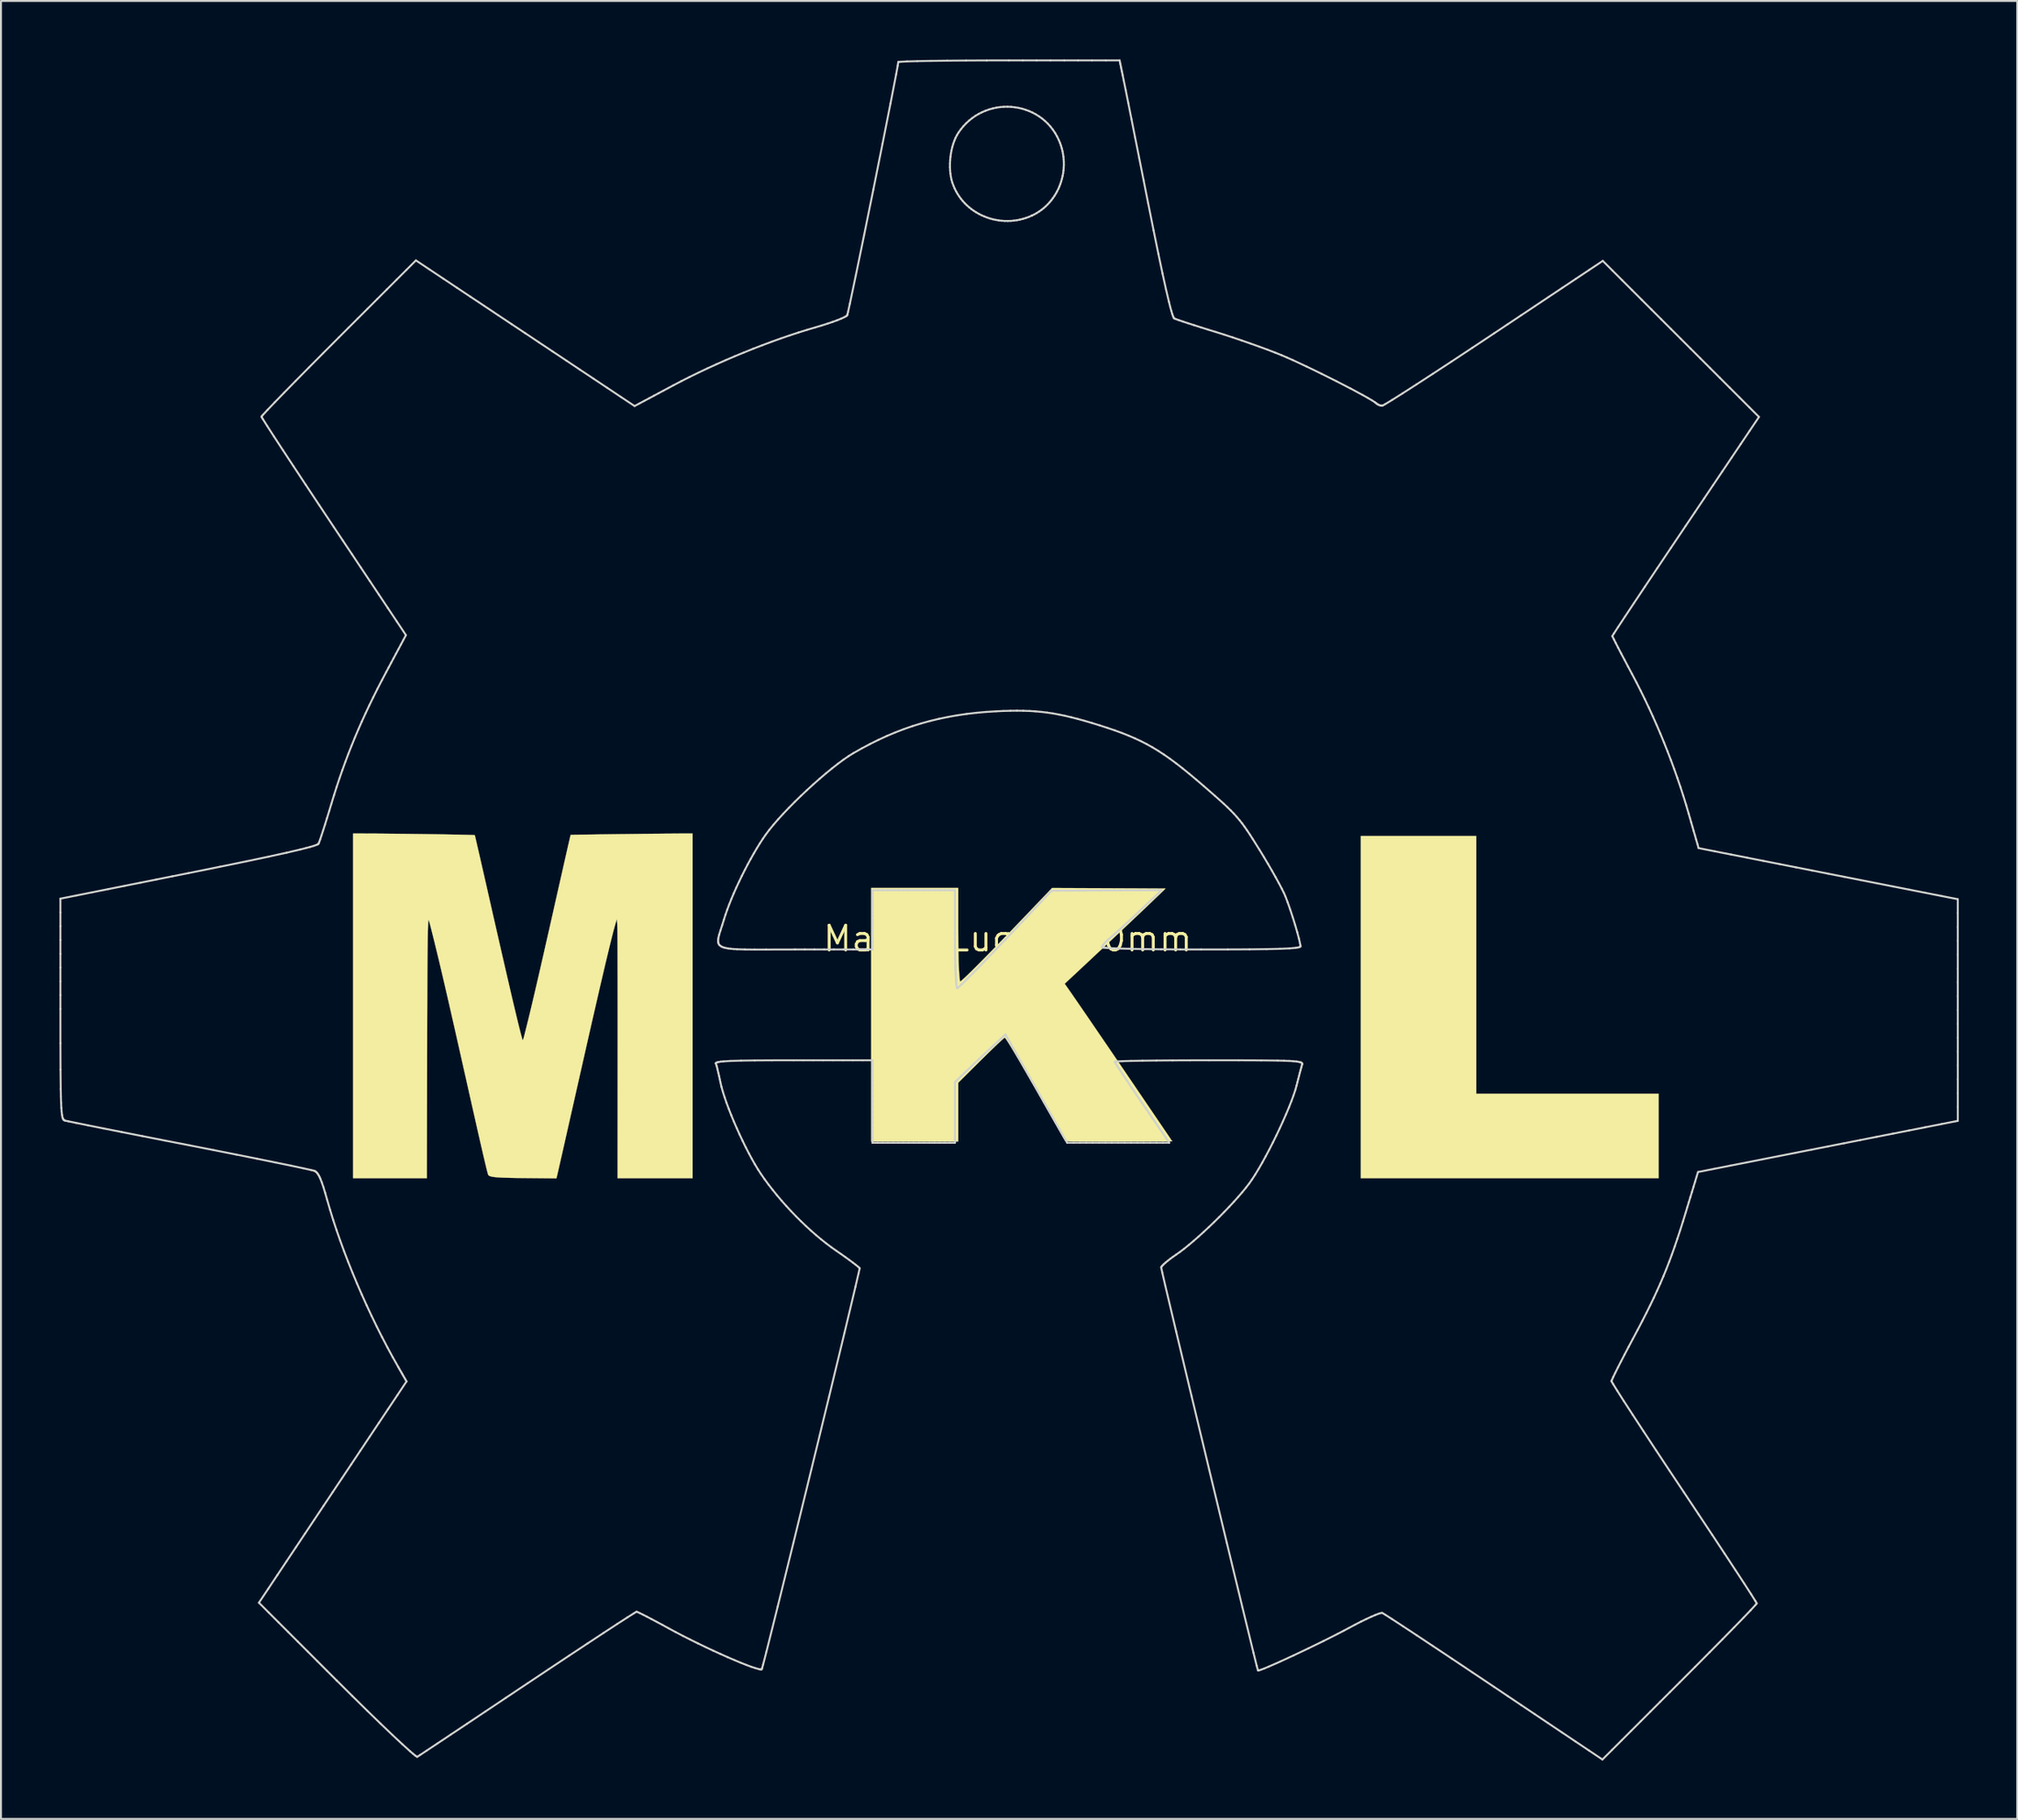
<source format=kicad_pcb>
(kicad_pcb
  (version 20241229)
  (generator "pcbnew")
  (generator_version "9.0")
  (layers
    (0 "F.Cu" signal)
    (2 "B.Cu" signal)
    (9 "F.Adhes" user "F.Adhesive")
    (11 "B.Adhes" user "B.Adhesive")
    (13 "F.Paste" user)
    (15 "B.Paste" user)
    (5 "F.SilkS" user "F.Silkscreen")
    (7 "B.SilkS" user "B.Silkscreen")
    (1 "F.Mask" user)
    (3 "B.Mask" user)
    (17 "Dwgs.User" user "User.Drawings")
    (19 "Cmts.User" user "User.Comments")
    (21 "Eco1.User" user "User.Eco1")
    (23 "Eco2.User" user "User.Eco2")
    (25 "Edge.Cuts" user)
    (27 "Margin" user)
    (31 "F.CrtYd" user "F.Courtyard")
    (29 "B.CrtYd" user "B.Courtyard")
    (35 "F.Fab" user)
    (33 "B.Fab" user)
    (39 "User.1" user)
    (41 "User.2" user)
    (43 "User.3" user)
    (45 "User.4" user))
  (footprint "Maker_Lugo_100mm"
    (layer "F.Cu")
    (at 48.662 45.137)
    (property "Reference" "Maker_Lugo_100mm" (at 0 0 0) (layer "F.SilkS") (effects (font (size 1.27 1.27) (thickness 0.15))))
    (attr through_hole)
    (fp_poly (pts (xy 24.045 7.959) (xy 33.401 7.959) (xy 33.401 12.298) (xy 18.119 12.298) (xy 18.119 -5.271) (xy 24.045 -5.271) (xy 24.045 7.959)) (stroke (width 0.01) (type solid)) (fill yes) (layer "F.SilkS"))
    (fp_poly (pts (xy -2.54 -0.926) (xy -2.54 -0.648) (xy -2.539 -0.371) (xy -2.537 -0.099) (xy -2.536 0.162) (xy -2.534 0.409) (xy -2.531 0.637) (xy -2.528 0.84) (xy -2.525 1.015) (xy -2.522 1.156) (xy -2.519 1.259) (xy -2.51 1.439) (xy -2.501 1.611) (xy -2.491 1.771) (xy -2.48 1.913) (xy -2.469 2.032) (xy -2.459 2.122) (xy -2.45 2.18) (xy -2.444 2.199) (xy -2.422 2.191) (xy -2.373 2.153) (xy -2.297 2.086) (xy -2.195 1.992) (xy -2.069 1.872) (xy -1.919 1.726) (xy -1.747 1.556) (xy -1.554 1.363) (xy -1.34 1.148) (xy -1.107 0.912) (xy -0.857 0.657) (xy -0.589 0.383) (xy -0.306 0.091) (xy -0.008 -0.216) (xy 0.303 -0.54) (xy 0.627 -0.877) (xy 0.857 -1.118) (xy 2.275 -2.601) (xy 5.186 -2.589) (xy 5.533 -2.587) (xy 5.869 -2.586) (xy 6.19 -2.584) (xy 6.495 -2.583) (xy 6.781 -2.582) (xy 7.045 -2.58) (xy 7.285 -2.579) (xy 7.5 -2.578) (xy 7.685 -2.577) (xy 7.839 -2.576) (xy 7.96 -2.575) (xy 8.044 -2.575) (xy 8.091 -2.574) (xy 8.099 -2.574) (xy 8.09 -2.565) (xy 8.063 -2.537) (xy 8.014 -2.49) (xy 7.944 -2.422) (xy 7.851 -2.332) (xy 7.733 -2.219) (xy 7.589 -2.081) (xy 7.419 -1.918) (xy 7.221 -1.729) (xy 6.993 -1.511) (xy 6.984 -1.503) (xy 6.84 -1.365) (xy 6.668 -1.202) (xy 6.47 -1.015) (xy 6.251 -0.808) (xy 6.013 -0.583) (xy 5.759 -0.344) (xy 5.492 -0.092) (xy 5.215 0.168) (xy 4.932 0.434) (xy 4.644 0.704) (xy 4.355 0.975) (xy 4.069 1.243) (xy 3.816 1.48) (xy 2.923 2.314) (xy 3.015 2.443) (xy 3.111 2.58) (xy 3.231 2.752) (xy 3.373 2.957) (xy 3.538 3.197) (xy 3.725 3.469) (xy 3.934 3.773) (xy 4.164 4.109) (xy 4.415 4.477) (xy 4.687 4.875) (xy 4.979 5.303) (xy 5.291 5.76) (xy 5.622 6.247) (xy 5.972 6.762) (xy 6.341 7.305) (xy 6.728 7.875) (xy 6.95 8.202) (xy 8.444 10.403) (xy 5.71 10.409) (xy 5.298 10.41) (xy 4.928 10.41) (xy 4.595 10.41) (xy 4.3 10.41) (xy 4.04 10.41) (xy 3.812 10.409) (xy 3.616 10.408) (xy 3.45 10.407) (xy 3.311 10.405) (xy 3.197 10.404) (xy 3.108 10.401) (xy 3.04 10.398) (xy 2.993 10.395) (xy 2.964 10.392) (xy 2.952 10.388) (xy 2.952 10.388) (xy 2.938 10.365) (xy 2.904 10.309) (xy 2.854 10.222) (xy 2.787 10.106) (xy 2.706 9.965) (xy 2.612 9.801) (xy 2.507 9.618) (xy 2.393 9.418) (xy 2.271 9.203) (xy 2.143 8.977) (xy 2.105 8.911) (xy 1.843 8.449) (xy 1.595 8.013) (xy 1.361 7.605) (xy 1.142 7.224) (xy 0.939 6.871) (xy 0.751 6.548) (xy 0.58 6.254) (xy 0.425 5.992) (xy 0.288 5.761) (xy 0.169 5.562) (xy 0.067 5.397) (xy -0.016 5.265) (xy -0.08 5.168) (xy -0.124 5.107) (xy -0.148 5.081) (xy -0.151 5.08) (xy -0.175 5.095) (xy -0.228 5.138) (xy -0.307 5.208) (xy -0.411 5.304) (xy -0.539 5.424) (xy -0.688 5.567) (xy -0.858 5.731) (xy -1.046 5.914) (xy -1.252 6.116) (xy -1.472 6.334) (xy -1.614 6.475) (xy -2.54 7.395) (xy -2.54 10.414) (xy -7.006 10.414) (xy -7.006 -2.603) (xy -2.54 -2.603) (xy -2.54 -0.926)) (stroke (width 0.01) (type solid)) (fill yes) (layer "F.SilkS"))
    (fp_poly (pts (xy -16.171 12.298) (xy -20.02 12.298) (xy -20.017 5.9) (xy -20.017 5.205) (xy -20.017 4.547) (xy -20.017 3.925) (xy -20.017 3.34) (xy -20.018 2.792) (xy -20.018 2.282) (xy -20.019 1.81) (xy -20.02 1.377) (xy -20.021 0.982) (xy -20.022 0.627) (xy -20.023 0.311) (xy -20.025 0.035) (xy -20.026 -0.2) (xy -20.028 -0.395) (xy -20.03 -0.549) (xy -20.032 -0.661) (xy -20.034 -0.732) (xy -20.036 -0.751) (xy -20.057 -1.005) (xy -20.104 -0.856) (xy -20.138 -0.741) (xy -20.178 -0.597) (xy -20.225 -0.424) (xy -20.277 -0.222) (xy -20.336 0.011) (xy -20.402 0.276) (xy -20.474 0.572) (xy -20.553 0.901) (xy -20.64 1.264) (xy -20.733 1.661) (xy -20.834 2.093) (xy -20.943 2.56) (xy -21.059 3.064) (xy -21.183 3.605) (xy -21.316 4.183) (xy -21.457 4.8) (xy -21.606 5.457) (xy -21.763 6.153) (xy -21.92 6.847) (xy -22.048 7.414) (xy -22.167 7.94) (xy -22.277 8.428) (xy -22.379 8.879) (xy -22.473 9.294) (xy -22.559 9.674) (xy -22.637 10.022) (xy -22.709 10.338) (xy -22.773 10.624) (xy -22.831 10.881) (xy -22.883 11.11) (xy -22.93 11.314) (xy -22.97 11.492) (xy -23.006 11.648) (xy -23.036 11.782) (xy -23.062 11.895) (xy -23.083 11.989) (xy -23.101 12.065) (xy -23.115 12.125) (xy -23.125 12.17) (xy -23.133 12.201) (xy -23.138 12.22) (xy -23.138 12.221) (xy -23.16 12.304) (xy -24.56 12.291) (xy -24.903 12.288) (xy -25.205 12.284) (xy -25.471 12.279) (xy -25.701 12.273) (xy -25.9 12.267) (xy -26.069 12.259) (xy -26.21 12.249) (xy -26.328 12.238) (xy -26.423 12.225) (xy -26.499 12.21) (xy -26.558 12.193) (xy -26.603 12.173) (xy -26.636 12.151) (xy -26.653 12.134) (xy -26.66 12.121) (xy -26.67 12.091) (xy -26.684 12.044) (xy -26.702 11.979) (xy -26.724 11.895) (xy -26.75 11.789) (xy -26.781 11.662) (xy -26.817 11.511) (xy -26.858 11.336) (xy -26.905 11.135) (xy -26.958 10.908) (xy -27.017 10.652) (xy -27.082 10.367) (xy -27.154 10.051) (xy -27.233 9.703) (xy -27.319 9.323) (xy -27.413 8.908) (xy -27.514 8.458) (xy -27.624 7.97) (xy -27.742 7.445) (xy -27.869 6.881) (xy -27.972 6.424) (xy -28.117 5.778) (xy -28.254 5.171) (xy -28.382 4.602) (xy -28.504 4.068) (xy -28.618 3.567) (xy -28.725 3.097) (xy -28.827 2.657) (xy -28.922 2.244) (xy -29.013 1.856) (xy -29.099 1.491) (xy -29.18 1.147) (xy -29.258 0.823) (xy -29.333 0.515) (xy -29.404 0.223) (xy -29.465 -0.022) (xy -29.521 -0.246) (xy -29.568 -0.432) (xy -29.606 -0.583) (xy -29.637 -0.703) (xy -29.662 -0.794) (xy -29.681 -0.861) (xy -29.695 -0.906) (xy -29.706 -0.932) (xy -29.714 -0.943) (xy -29.72 -0.942) (xy -29.726 -0.932) (xy -29.726 -0.931) (xy -29.732 -0.903) (xy -29.737 -0.85) (xy -29.742 -0.77) (xy -29.747 -0.664) (xy -29.751 -0.529) (xy -29.756 -0.365) (xy -29.76 -0.172) (xy -29.764 0.051) (xy -29.767 0.306) (xy -29.771 0.593) (xy -29.774 0.913) (xy -29.777 1.266) (xy -29.78 1.654) (xy -29.782 2.077) (xy -29.785 2.536) (xy -29.787 3.033) (xy -29.789 3.567) (xy -29.791 4.14) (xy -29.793 4.752) (xy -29.794 5.404) (xy -29.796 6.098) (xy -29.796 6.493) (xy -29.807 12.298) (xy -33.592 12.298) (xy -33.592 -5.397) (xy -33.036 -5.397) (xy -32.831 -5.396) (xy -32.603 -5.395) (xy -32.354 -5.394) (xy -32.087 -5.392) (xy -31.805 -5.389) (xy -31.51 -5.386) (xy -31.206 -5.383) (xy -30.895 -5.38) (xy -30.581 -5.376) (xy -30.265 -5.372) (xy -29.952 -5.368) (xy -29.643 -5.363) (xy -29.342 -5.359) (xy -29.051 -5.354) (xy -28.774 -5.35) (xy -28.513 -5.345) (xy -28.271 -5.341) (xy -28.05 -5.336) (xy -27.855 -5.332) (xy -27.687 -5.328) (xy -27.55 -5.324) (xy -27.446 -5.321) (xy -27.378 -5.317) (xy -27.349 -5.315) (xy -27.348 -5.314) (xy -27.342 -5.291) (xy -27.327 -5.229) (xy -27.303 -5.131) (xy -27.273 -4.999) (xy -27.235 -4.836) (xy -27.191 -4.645) (xy -27.141 -4.427) (xy -27.085 -4.186) (xy -27.026 -3.924) (xy -26.962 -3.644) (xy -26.894 -3.348) (xy -26.824 -3.038) (xy -26.767 -2.789) (xy -26.598 -2.042) (xy -26.438 -1.335) (xy -26.286 -0.669) (xy -26.143 -0.042) (xy -26.008 0.547) (xy -25.882 1.097) (xy -25.764 1.61) (xy -25.654 2.086) (xy -25.552 2.526) (xy -25.458 2.931) (xy -25.371 3.301) (xy -25.291 3.637) (xy -25.219 3.94) (xy -25.154 4.209) (xy -25.096 4.447) (xy -25.044 4.653) (xy -25 4.828) (xy -24.961 4.973) (xy -24.929 5.089) (xy -24.922 5.114) (xy -24.912 5.152) (xy -24.902 5.181) (xy -24.894 5.199) (xy -24.884 5.202) (xy -24.873 5.188) (xy -24.859 5.152) (xy -24.84 5.092) (xy -24.816 5.005) (xy -24.786 4.887) (xy -24.748 4.736) (xy -24.701 4.548) (xy -24.681 4.467) (xy -24.64 4.302) (xy -24.598 4.134) (xy -24.556 3.961) (xy -24.512 3.78) (xy -24.466 3.59) (xy -24.418 3.389) (xy -24.368 3.176) (xy -24.314 2.949) (xy -24.258 2.707) (xy -24.197 2.446) (xy -24.133 2.166) (xy -24.063 1.866) (xy -23.989 1.543) (xy -23.91 1.195) (xy -23.824 0.821) (xy -23.733 0.419) (xy -23.635 -0.012) (xy -23.53 -0.475) (xy -23.418 -0.97) (xy -23.298 -1.501) (xy -23.171 -2.068) (xy -23.034 -2.673) (xy -22.914 -3.204) (xy -22.848 -3.496) (xy -22.785 -3.777) (xy -22.725 -4.042) (xy -22.668 -4.291) (xy -22.616 -4.519) (xy -22.57 -4.725) (xy -22.528 -4.905) (xy -22.493 -5.057) (xy -22.465 -5.177) (xy -22.445 -5.265) (xy -22.432 -5.315) (xy -22.429 -5.328) (xy -22.407 -5.329) (xy -22.346 -5.331) (xy -22.248 -5.333) (xy -22.117 -5.335) (xy -21.956 -5.338) (xy -21.766 -5.341) (xy -21.553 -5.344) (xy -21.317 -5.347) (xy -21.063 -5.351) (xy -20.793 -5.354) (xy -20.511 -5.358) (xy -20.218 -5.362) (xy -19.919 -5.366) (xy -19.616 -5.369) (xy -19.311 -5.373) (xy -19.009 -5.376) (xy -18.712 -5.38) (xy -18.422 -5.383) (xy -18.144 -5.386) (xy -17.879 -5.388) (xy -17.631 -5.391) (xy -17.402 -5.393) (xy -17.197 -5.394) (xy -17.017 -5.396) (xy -16.865 -5.397) (xy -16.745 -5.397) (xy -16.738 -5.397) (xy -16.171 -5.397) (xy -16.171 12.298)) (stroke (width 0.01) (type solid)) (fill yes) (layer "F.SilkS"))
    (fp_line (start -48.612 -2.054) (end -47.791 -2.218) (stroke (width 0.1) (type solid)) (layer "Edge.Cuts"))
    (fp_line (start -48.612 -1.346) (end -48.612 -2.054) (stroke (width 0.1) (type solid)) (layer "Edge.Cuts"))
    (fp_line (start -48.612 -0.639) (end -48.612 -1.346) (stroke (width 0.1) (type solid)) (layer "Edge.Cuts"))
    (fp_line (start -48.612 0.069) (end -48.612 -0.639) (stroke (width 0.1) (type solid)) (layer "Edge.Cuts"))
    (fp_line (start -48.612 0.777) (end -48.612 0.069) (stroke (width 0.1) (type solid)) (layer "Edge.Cuts"))
    (fp_line (start -48.612 1.484) (end -48.612 0.777) (stroke (width 0.1) (type solid)) (layer "Edge.Cuts"))
    (fp_line (start -48.612 2.192) (end -48.612 1.484) (stroke (width 0.1) (type solid)) (layer "Edge.Cuts"))
    (fp_line (start -48.612 2.899) (end -48.612 2.192) (stroke (width 0.1) (type solid)) (layer "Edge.Cuts"))
    (fp_line (start -48.612 3.607) (end -48.612 2.899) (stroke (width 0.1) (type solid)) (layer "Edge.Cuts"))
    (fp_line (start -48.611 5.365) (end -48.612 3.607) (stroke (width 0.1) (type solid)) (layer "Edge.Cuts"))
    (fp_line (start -48.606 6.719) (end -48.611 5.365) (stroke (width 0.1) (type solid)) (layer "Edge.Cuts"))
    (fp_line (start -48.595 7.721) (end -48.606 6.719) (stroke (width 0.1) (type solid)) (layer "Edge.Cuts"))
    (fp_line (start -48.587 8.107) (end -48.595 7.721) (stroke (width 0.1) (type solid)) (layer "Edge.Cuts"))
    (fp_line (start -48.577 8.426) (end -48.587 8.107) (stroke (width 0.1) (type solid)) (layer "Edge.Cuts"))
    (fp_line (start -48.564 8.683) (end -48.577 8.426) (stroke (width 0.1) (type solid)) (layer "Edge.Cuts"))
    (fp_line (start -48.548 8.886) (end -48.564 8.683) (stroke (width 0.1) (type solid)) (layer "Edge.Cuts"))
    (fp_line (start -48.53 9.042) (end -48.548 8.886) (stroke (width 0.1) (type solid)) (layer "Edge.Cuts"))
    (fp_line (start -48.508 9.156) (end -48.53 9.042) (stroke (width 0.1) (type solid)) (layer "Edge.Cuts"))
    (fp_line (start -48.482 9.236) (end -48.508 9.156) (stroke (width 0.1) (type solid)) (layer "Edge.Cuts"))
    (fp_line (start -48.468 9.265) (end -48.482 9.236) (stroke (width 0.1) (type solid)) (layer "Edge.Cuts"))
    (fp_line (start -48.452 9.288) (end -48.468 9.265) (stroke (width 0.1) (type solid)) (layer "Edge.Cuts"))
    (fp_line (start -48.436 9.306) (end -48.452 9.288) (stroke (width 0.1) (type solid)) (layer "Edge.Cuts"))
    (fp_line (start -48.418 9.32) (end -48.436 9.306) (stroke (width 0.1) (type solid)) (layer "Edge.Cuts"))
    (fp_line (start -48.38 9.337) (end -48.418 9.32) (stroke (width 0.1) (type solid)) (layer "Edge.Cuts"))
    (fp_line (start -48.208 9.375) (end -48.38 9.337) (stroke (width 0.1) (type solid)) (layer "Edge.Cuts"))
    (fp_line (start -47.805 9.458) (end -48.208 9.375) (stroke (width 0.1) (type solid)) (layer "Edge.Cuts"))
    (fp_line (start -47.791 -2.218) (end -46.97 -2.382) (stroke (width 0.1) (type solid)) (layer "Edge.Cuts"))
    (fp_line (start -47.197 9.581) (end -47.805 9.458) (stroke (width 0.1) (type solid)) (layer "Edge.Cuts"))
    (fp_line (start -46.97 -2.382) (end -46.148 -2.546) (stroke (width 0.1) (type solid)) (layer "Edge.Cuts"))
    (fp_line (start -46.41 9.739) (end -47.197 9.581) (stroke (width 0.1) (type solid)) (layer "Edge.Cuts"))
    (fp_line (start -46.148 -2.546) (end -45.327 -2.71) (stroke (width 0.1) (type solid)) (layer "Edge.Cuts"))
    (fp_line (start -45.47 9.925) (end -46.41 9.739) (stroke (width 0.1) (type solid)) (layer "Edge.Cuts"))
    (fp_line (start -45.327 -2.71) (end -44.506 -2.874) (stroke (width 0.1) (type solid)) (layer "Edge.Cuts"))
    (fp_line (start -44.506 -2.874) (end -43.685 -3.038) (stroke (width 0.1) (type solid)) (layer "Edge.Cuts"))
    (fp_line (start -44.404 10.136) (end -45.47 9.925) (stroke (width 0.1) (type solid)) (layer "Edge.Cuts"))
    (fp_line (start -43.685 -3.038) (end -42.864 -3.202) (stroke (width 0.1) (type solid)) (layer "Edge.Cuts"))
    (fp_line (start -43.238 10.365) (end -44.404 10.136) (stroke (width 0.1) (type solid)) (layer "Edge.Cuts"))
    (fp_line (start -42.864 -3.202) (end -42.042 -3.366) (stroke (width 0.1) (type solid)) (layer "Edge.Cuts"))
    (fp_line (start -42.042 -3.366) (end -40.436 -3.69) (stroke (width 0.1) (type solid)) (layer "Edge.Cuts"))
    (fp_line (start -41.997 10.607) (end -43.238 10.365) (stroke (width 0.1) (type solid)) (layer "Edge.Cuts"))
    (fp_line (start -40.756 10.851) (end -41.997 10.607) (stroke (width 0.1) (type solid)) (layer "Edge.Cuts"))
    (fp_line (start -40.436 -3.69) (end -39.067 -3.971) (stroke (width 0.1) (type solid)) (layer "Edge.Cuts"))
    (fp_line (start -39.587 11.083) (end -40.756 10.851) (stroke (width 0.1) (type solid)) (layer "Edge.Cuts"))
    (fp_line (start -39.067 -3.971) (end -37.926 -4.212) (stroke (width 0.1) (type solid)) (layer "Edge.Cuts"))
    (fp_line (start -38.518 11.297) (end -39.587 11.083) (stroke (width 0.1) (type solid)) (layer "Edge.Cuts"))
    (fp_line (start -38.425 34.088) (end -37.951 33.378) (stroke (width 0.1) (type solid)) (layer "Edge.Cuts"))
    (fp_line (start -38.293 -26.797) (end -38.273 -26.828) (stroke (width 0.1) (type solid)) (layer "Edge.Cuts"))
    (fp_line (start -38.274 -26.758) (end -38.293 -26.797) (stroke (width 0.1) (type solid)) (layer "Edge.Cuts"))
    (fp_line (start -38.273 -26.828) (end -38.212 -26.898) (stroke (width 0.1) (type solid)) (layer "Edge.Cuts"))
    (fp_line (start -38.217 -26.664) (end -38.274 -26.758) (stroke (width 0.1) (type solid)) (layer "Edge.Cuts"))
    (fp_line (start -38.212 -26.898) (end -37.98 -27.149) (stroke (width 0.1) (type solid)) (layer "Edge.Cuts"))
    (fp_line (start -38.001 -26.32) (end -38.217 -26.664) (stroke (width 0.1) (type solid)) (layer "Edge.Cuts"))
    (fp_line (start -37.98 -27.149) (end -37.614 -27.533) (stroke (width 0.1) (type solid)) (layer "Edge.Cuts"))
    (fp_line (start -37.951 33.378) (end -37.478 32.668) (stroke (width 0.1) (type solid)) (layer "Edge.Cuts"))
    (fp_line (start -37.926 -4.212) (end -37.006 -4.414) (stroke (width 0.1) (type solid)) (layer "Edge.Cuts"))
    (fp_line (start -37.926 34.588) (end -38.425 34.088) (stroke (width 0.1) (type solid)) (layer "Edge.Cuts"))
    (fp_line (start -37.658 -25.788) (end -38.001 -26.32) (stroke (width 0.1) (type solid)) (layer "Edge.Cuts"))
    (fp_line (start -37.614 -27.533) (end -37.129 -28.032) (stroke (width 0.1) (type solid)) (layer "Edge.Cuts"))
    (fp_line (start -37.573 11.489) (end -38.518 11.297) (stroke (width 0.1) (type solid)) (layer "Edge.Cuts"))
    (fp_line (start -37.478 32.668) (end -37.005 31.958) (stroke (width 0.1) (type solid)) (layer "Edge.Cuts"))
    (fp_line (start -37.427 35.087) (end -37.926 34.588) (stroke (width 0.1) (type solid)) (layer "Edge.Cuts"))
    (fp_line (start -37.204 -25.093) (end -37.658 -25.788) (stroke (width 0.1) (type solid)) (layer "Edge.Cuts"))
    (fp_line (start -37.129 -28.032) (end -36.542 -28.631) (stroke (width 0.1) (type solid)) (layer "Edge.Cuts"))
    (fp_line (start -37.006 -4.414) (end -36.298 -4.58) (stroke (width 0.1) (type solid)) (layer "Edge.Cuts"))
    (fp_line (start -37.005 31.958) (end -36.531 31.248) (stroke (width 0.1) (type solid)) (layer "Edge.Cuts"))
    (fp_line (start -36.927 35.587) (end -37.427 35.087) (stroke (width 0.1) (type solid)) (layer "Edge.Cuts"))
    (fp_line (start -36.78 11.652) (end -37.573 11.489) (stroke (width 0.1) (type solid)) (layer "Edge.Cuts"))
    (fp_line (start -36.655 -24.258) (end -37.204 -25.093) (stroke (width 0.1) (type solid)) (layer "Edge.Cuts"))
    (fp_line (start -36.542 -28.631) (end -35.869 -29.313) (stroke (width 0.1) (type solid)) (layer "Edge.Cuts"))
    (fp_line (start -36.531 31.248) (end -36.058 30.538) (stroke (width 0.1) (type solid)) (layer "Edge.Cuts"))
    (fp_line (start -36.428 36.086) (end -36.927 35.587) (stroke (width 0.1) (type solid)) (layer "Edge.Cuts"))
    (fp_line (start -36.298 -4.58) (end -36.021 -4.649) (stroke (width 0.1) (type solid)) (layer "Edge.Cuts"))
    (fp_line (start -36.165 11.783) (end -36.78 11.652) (stroke (width 0.1) (type solid)) (layer "Edge.Cuts"))
    (fp_line (start -36.058 30.538) (end -35.584 29.828) (stroke (width 0.1) (type solid)) (layer "Edge.Cuts"))
    (fp_line (start -36.026 -23.305) (end -36.655 -24.258) (stroke (width 0.1) (type solid)) (layer "Edge.Cuts"))
    (fp_line (start -36.021 -4.649) (end -35.794 -4.71) (stroke (width 0.1) (type solid)) (layer "Edge.Cuts"))
    (fp_line (start -35.929 36.585) (end -36.428 36.086) (stroke (width 0.1) (type solid)) (layer "Edge.Cuts"))
    (fp_line (start -35.869 -29.313) (end -35.127 -30.061) (stroke (width 0.1) (type solid)) (layer "Edge.Cuts"))
    (fp_line (start -35.794 -4.71) (end -35.616 -4.763) (stroke (width 0.1) (type solid)) (layer "Edge.Cuts"))
    (fp_line (start -35.755 11.874) (end -36.165 11.783) (stroke (width 0.1) (type solid)) (layer "Edge.Cuts"))
    (fp_line (start -35.634 11.903) (end -35.755 11.874) (stroke (width 0.1) (type solid)) (layer "Edge.Cuts"))
    (fp_line (start -35.616 -4.763) (end -35.487 -4.808) (stroke (width 0.1) (type solid)) (layer "Edge.Cuts"))
    (fp_line (start -35.584 29.828) (end -35.111 29.118) (stroke (width 0.1) (type solid)) (layer "Edge.Cuts"))
    (fp_line (start -35.575 11.921) (end -35.634 11.903) (stroke (width 0.1) (type solid)) (layer "Edge.Cuts"))
    (fp_line (start -35.537 11.94) (end -35.575 11.921) (stroke (width 0.1) (type solid)) (layer "Edge.Cuts"))
    (fp_line (start -35.5 11.966) (end -35.537 11.94) (stroke (width 0.1) (type solid)) (layer "Edge.Cuts"))
    (fp_line (start -35.487 -4.808) (end -35.404 -4.845) (stroke (width 0.1) (type solid)) (layer "Edge.Cuts"))
    (fp_line (start -35.463 12) (end -35.5 11.966) (stroke (width 0.1) (type solid)) (layer "Edge.Cuts"))
    (fp_line (start -35.43 37.085) (end -35.929 36.585) (stroke (width 0.1) (type solid)) (layer "Edge.Cuts"))
    (fp_line (start -35.427 12.042) (end -35.463 12) (stroke (width 0.1) (type solid)) (layer "Edge.Cuts"))
    (fp_line (start -35.404 -4.845) (end -35.38 -4.86) (stroke (width 0.1) (type solid)) (layer "Edge.Cuts"))
    (fp_line (start -35.391 12.092) (end -35.427 12.042) (stroke (width 0.1) (type solid)) (layer "Edge.Cuts"))
    (fp_line (start -35.38 -4.86) (end -35.368 -4.874) (stroke (width 0.1) (type solid)) (layer "Edge.Cuts"))
    (fp_line (start -35.368 -4.874) (end -35.335 -4.951) (stroke (width 0.1) (type solid)) (layer "Edge.Cuts"))
    (fp_line (start -35.355 12.153) (end -35.391 12.092) (stroke (width 0.1) (type solid)) (layer "Edge.Cuts"))
    (fp_line (start -35.335 -4.951) (end -35.283 -5.096) (stroke (width 0.1) (type solid)) (layer "Edge.Cuts"))
    (fp_line (start -35.331 -22.257) (end -36.026 -23.305) (stroke (width 0.1) (type solid)) (layer "Edge.Cuts"))
    (fp_line (start -35.318 12.223) (end -35.355 12.153) (stroke (width 0.1) (type solid)) (layer "Edge.Cuts"))
    (fp_line (start -35.283 -5.096) (end -35.214 -5.3) (stroke (width 0.1) (type solid)) (layer "Edge.Cuts"))
    (fp_line (start -35.281 12.303) (end -35.318 12.223) (stroke (width 0.1) (type solid)) (layer "Edge.Cuts"))
    (fp_line (start -35.214 -5.3) (end -35.13 -5.556) (stroke (width 0.1) (type solid)) (layer "Edge.Cuts"))
    (fp_line (start -35.203 12.499) (end -35.281 12.303) (stroke (width 0.1) (type solid)) (layer "Edge.Cuts"))
    (fp_line (start -35.13 -5.556) (end -35.035 -5.854) (stroke (width 0.1) (type solid)) (layer "Edge.Cuts"))
    (fp_line (start -35.127 -30.061) (end -34.331 -30.859) (stroke (width 0.1) (type solid)) (layer "Edge.Cuts"))
    (fp_line (start -35.119 12.744) (end -35.203 12.499) (stroke (width 0.1) (type solid)) (layer "Edge.Cuts"))
    (fp_line (start -35.111 29.118) (end -34.637 28.408) (stroke (width 0.1) (type solid)) (layer "Edge.Cuts"))
    (fp_line (start -35.035 -5.854) (end -34.932 -6.186) (stroke (width 0.1) (type solid)) (layer "Edge.Cuts"))
    (fp_line (start -35.027 13.044) (end -35.119 12.744) (stroke (width 0.1) (type solid)) (layer "Edge.Cuts"))
    (fp_line (start -34.932 -6.186) (end -34.822 -6.545) (stroke (width 0.1) (type solid)) (layer "Edge.Cuts"))
    (fp_line (start -34.931 37.584) (end -35.43 37.085) (stroke (width 0.1) (type solid)) (layer "Edge.Cuts"))
    (fp_line (start -34.924 13.404) (end -35.027 13.044) (stroke (width 0.1) (type solid)) (layer "Edge.Cuts"))
    (fp_line (start -34.822 -6.545) (end -34.708 -6.921) (stroke (width 0.1) (type solid)) (layer "Edge.Cuts"))
    (fp_line (start -34.778 13.909) (end -34.924 13.404) (stroke (width 0.1) (type solid)) (layer "Edge.Cuts"))
    (fp_line (start -34.708 -6.921) (end -34.573 -7.363) (stroke (width 0.1) (type solid)) (layer "Edge.Cuts"))
    (fp_line (start -34.637 28.408) (end -34.164 27.698) (stroke (width 0.1) (type solid)) (layer "Edge.Cuts"))
    (fp_line (start -34.618 14.428) (end -34.778 13.909) (stroke (width 0.1) (type solid)) (layer "Edge.Cuts"))
    (fp_line (start -34.587 -21.139) (end -35.331 -22.257) (stroke (width 0.1) (type solid)) (layer "Edge.Cuts"))
    (fp_line (start -34.573 -7.363) (end -34.434 -7.798) (stroke (width 0.1) (type solid)) (layer "Edge.Cuts"))
    (fp_line (start -34.443 14.958) (end -34.618 14.428) (stroke (width 0.1) (type solid)) (layer "Edge.Cuts"))
    (fp_line (start -34.434 -7.798) (end -34.292 -8.228) (stroke (width 0.1) (type solid)) (layer "Edge.Cuts"))
    (fp_line (start -34.432 38.083) (end -34.931 37.584) (stroke (width 0.1) (type solid)) (layer "Edge.Cuts"))
    (fp_line (start -34.431 38.083) (end -34.432 38.083) (stroke (width 0.1) (type solid)) (layer "Edge.Cuts"))
    (fp_line (start -34.431 38.083) (end -34.431 38.083) (stroke (width 0.1) (type solid)) (layer "Edge.Cuts"))
    (fp_line (start -34.331 -30.859) (end -33.836 -31.354) (stroke (width 0.1) (type solid)) (layer "Edge.Cuts"))
    (fp_line (start -34.292 -8.228) (end -34.144 -8.652) (stroke (width 0.1) (type solid)) (layer "Edge.Cuts"))
    (fp_line (start -34.255 15.498) (end -34.443 14.958) (stroke (width 0.1) (type solid)) (layer "Edge.Cuts"))
    (fp_line (start -34.164 27.698) (end -33.69 26.988) (stroke (width 0.1) (type solid)) (layer "Edge.Cuts"))
    (fp_line (start -34.144 -8.652) (end -33.992 -9.072) (stroke (width 0.1) (type solid)) (layer "Edge.Cuts"))
    (fp_line (start -34.124 -20.444) (end -34.587 -21.139) (stroke (width 0.1) (type solid)) (layer "Edge.Cuts"))
    (fp_line (start -34.055 16.045) (end -34.255 15.498) (stroke (width 0.1) (type solid)) (layer "Edge.Cuts"))
    (fp_line (start -33.992 -9.072) (end -33.835 -9.489) (stroke (width 0.1) (type solid)) (layer "Edge.Cuts"))
    (fp_line (start -33.843 16.597) (end -34.055 16.045) (stroke (width 0.1) (type solid)) (layer "Edge.Cuts"))
    (fp_line (start -33.836 -31.354) (end -33.341 -31.849) (stroke (width 0.1) (type solid)) (layer "Edge.Cuts"))
    (fp_line (start -33.835 -9.489) (end -33.672 -9.904) (stroke (width 0.1) (type solid)) (layer "Edge.Cuts"))
    (fp_line (start -33.69 26.988) (end -33.217 26.278) (stroke (width 0.1) (type solid)) (layer "Edge.Cuts"))
    (fp_line (start -33.672 -9.904) (end -33.503 -10.318) (stroke (width 0.1) (type solid)) (layer "Edge.Cuts"))
    (fp_line (start -33.66 -19.75) (end -34.124 -20.444) (stroke (width 0.1) (type solid)) (layer "Edge.Cuts"))
    (fp_line (start -33.626 38.884) (end -34.431 38.083) (stroke (width 0.1) (type solid)) (layer "Edge.Cuts"))
    (fp_line (start -33.621 17.153) (end -33.843 16.597) (stroke (width 0.1) (type solid)) (layer "Edge.Cuts"))
    (fp_line (start -33.503 -10.318) (end -33.328 -10.732) (stroke (width 0.1) (type solid)) (layer "Edge.Cuts"))
    (fp_line (start -33.388 17.71) (end -33.621 17.153) (stroke (width 0.1) (type solid)) (layer "Edge.Cuts"))
    (fp_line (start -33.341 -31.849) (end -32.845 -32.344) (stroke (width 0.1) (type solid)) (layer "Edge.Cuts"))
    (fp_line (start -33.328 -10.732) (end -33.146 -11.146) (stroke (width 0.1) (type solid)) (layer "Edge.Cuts"))
    (fp_line (start -33.217 26.278) (end -32.744 25.568) (stroke (width 0.1) (type solid)) (layer "Edge.Cuts"))
    (fp_line (start -33.197 -19.055) (end -33.66 -19.75) (stroke (width 0.1) (type solid)) (layer "Edge.Cuts"))
    (fp_line (start -33.147 18.267) (end -33.388 17.71) (stroke (width 0.1) (type solid)) (layer "Edge.Cuts"))
    (fp_line (start -33.146 -11.146) (end -32.956 -11.562) (stroke (width 0.1) (type solid)) (layer "Edge.Cuts"))
    (fp_line (start -32.956 -11.562) (end -32.759 -11.98) (stroke (width 0.1) (type solid)) (layer "Edge.Cuts"))
    (fp_line (start -32.897 18.822) (end -33.147 18.267) (stroke (width 0.1) (type solid)) (layer "Edge.Cuts"))
    (fp_line (start -32.87 39.628) (end -33.626 38.884) (stroke (width 0.1) (type solid)) (layer "Edge.Cuts"))
    (fp_line (start -32.845 -32.344) (end -32.35 -32.839) (stroke (width 0.1) (type solid)) (layer "Edge.Cuts"))
    (fp_line (start -32.759 -11.98) (end -32.554 -12.402) (stroke (width 0.1) (type solid)) (layer "Edge.Cuts"))
    (fp_line (start -32.744 25.568) (end -32.27 24.858) (stroke (width 0.1) (type solid)) (layer "Edge.Cuts"))
    (fp_line (start -32.734 -18.361) (end -33.197 -19.055) (stroke (width 0.1) (type solid)) (layer "Edge.Cuts"))
    (fp_line (start -32.64 19.372) (end -32.897 18.822) (stroke (width 0.1) (type solid)) (layer "Edge.Cuts"))
    (fp_line (start -32.554 -12.402) (end -32.341 -12.829) (stroke (width 0.1) (type solid)) (layer "Edge.Cuts"))
    (fp_line (start -32.377 19.916) (end -32.64 19.372) (stroke (width 0.1) (type solid)) (layer "Edge.Cuts"))
    (fp_line (start -32.35 -32.839) (end -31.855 -33.334) (stroke (width 0.1) (type solid)) (layer "Edge.Cuts"))
    (fp_line (start -32.341 -12.829) (end -32.119 -13.26) (stroke (width 0.1) (type solid)) (layer "Edge.Cuts"))
    (fp_line (start -32.27 -17.666) (end -32.734 -18.361) (stroke (width 0.1) (type solid)) (layer "Edge.Cuts"))
    (fp_line (start -32.27 24.858) (end -31.797 24.148) (stroke (width 0.1) (type solid)) (layer "Edge.Cuts"))
    (fp_line (start -32.179 40.299) (end -32.87 39.628) (stroke (width 0.1) (type solid)) (layer "Edge.Cuts"))
    (fp_line (start -32.119 -13.26) (end -31.887 -13.699) (stroke (width 0.1) (type solid)) (layer "Edge.Cuts"))
    (fp_line (start -32.107 20.452) (end -32.377 19.916) (stroke (width 0.1) (type solid)) (layer "Edge.Cuts"))
    (fp_line (start -31.887 -13.699) (end -31.761 -13.934) (stroke (width 0.1) (type solid)) (layer "Edge.Cuts"))
    (fp_line (start -31.855 -33.334) (end -31.36 -33.829) (stroke (width 0.1) (type solid)) (layer "Edge.Cuts"))
    (fp_line (start -31.833 20.978) (end -32.107 20.452) (stroke (width 0.1) (type solid)) (layer "Edge.Cuts"))
    (fp_line (start -31.807 -16.971) (end -32.27 -17.666) (stroke (width 0.1) (type solid)) (layer "Edge.Cuts"))
    (fp_line (start -31.797 24.148) (end -31.323 23.438) (stroke (width 0.1) (type solid)) (layer "Edge.Cuts"))
    (fp_line (start -31.761 -13.934) (end -31.636 -14.17) (stroke (width 0.1) (type solid)) (layer "Edge.Cuts"))
    (fp_line (start -31.636 -14.17) (end -31.51 -14.405) (stroke (width 0.1) (type solid)) (layer "Edge.Cuts"))
    (fp_line (start -31.57 40.881) (end -32.179 40.299) (stroke (width 0.1) (type solid)) (layer "Edge.Cuts"))
    (fp_line (start -31.554 21.492) (end -31.833 20.978) (stroke (width 0.1) (type solid)) (layer "Edge.Cuts"))
    (fp_line (start -31.51 -14.405) (end -31.384 -14.641) (stroke (width 0.1) (type solid)) (layer "Edge.Cuts"))
    (fp_line (start -31.384 -14.641) (end -31.258 -14.876) (stroke (width 0.1) (type solid)) (layer "Edge.Cuts"))
    (fp_line (start -31.36 -33.829) (end -30.864 -34.324) (stroke (width 0.1) (type solid)) (layer "Edge.Cuts"))
    (fp_line (start -31.344 -16.277) (end -31.807 -16.971) (stroke (width 0.1) (type solid)) (layer "Edge.Cuts"))
    (fp_line (start -31.323 23.438) (end -30.85 22.728) (stroke (width 0.1) (type solid)) (layer "Edge.Cuts"))
    (fp_line (start -31.272 21.992) (end -31.554 21.492) (stroke (width 0.1) (type solid)) (layer "Edge.Cuts"))
    (fp_line (start -31.258 -14.876) (end -31.132 -15.111) (stroke (width 0.1) (type solid)) (layer "Edge.Cuts"))
    (fp_line (start -31.22 22.084) (end -31.272 21.992) (stroke (width 0.1) (type solid)) (layer "Edge.Cuts"))
    (fp_line (start -31.167 22.176) (end -31.22 22.084) (stroke (width 0.1) (type solid)) (layer "Edge.Cuts"))
    (fp_line (start -31.132 -15.111) (end -31.006 -15.347) (stroke (width 0.1) (type solid)) (layer "Edge.Cuts"))
    (fp_line (start -31.114 22.268) (end -31.167 22.176) (stroke (width 0.1) (type solid)) (layer "Edge.Cuts"))
    (fp_line (start -31.061 22.36) (end -31.114 22.268) (stroke (width 0.1) (type solid)) (layer "Edge.Cuts"))
    (fp_line (start -31.06 41.358) (end -31.57 40.881) (stroke (width 0.1) (type solid)) (layer "Edge.Cuts"))
    (fp_line (start -31.008 22.452) (end -31.061 22.36) (stroke (width 0.1) (type solid)) (layer "Edge.Cuts"))
    (fp_line (start -31.006 -15.347) (end -30.881 -15.582) (stroke (width 0.1) (type solid)) (layer "Edge.Cuts"))
    (fp_line (start -30.955 22.544) (end -31.008 22.452) (stroke (width 0.1) (type solid)) (layer "Edge.Cuts"))
    (fp_line (start -30.903 22.636) (end -30.955 22.544) (stroke (width 0.1) (type solid)) (layer "Edge.Cuts"))
    (fp_line (start -30.881 -15.582) (end -31.344 -16.277) (stroke (width 0.1) (type solid)) (layer "Edge.Cuts"))
    (fp_line (start -30.864 -34.324) (end -30.369 -34.819) (stroke (width 0.1) (type solid)) (layer "Edge.Cuts"))
    (fp_line (start -30.85 22.728) (end -30.903 22.636) (stroke (width 0.1) (type solid)) (layer "Edge.Cuts"))
    (fp_line (start -30.667 41.713) (end -31.06 41.358) (stroke (width 0.1) (type solid)) (layer "Edge.Cuts"))
    (fp_line (start -30.519 41.841) (end -30.667 41.713) (stroke (width 0.1) (type solid)) (layer "Edge.Cuts"))
    (fp_line (start -30.407 41.932) (end -30.519 41.841) (stroke (width 0.1) (type solid)) (layer "Edge.Cuts"))
    (fp_line (start -30.369 -34.819) (end -29.668 -34.352) (stroke (width 0.1) (type solid)) (layer "Edge.Cuts"))
    (fp_line (start -30.332 41.985) (end -30.407 41.932) (stroke (width 0.1) (type solid)) (layer "Edge.Cuts"))
    (fp_line (start -30.31 41.996) (end -30.332 41.985) (stroke (width 0.1) (type solid)) (layer "Edge.Cuts"))
    (fp_line (start -30.297 41.997) (end -30.31 41.996) (stroke (width 0.1) (type solid)) (layer "Edge.Cuts"))
    (fp_line (start -30.157 41.906) (end -30.297 41.997) (stroke (width 0.1) (type solid)) (layer "Edge.Cuts"))
    (fp_line (start -29.808 41.675) (end -30.157 41.906) (stroke (width 0.1) (type solid)) (layer "Edge.Cuts"))
    (fp_line (start -29.668 -34.352) (end -28.966 -33.885) (stroke (width 0.1) (type solid)) (layer "Edge.Cuts"))
    (fp_line (start -29.275 41.321) (end -29.808 41.675) (stroke (width 0.1) (type solid)) (layer "Edge.Cuts"))
    (fp_line (start -28.966 -33.885) (end -28.265 -33.417) (stroke (width 0.1) (type solid)) (layer "Edge.Cuts"))
    (fp_line (start -28.581 40.858) (end -29.275 41.321) (stroke (width 0.1) (type solid)) (layer "Edge.Cuts"))
    (fp_line (start -28.265 -33.417) (end -27.564 -32.95) (stroke (width 0.1) (type solid)) (layer "Edge.Cuts"))
    (fp_line (start -27.748 40.303) (end -28.581 40.858) (stroke (width 0.1) (type solid)) (layer "Edge.Cuts"))
    (fp_line (start -27.564 -32.95) (end -26.862 -32.483) (stroke (width 0.1) (type solid)) (layer "Edge.Cuts"))
    (fp_line (start -26.862 -32.483) (end -26.161 -32.015) (stroke (width 0.1) (type solid)) (layer "Edge.Cuts"))
    (fp_line (start -26.8 39.67) (end -27.748 40.303) (stroke (width 0.1) (type solid)) (layer "Edge.Cuts"))
    (fp_line (start -26.161 -32.015) (end -25.46 -31.548) (stroke (width 0.1) (type solid)) (layer "Edge.Cuts"))
    (fp_line (start -25.76 38.975) (end -26.8 39.67) (stroke (width 0.1) (type solid)) (layer "Edge.Cuts"))
    (fp_line (start -25.46 -31.548) (end -24.758 -31.081) (stroke (width 0.1) (type solid)) (layer "Edge.Cuts"))
    (fp_line (start -24.758 -31.081) (end -24.057 -30.613) (stroke (width 0.1) (type solid)) (layer "Edge.Cuts"))
    (fp_line (start -24.651 38.234) (end -25.76 38.975) (stroke (width 0.1) (type solid)) (layer "Edge.Cuts"))
    (fp_line (start -24.057 -30.613) (end -23.355 -30.146) (stroke (width 0.1) (type solid)) (layer "Edge.Cuts"))
    (fp_line (start -23.543 37.495) (end -24.651 38.234) (stroke (width 0.1) (type solid)) (layer "Edge.Cuts"))
    (fp_line (start -23.355 -30.146) (end -22.654 -29.679) (stroke (width 0.1) (type solid)) (layer "Edge.Cuts"))
    (fp_line (start -22.654 -29.679) (end -21.953 -29.211) (stroke (width 0.1) (type solid)) (layer "Edge.Cuts"))
    (fp_line (start -22.505 36.805) (end -23.543 37.495) (stroke (width 0.1) (type solid)) (layer "Edge.Cuts"))
    (fp_line (start -21.953 -29.211) (end -21.251 -28.744) (stroke (width 0.1) (type solid)) (layer "Edge.Cuts"))
    (fp_line (start -21.561 36.18) (end -22.505 36.805) (stroke (width 0.1) (type solid)) (layer "Edge.Cuts"))
    (fp_line (start -21.251 -28.744) (end -20.55 -28.277) (stroke (width 0.1) (type solid)) (layer "Edge.Cuts"))
    (fp_line (start -20.733 35.634) (end -21.561 36.18) (stroke (width 0.1) (type solid)) (layer "Edge.Cuts"))
    (fp_line (start -20.55 -28.277) (end -19.849 -27.809) (stroke (width 0.1) (type solid)) (layer "Edge.Cuts"))
    (fp_line (start -20.045 35.184) (end -20.733 35.634) (stroke (width 0.1) (type solid)) (layer "Edge.Cuts"))
    (fp_line (start -19.849 -27.809) (end -19.147 -27.342) (stroke (width 0.1) (type solid)) (layer "Edge.Cuts"))
    (fp_line (start -19.518 34.843) (end -20.045 35.184) (stroke (width 0.1) (type solid)) (layer "Edge.Cuts"))
    (fp_line (start -19.177 34.628) (end -19.518 34.843) (stroke (width 0.1) (type solid)) (layer "Edge.Cuts"))
    (fp_line (start -19.147 -27.342) (end -18.899 -27.475) (stroke (width 0.1) (type solid)) (layer "Edge.Cuts"))
    (fp_line (start -19.084 34.572) (end -19.177 34.628) (stroke (width 0.1) (type solid)) (layer "Edge.Cuts"))
    (fp_line (start -19.045 34.553) (end -19.084 34.572) (stroke (width 0.1) (type solid)) (layer "Edge.Cuts"))
    (fp_line (start -18.993 34.57) (end -19.045 34.553) (stroke (width 0.1) (type solid)) (layer "Edge.Cuts"))
    (fp_line (start -18.899 -27.475) (end -18.652 -27.607) (stroke (width 0.1) (type solid)) (layer "Edge.Cuts"))
    (fp_line (start -18.883 34.62) (end -18.993 34.57) (stroke (width 0.1) (type solid)) (layer "Edge.Cuts"))
    (fp_line (start -18.723 34.699) (end -18.883 34.62) (stroke (width 0.1) (type solid)) (layer "Edge.Cuts"))
    (fp_line (start -18.652 -27.607) (end -18.404 -27.739) (stroke (width 0.1) (type solid)) (layer "Edge.Cuts"))
    (fp_line (start -18.518 34.803) (end -18.723 34.699) (stroke (width 0.1) (type solid)) (layer "Edge.Cuts"))
    (fp_line (start -18.404 -27.739) (end -18.156 -27.872) (stroke (width 0.1) (type solid)) (layer "Edge.Cuts"))
    (fp_line (start -18.276 34.93) (end -18.518 34.803) (stroke (width 0.1) (type solid)) (layer "Edge.Cuts"))
    (fp_line (start -18.156 -27.872) (end -17.909 -28.004) (stroke (width 0.1) (type solid)) (layer "Edge.Cuts"))
    (fp_line (start -18.003 35.075) (end -18.276 34.93) (stroke (width 0.1) (type solid)) (layer "Edge.Cuts"))
    (fp_line (start -17.909 -28.004) (end -17.661 -28.137) (stroke (width 0.1) (type solid)) (layer "Edge.Cuts"))
    (fp_line (start -17.707 35.234) (end -18.003 35.075) (stroke (width 0.1) (type solid)) (layer "Edge.Cuts"))
    (fp_line (start -17.661 -28.137) (end -17.413 -28.269) (stroke (width 0.1) (type solid)) (layer "Edge.Cuts"))
    (fp_line (start -17.413 -28.269) (end -17.165 -28.402) (stroke (width 0.1) (type solid)) (layer "Edge.Cuts"))
    (fp_line (start -17.393 35.406) (end -17.707 35.234) (stroke (width 0.1) (type solid)) (layer "Edge.Cuts"))
    (fp_line (start -17.165 -28.402) (end -16.744 -28.623) (stroke (width 0.1) (type solid)) (layer "Edge.Cuts"))
    (fp_line (start -17.039 35.597) (end -17.393 35.406) (stroke (width 0.1) (type solid)) (layer "Edge.Cuts"))
    (fp_line (start -16.744 -28.623) (end -16.31 -28.843) (stroke (width 0.1) (type solid)) (layer "Edge.Cuts"))
    (fp_line (start -16.668 35.791) (end -17.039 35.597) (stroke (width 0.1) (type solid)) (layer "Edge.Cuts"))
    (fp_line (start -16.31 -28.843) (end -15.865 -29.06) (stroke (width 0.1) (type solid)) (layer "Edge.Cuts"))
    (fp_line (start -16.284 35.985) (end -16.668 35.791) (stroke (width 0.1) (type solid)) (layer "Edge.Cuts"))
    (fp_line (start -15.894 36.178) (end -16.284 35.985) (stroke (width 0.1) (type solid)) (layer "Edge.Cuts"))
    (fp_line (start -15.865 -29.06) (end -15.411 -29.275) (stroke (width 0.1) (type solid)) (layer "Edge.Cuts"))
    (fp_line (start -15.502 36.367) (end -15.894 36.178) (stroke (width 0.1) (type solid)) (layer "Edge.Cuts"))
    (fp_line (start -15.411 -29.275) (end -14.95 -29.486) (stroke (width 0.1) (type solid)) (layer "Edge.Cuts"))
    (fp_line (start -15.114 36.549) (end -15.502 36.367) (stroke (width 0.1) (type solid)) (layer "Edge.Cuts"))
    (fp_line (start -14.975 6.399) (end -14.973 6.411) (stroke (width 0.1) (type solid)) (layer "Edge.Cuts"))
    (fp_line (start -14.973 6.411) (end -14.957 6.461) (stroke (width 0.1) (type solid)) (layer "Edge.Cuts"))
    (fp_line (start -14.972 6.387) (end -14.975 6.399) (stroke (width 0.1) (type solid)) (layer "Edge.Cuts"))
    (fp_line (start -14.964 6.376) (end -14.972 6.387) (stroke (width 0.1) (type solid)) (layer "Edge.Cuts"))
    (fp_line (start -14.957 6.461) (end -14.935 6.539) (stroke (width 0.1) (type solid)) (layer "Edge.Cuts"))
    (fp_line (start -14.95 -29.486) (end -14.483 -29.693) (stroke (width 0.1) (type solid)) (layer "Edge.Cuts"))
    (fp_line (start -14.949 6.365) (end -14.964 6.376) (stroke (width 0.1) (type solid)) (layer "Edge.Cuts"))
    (fp_line (start -14.935 6.539) (end -14.909 6.64) (stroke (width 0.1) (type solid)) (layer "Edge.Cuts"))
    (fp_line (start -14.909 6.64) (end -14.879 6.762) (stroke (width 0.1) (type solid)) (layer "Edge.Cuts"))
    (fp_line (start -14.901 6.346) (end -14.949 6.365) (stroke (width 0.1) (type solid)) (layer "Edge.Cuts"))
    (fp_line (start -14.879 6.762) (end -14.847 6.899) (stroke (width 0.1) (type solid)) (layer "Edge.Cuts"))
    (fp_line (start -14.863 0.131) (end -14.855 0.197) (stroke (width 0.1) (type solid)) (layer "Edge.Cuts"))
    (fp_line (start -14.861 0.059) (end -14.863 0.131) (stroke (width 0.1) (type solid)) (layer "Edge.Cuts"))
    (fp_line (start -14.855 0.197) (end -14.837 0.255) (stroke (width 0.1) (type solid)) (layer "Edge.Cuts"))
    (fp_line (start -14.85 -0.021) (end -14.861 0.059) (stroke (width 0.1) (type solid)) (layer "Edge.Cuts"))
    (fp_line (start -14.847 6.899) (end -14.813 7.048) (stroke (width 0.1) (type solid)) (layer "Edge.Cuts"))
    (fp_line (start -14.837 0.255) (end -14.808 0.307) (stroke (width 0.1) (type solid)) (layer "Edge.Cuts"))
    (fp_line (start -14.832 -0.109) (end -14.85 -0.021) (stroke (width 0.1) (type solid)) (layer "Edge.Cuts"))
    (fp_line (start -14.826 6.328) (end -14.901 6.346) (stroke (width 0.1) (type solid)) (layer "Edge.Cuts"))
    (fp_line (start -14.813 7.048) (end -14.779 7.206) (stroke (width 0.1) (type solid)) (layer "Edge.Cuts"))
    (fp_line (start -14.808 0.307) (end -14.766 0.352) (stroke (width 0.1) (type solid)) (layer "Edge.Cuts"))
    (fp_line (start -14.807 -0.206) (end -14.832 -0.109) (stroke (width 0.1) (type solid)) (layer "Edge.Cuts"))
    (fp_line (start -14.779 7.206) (end -14.745 7.367) (stroke (width 0.1) (type solid)) (layer "Edge.Cuts"))
    (fp_line (start -14.766 0.352) (end -14.711 0.392) (stroke (width 0.1) (type solid)) (layer "Edge.Cuts"))
    (fp_line (start -14.745 7.367) (end -14.691 7.598) (stroke (width 0.1) (type solid)) (layer "Edge.Cuts"))
    (fp_line (start -14.74 -0.426) (end -14.807 -0.206) (stroke (width 0.1) (type solid)) (layer "Edge.Cuts"))
    (fp_line (start -14.735 36.722) (end -15.114 36.549) (stroke (width 0.1) (type solid)) (layer "Edge.Cuts"))
    (fp_line (start -14.722 6.312) (end -14.826 6.328) (stroke (width 0.1) (type solid)) (layer "Edge.Cuts"))
    (fp_line (start -14.711 0.392) (end -14.643 0.427) (stroke (width 0.1) (type solid)) (layer "Edge.Cuts"))
    (fp_line (start -14.691 7.598) (end -14.619 7.853) (stroke (width 0.1) (type solid)) (layer "Edge.Cuts"))
    (fp_line (start -14.656 -0.683) (end -14.74 -0.426) (stroke (width 0.1) (type solid)) (layer "Edge.Cuts"))
    (fp_line (start -14.643 0.427) (end -14.559 0.456) (stroke (width 0.1) (type solid)) (layer "Edge.Cuts"))
    (fp_line (start -14.619 7.853) (end -14.531 8.131) (stroke (width 0.1) (type solid)) (layer "Edge.Cuts"))
    (fp_line (start -14.586 6.299) (end -14.722 6.312) (stroke (width 0.1) (type solid)) (layer "Edge.Cuts"))
    (fp_line (start -14.562 -0.982) (end -14.656 -0.683) (stroke (width 0.1) (type solid)) (layer "Edge.Cuts"))
    (fp_line (start -14.559 0.456) (end -14.46 0.481) (stroke (width 0.1) (type solid)) (layer "Edge.Cuts"))
    (fp_line (start -14.531 8.131) (end -14.429 8.427) (stroke (width 0.1) (type solid)) (layer "Edge.Cuts"))
    (fp_line (start -14.484 -1.228) (end -14.562 -0.982) (stroke (width 0.1) (type solid)) (layer "Edge.Cuts"))
    (fp_line (start -14.483 -29.693) (end -14.011 -29.896) (stroke (width 0.1) (type solid)) (layer "Edge.Cuts"))
    (fp_line (start -14.46 0.481) (end -14.344 0.502) (stroke (width 0.1) (type solid)) (layer "Edge.Cuts"))
    (fp_line (start -14.429 8.427) (end -14.314 8.737) (stroke (width 0.1) (type solid)) (layer "Edge.Cuts"))
    (fp_line (start -14.393 -1.488) (end -14.484 -1.228) (stroke (width 0.1) (type solid)) (layer "Edge.Cuts"))
    (fp_line (start -14.37 36.885) (end -14.735 36.722) (stroke (width 0.1) (type solid)) (layer "Edge.Cuts"))
    (fp_line (start -14.344 0.502) (end -14.21 0.519) (stroke (width 0.1) (type solid)) (layer "Edge.Cuts"))
    (fp_line (start -14.314 8.737) (end -14.187 9.059) (stroke (width 0.1) (type solid)) (layer "Edge.Cuts"))
    (fp_line (start -14.291 -1.761) (end -14.393 -1.488) (stroke (width 0.1) (type solid)) (layer "Edge.Cuts"))
    (fp_line (start -14.211 6.276) (end -14.586 6.299) (stroke (width 0.1) (type solid)) (layer "Edge.Cuts"))
    (fp_line (start -14.21 0.519) (end -14.058 0.532) (stroke (width 0.1) (type solid)) (layer "Edge.Cuts"))
    (fp_line (start -14.187 9.059) (end -14.052 9.388) (stroke (width 0.1) (type solid)) (layer "Edge.Cuts"))
    (fp_line (start -14.177 -2.044) (end -14.291 -1.761) (stroke (width 0.1) (type solid)) (layer "Edge.Cuts"))
    (fp_line (start -14.058 0.532) (end -13.886 0.542) (stroke (width 0.1) (type solid)) (layer "Edge.Cuts"))
    (fp_line (start -14.055 -2.334) (end -14.177 -2.044) (stroke (width 0.1) (type solid)) (layer "Edge.Cuts"))
    (fp_line (start -14.052 9.388) (end -13.908 9.72) (stroke (width 0.1) (type solid)) (layer "Edge.Cuts"))
    (fp_line (start -14.025 37.033) (end -14.37 36.885) (stroke (width 0.1) (type solid)) (layer "Edge.Cuts"))
    (fp_line (start -14.011 -29.896) (end -13.538 -30.092) (stroke (width 0.1) (type solid)) (layer "Edge.Cuts"))
    (fp_line (start -13.924 -2.629) (end -14.055 -2.334) (stroke (width 0.1) (type solid)) (layer "Edge.Cuts"))
    (fp_line (start -13.908 9.72) (end -13.758 10.053) (stroke (width 0.1) (type solid)) (layer "Edge.Cuts"))
    (fp_line (start -13.886 0.542) (end -13.481 0.554) (stroke (width 0.1) (type solid)) (layer "Edge.Cuts"))
    (fp_line (start -13.786 -2.927) (end -13.924 -2.629) (stroke (width 0.1) (type solid)) (layer "Edge.Cuts"))
    (fp_line (start -13.758 10.053) (end -13.603 10.382) (stroke (width 0.1) (type solid)) (layer "Edge.Cuts"))
    (fp_line (start -13.706 37.166) (end -14.025 37.033) (stroke (width 0.1) (type solid)) (layer "Edge.Cuts"))
    (fp_line (start -13.682 6.26) (end -14.211 6.276) (stroke (width 0.1) (type solid)) (layer "Edge.Cuts"))
    (fp_line (start -13.642 -3.225) (end -13.786 -2.927) (stroke (width 0.1) (type solid)) (layer "Edge.Cuts"))
    (fp_line (start -13.603 10.382) (end -13.446 10.703) (stroke (width 0.1) (type solid)) (layer "Edge.Cuts"))
    (fp_line (start -13.538 -30.092) (end -13.063 -30.283) (stroke (width 0.1) (type solid)) (layer "Edge.Cuts"))
    (fp_line (start -13.493 -3.522) (end -13.642 -3.225) (stroke (width 0.1) (type solid)) (layer "Edge.Cuts"))
    (fp_line (start -13.481 0.554) (end -12.988 0.559) (stroke (width 0.1) (type solid)) (layer "Edge.Cuts"))
    (fp_line (start -13.446 10.703) (end -13.286 11.014) (stroke (width 0.1) (type solid)) (layer "Edge.Cuts"))
    (fp_line (start -13.417 37.281) (end -13.706 37.166) (stroke (width 0.1) (type solid)) (layer "Edge.Cuts"))
    (fp_line (start -13.341 -3.814) (end -13.493 -3.522) (stroke (width 0.1) (type solid)) (layer "Edge.Cuts"))
    (fp_line (start -13.286 11.014) (end -13.127 11.31) (stroke (width 0.1) (type solid)) (layer "Edge.Cuts"))
    (fp_line (start -13.186 -4.099) (end -13.341 -3.814) (stroke (width 0.1) (type solid)) (layer "Edge.Cuts"))
    (fp_line (start -13.165 37.375) (end -13.417 37.281) (stroke (width 0.1) (type solid)) (layer "Edge.Cuts"))
    (fp_line (start -13.127 11.31) (end -12.97 11.587) (stroke (width 0.1) (type solid)) (layer "Edge.Cuts"))
    (fp_line (start -13.063 -30.283) (end -12.589 -30.466) (stroke (width 0.1) (type solid)) (layer "Edge.Cuts"))
    (fp_line (start -13.03 -4.376) (end -13.186 -4.099) (stroke (width 0.1) (type solid)) (layer "Edge.Cuts"))
    (fp_line (start -12.988 0.559) (end -12.4 0.558) (stroke (width 0.1) (type solid)) (layer "Edge.Cuts"))
    (fp_line (start -12.981 6.25) (end -13.682 6.26) (stroke (width 0.1) (type solid)) (layer "Edge.Cuts"))
    (fp_line (start -12.97 11.587) (end -12.816 11.843) (stroke (width 0.1) (type solid)) (layer "Edge.Cuts"))
    (fp_line (start -12.953 37.446) (end -13.165 37.375) (stroke (width 0.1) (type solid)) (layer "Edge.Cuts"))
    (fp_line (start -12.873 -4.642) (end -13.03 -4.376) (stroke (width 0.1) (type solid)) (layer "Edge.Cuts"))
    (fp_line (start -12.816 11.843) (end -12.667 12.073) (stroke (width 0.1) (type solid)) (layer "Edge.Cuts"))
    (fp_line (start -12.788 37.492) (end -12.953 37.446) (stroke (width 0.1) (type solid)) (layer "Edge.Cuts"))
    (fp_line (start -12.725 37.505) (end -12.788 37.492) (stroke (width 0.1) (type solid)) (layer "Edge.Cuts"))
    (fp_line (start -12.718 -4.893) (end -12.873 -4.642) (stroke (width 0.1) (type solid)) (layer "Edge.Cuts"))
    (fp_line (start -12.675 37.511) (end -12.725 37.505) (stroke (width 0.1) (type solid)) (layer "Edge.Cuts"))
    (fp_line (start -12.667 12.073) (end -12.476 12.348) (stroke (width 0.1) (type solid)) (layer "Edge.Cuts"))
    (fp_line (start -12.64 37.509) (end -12.675 37.511) (stroke (width 0.1) (type solid)) (layer "Edge.Cuts"))
    (fp_line (start -12.62 37.499) (end -12.64 37.509) (stroke (width 0.1) (type solid)) (layer "Edge.Cuts"))
    (fp_line (start -12.599 37.433) (end -12.62 37.499) (stroke (width 0.1) (type solid)) (layer "Edge.Cuts"))
    (fp_line (start -12.589 -30.466) (end -12.118 -30.642) (stroke (width 0.1) (type solid)) (layer "Edge.Cuts"))
    (fp_line (start -12.565 -5.129) (end -12.718 -4.893) (stroke (width 0.1) (type solid)) (layer "Edge.Cuts"))
    (fp_line (start -12.55 37.256) (end -12.599 37.433) (stroke (width 0.1) (type solid)) (layer "Edge.Cuts"))
    (fp_line (start -12.476 12.348) (end -12.273 12.624) (stroke (width 0.1) (type solid)) (layer "Edge.Cuts"))
    (fp_line (start -12.415 -5.346) (end -12.565 -5.129) (stroke (width 0.1) (type solid)) (layer "Edge.Cuts"))
    (fp_line (start -12.4 0.558) (end -10.909 0.554) (stroke (width 0.1) (type solid)) (layer "Edge.Cuts"))
    (fp_line (start -12.381 36.6) (end -12.55 37.256) (stroke (width 0.1) (type solid)) (layer "Edge.Cuts"))
    (fp_line (start -12.273 12.624) (end -12.059 12.9) (stroke (width 0.1) (type solid)) (layer "Edge.Cuts"))
    (fp_line (start -12.232 -5.59) (end -12.415 -5.346) (stroke (width 0.1) (type solid)) (layer "Edge.Cuts"))
    (fp_line (start -12.118 -30.642) (end -11.651 -30.81) (stroke (width 0.1) (type solid)) (layer "Edge.Cuts"))
    (fp_line (start -12.089 6.244) (end -12.981 6.25) (stroke (width 0.1) (type solid)) (layer "Edge.Cuts"))
    (fp_line (start -12.059 12.9) (end -11.836 13.176) (stroke (width 0.1) (type solid)) (layer "Edge.Cuts"))
    (fp_line (start -12.018 -5.853) (end -12.232 -5.59) (stroke (width 0.1) (type solid)) (layer "Edge.Cuts"))
    (fp_line (start -11.836 13.176) (end -11.604 13.45) (stroke (width 0.1) (type solid)) (layer "Edge.Cuts"))
    (fp_line (start -11.802 34.281) (end -12.381 36.6) (stroke (width 0.1) (type solid)) (layer "Edge.Cuts"))
    (fp_line (start -11.776 -6.132) (end -12.018 -5.853) (stroke (width 0.1) (type solid)) (layer "Edge.Cuts"))
    (fp_line (start -11.651 -30.81) (end -11.189 -30.969) (stroke (width 0.1) (type solid)) (layer "Edge.Cuts"))
    (fp_line (start -11.604 13.45) (end -11.365 13.72) (stroke (width 0.1) (type solid)) (layer "Edge.Cuts"))
    (fp_line (start -11.511 -6.423) (end -11.776 -6.132) (stroke (width 0.1) (type solid)) (layer "Edge.Cuts"))
    (fp_line (start -11.365 13.72) (end -11.119 13.987) (stroke (width 0.1) (type solid)) (layer "Edge.Cuts"))
    (fp_line (start -11.226 -6.722) (end -11.511 -6.423) (stroke (width 0.1) (type solid)) (layer "Edge.Cuts"))
    (fp_line (start -11.189 -30.969) (end -10.735 -31.118) (stroke (width 0.1) (type solid)) (layer "Edge.Cuts"))
    (fp_line (start -11.119 13.987) (end -10.868 14.248) (stroke (width 0.1) (type solid)) (layer "Edge.Cuts"))
    (fp_line (start -10.997 31.014) (end -11.802 34.281) (stroke (width 0.1) (type solid)) (layer "Edge.Cuts"))
    (fp_line (start -10.989 6.242) (end -12.089 6.244) (stroke (width 0.1) (type solid)) (layer "Edge.Cuts"))
    (fp_line (start -10.926 -7.025) (end -11.226 -6.722) (stroke (width 0.1) (type solid)) (layer "Edge.Cuts"))
    (fp_line (start -10.909 0.554) (end -10.413 0.554) (stroke (width 0.1) (type solid)) (layer "Edge.Cuts"))
    (fp_line (start -10.868 14.248) (end -10.613 14.503) (stroke (width 0.1) (type solid)) (layer "Edge.Cuts"))
    (fp_line (start -10.735 -31.118) (end -10.291 -31.257) (stroke (width 0.1) (type solid)) (layer "Edge.Cuts"))
    (fp_line (start -10.614 -7.33) (end -10.926 -7.025) (stroke (width 0.1) (type solid)) (layer "Edge.Cuts"))
    (fp_line (start -10.613 14.503) (end -10.354 14.751) (stroke (width 0.1) (type solid)) (layer "Edge.Cuts"))
    (fp_line (start -10.483 6.242) (end -10.989 6.242) (stroke (width 0.1) (type solid)) (layer "Edge.Cuts"))
    (fp_line (start -10.413 0.554) (end -9.917 0.554) (stroke (width 0.1) (type solid)) (layer "Edge.Cuts"))
    (fp_line (start -10.354 14.751) (end -10.093 14.991) (stroke (width 0.1) (type solid)) (layer "Edge.Cuts"))
    (fp_line (start -10.294 -7.632) (end -10.614 -7.33) (stroke (width 0.1) (type solid)) (layer "Edge.Cuts"))
    (fp_line (start -10.291 -31.257) (end -9.857 -31.385) (stroke (width 0.1) (type solid)) (layer "Edge.Cuts"))
    (fp_line (start -10.093 14.991) (end -9.831 15.221) (stroke (width 0.1) (type solid)) (layer "Edge.Cuts"))
    (fp_line (start -10.081 27.268) (end -10.997 31.014) (stroke (width 0.1) (type solid)) (layer "Edge.Cuts"))
    (fp_line (start -9.977 6.242) (end -10.483 6.242) (stroke (width 0.1) (type solid)) (layer "Edge.Cuts"))
    (fp_line (start -9.971 -7.928) (end -10.294 -7.632) (stroke (width 0.1) (type solid)) (layer "Edge.Cuts"))
    (fp_line (start -9.917 0.554) (end -9.42 0.554) (stroke (width 0.1) (type solid)) (layer "Edge.Cuts"))
    (fp_line (start -9.857 -31.385) (end -9.55 -31.476) (stroke (width 0.1) (type solid)) (layer "Edge.Cuts"))
    (fp_line (start -9.831 15.221) (end -9.569 15.44) (stroke (width 0.1) (type solid)) (layer "Edge.Cuts"))
    (fp_line (start -9.647 -8.214) (end -9.971 -7.928) (stroke (width 0.1) (type solid)) (layer "Edge.Cuts"))
    (fp_line (start -9.569 15.44) (end -9.307 15.648) (stroke (width 0.1) (type solid)) (layer "Edge.Cuts"))
    (fp_line (start -9.55 -31.476) (end -9.26 -31.568) (stroke (width 0.1) (type solid)) (layer "Edge.Cuts"))
    (fp_line (start -9.47 6.242) (end -9.977 6.242) (stroke (width 0.1) (type solid)) (layer "Edge.Cuts"))
    (fp_line (start -9.42 0.554) (end -8.924 0.554) (stroke (width 0.1) (type solid)) (layer "Edge.Cuts"))
    (fp_line (start -9.328 -8.487) (end -9.647 -8.214) (stroke (width 0.1) (type solid)) (layer "Edge.Cuts"))
    (fp_line (start -9.307 15.648) (end -9.048 15.843) (stroke (width 0.1) (type solid)) (layer "Edge.Cuts"))
    (fp_line (start -9.26 -31.568) (end -8.993 -31.658) (stroke (width 0.1) (type solid)) (layer "Edge.Cuts"))
    (fp_line (start -9.168 23.515) (end -10.081 27.268) (stroke (width 0.1) (type solid)) (layer "Edge.Cuts"))
    (fp_line (start -9.048 15.843) (end -8.791 16.025) (stroke (width 0.1) (type solid)) (layer "Edge.Cuts"))
    (fp_line (start -9.016 -8.742) (end -9.328 -8.487) (stroke (width 0.1) (type solid)) (layer "Edge.Cuts"))
    (fp_line (start -8.993 -31.658) (end -8.756 -31.745) (stroke (width 0.1) (type solid)) (layer "Edge.Cuts"))
    (fp_line (start -8.964 6.242) (end -9.47 6.242) (stroke (width 0.1) (type solid)) (layer "Edge.Cuts"))
    (fp_line (start -8.924 0.554) (end -8.428 0.554) (stroke (width 0.1) (type solid)) (layer "Edge.Cuts"))
    (fp_line (start -8.791 16.025) (end -8.552 16.19) (stroke (width 0.1) (type solid)) (layer "Edge.Cuts"))
    (fp_line (start -8.756 -31.745) (end -8.556 -31.825) (stroke (width 0.1) (type solid)) (layer "Edge.Cuts"))
    (fp_line (start -8.716 -8.977) (end -9.016 -8.742) (stroke (width 0.1) (type solid)) (layer "Edge.Cuts"))
    (fp_line (start -8.556 -31.825) (end -8.398 -31.897) (stroke (width 0.1) (type solid)) (layer "Edge.Cuts"))
    (fp_line (start -8.552 16.19) (end -8.329 16.348) (stroke (width 0.1) (type solid)) (layer "Edge.Cuts"))
    (fp_line (start -8.458 6.242) (end -8.964 6.242) (stroke (width 0.1) (type solid)) (layer "Edge.Cuts"))
    (fp_line (start -8.432 -9.188) (end -8.716 -8.977) (stroke (width 0.1) (type solid)) (layer "Edge.Cuts"))
    (fp_line (start -8.428 0.554) (end -7.932 0.554) (stroke (width 0.1) (type solid)) (layer "Edge.Cuts"))
    (fp_line (start -8.398 -31.897) (end -8.29 -31.957) (stroke (width 0.1) (type solid)) (layer "Edge.Cuts"))
    (fp_line (start -8.374 20.226) (end -9.168 23.515) (stroke (width 0.1) (type solid)) (layer "Edge.Cuts"))
    (fp_line (start -8.329 16.348) (end -8.127 16.494) (stroke (width 0.1) (type solid)) (layer "Edge.Cuts"))
    (fp_line (start -8.29 -31.957) (end -8.257 -31.982) (stroke (width 0.1) (type solid)) (layer "Edge.Cuts"))
    (fp_line (start -8.257 -31.982) (end -8.238 -32.003) (stroke (width 0.1) (type solid)) (layer "Edge.Cuts"))
    (fp_line (start -8.238 -32.003) (end -8.223 -32.053) (stroke (width 0.1) (type solid)) (layer "Edge.Cuts"))
    (fp_line (start -8.223 -32.053) (end -8.195 -32.171) (stroke (width 0.1) (type solid)) (layer "Edge.Cuts"))
    (fp_line (start -8.195 -32.171) (end -8.101 -32.595) (stroke (width 0.1) (type solid)) (layer "Edge.Cuts"))
    (fp_line (start -8.167 -9.37) (end -8.432 -9.188) (stroke (width 0.1) (type solid)) (layer "Edge.Cuts"))
    (fp_line (start -8.127 16.494) (end -7.951 16.625) (stroke (width 0.1) (type solid)) (layer "Edge.Cuts"))
    (fp_line (start -8.101 -32.595) (end -7.792 -34.061) (stroke (width 0.1) (type solid)) (layer "Edge.Cuts"))
    (fp_line (start -7.952 6.242) (end -8.458 6.242) (stroke (width 0.1) (type solid)) (layer "Edge.Cuts"))
    (fp_line (start -7.951 16.625) (end -7.805 16.737) (stroke (width 0.1) (type solid)) (layer "Edge.Cuts"))
    (fp_line (start -7.932 0.554) (end -7.436 0.554) (stroke (width 0.1) (type solid)) (layer "Edge.Cuts"))
    (fp_line (start -7.926 -9.521) (end -8.167 -9.37) (stroke (width 0.1) (type solid)) (layer "Edge.Cuts"))
    (fp_line (start -7.814 17.872) (end -8.374 20.226) (stroke (width 0.1) (type solid)) (layer "Edge.Cuts"))
    (fp_line (start -7.805 16.737) (end -7.695 16.826) (stroke (width 0.1) (type solid)) (layer "Edge.Cuts"))
    (fp_line (start -7.792 -34.061) (end -7.371 -36.111) (stroke (width 0.1) (type solid)) (layer "Edge.Cuts"))
    (fp_line (start -7.695 16.826) (end -7.625 16.89) (stroke (width 0.1) (type solid)) (layer "Edge.Cuts"))
    (fp_line (start -7.657 17.192) (end -7.814 17.872) (stroke (width 0.1) (type solid)) (layer "Edge.Cuts"))
    (fp_line (start -7.625 16.89) (end -7.607 16.91) (stroke (width 0.1) (type solid)) (layer "Edge.Cuts"))
    (fp_line (start -7.615 17.003) (end -7.657 17.192) (stroke (width 0.1) (type solid)) (layer "Edge.Cuts"))
    (fp_line (start -7.607 16.91) (end -7.601 16.923) (stroke (width 0.1) (type solid)) (layer "Edge.Cuts"))
    (fp_line (start -7.601 16.923) (end -7.615 17.003) (stroke (width 0.1) (type solid)) (layer "Edge.Cuts"))
    (fp_line (start -7.492 -9.767) (end -7.926 -9.521) (stroke (width 0.1) (type solid)) (layer "Edge.Cuts"))
    (fp_line (start -7.446 6.242) (end -7.952 6.242) (stroke (width 0.1) (type solid)) (layer "Edge.Cuts"))
    (fp_line (start -7.436 0.554) (end -6.94 0.554) (stroke (width 0.1) (type solid)) (layer "Edge.Cuts"))
    (fp_line (start -7.371 -36.111) (end -6.895 -38.457) (stroke (width 0.1) (type solid)) (layer "Edge.Cuts"))
    (fp_line (start -7.06 -9.996) (end -7.492 -9.767) (stroke (width 0.1) (type solid)) (layer "Edge.Cuts"))
    (fp_line (start -6.94 -2.489) (end -6.675 -2.489) (stroke (width 0.1) (type solid)) (layer "Edge.Cuts"))
    (fp_line (start -6.94 -2.298) (end -6.94 -2.489) (stroke (width 0.1) (type solid)) (layer "Edge.Cuts"))
    (fp_line (start -6.94 -2.108) (end -6.94 -2.298) (stroke (width 0.1) (type solid)) (layer "Edge.Cuts"))
    (fp_line (start -6.94 -1.918) (end -6.94 -2.108) (stroke (width 0.1) (type solid)) (layer "Edge.Cuts"))
    (fp_line (start -6.94 -1.728) (end -6.94 -1.918) (stroke (width 0.1) (type solid)) (layer "Edge.Cuts"))
    (fp_line (start -6.94 -1.538) (end -6.94 -1.728) (stroke (width 0.1) (type solid)) (layer "Edge.Cuts"))
    (fp_line (start -6.94 -1.348) (end -6.94 -1.538) (stroke (width 0.1) (type solid)) (layer "Edge.Cuts"))
    (fp_line (start -6.94 -1.157) (end -6.94 -1.348) (stroke (width 0.1) (type solid)) (layer "Edge.Cuts"))
    (fp_line (start -6.94 -0.967) (end -6.94 -1.157) (stroke (width 0.1) (type solid)) (layer "Edge.Cuts"))
    (fp_line (start -6.94 -0.777) (end -6.94 -0.967) (stroke (width 0.1) (type solid)) (layer "Edge.Cuts"))
    (fp_line (start -6.94 -0.587) (end -6.94 -0.777) (stroke (width 0.1) (type solid)) (layer "Edge.Cuts"))
    (fp_line (start -6.94 -0.397) (end -6.94 -0.587) (stroke (width 0.1) (type solid)) (layer "Edge.Cuts"))
    (fp_line (start -6.94 -0.207) (end -6.94 -0.397) (stroke (width 0.1) (type solid)) (layer "Edge.Cuts"))
    (fp_line (start -6.94 -0.016) (end -6.94 -0.207) (stroke (width 0.1) (type solid)) (layer "Edge.Cuts"))
    (fp_line (start -6.94 0.174) (end -6.94 -0.016) (stroke (width 0.1) (type solid)) (layer "Edge.Cuts"))
    (fp_line (start -6.94 0.364) (end -6.94 0.174) (stroke (width 0.1) (type solid)) (layer "Edge.Cuts"))
    (fp_line (start -6.94 0.554) (end -6.94 0.364) (stroke (width 0.1) (type solid)) (layer "Edge.Cuts"))
    (fp_line (start -6.94 6.242) (end -7.446 6.242) (stroke (width 0.1) (type solid)) (layer "Edge.Cuts"))
    (fp_line (start -6.94 6.507) (end -6.94 6.242) (stroke (width 0.1) (type solid)) (layer "Edge.Cuts"))
    (fp_line (start -6.94 6.771) (end -6.94 6.507) (stroke (width 0.1) (type solid)) (layer "Edge.Cuts"))
    (fp_line (start -6.94 7.036) (end -6.94 6.771) (stroke (width 0.1) (type solid)) (layer "Edge.Cuts"))
    (fp_line (start -6.94 7.301) (end -6.94 7.036) (stroke (width 0.1) (type solid)) (layer "Edge.Cuts"))
    (fp_line (start -6.94 7.565) (end -6.94 7.301) (stroke (width 0.1) (type solid)) (layer "Edge.Cuts"))
    (fp_line (start -6.94 7.83) (end -6.94 7.565) (stroke (width 0.1) (type solid)) (layer "Edge.Cuts"))
    (fp_line (start -6.94 8.094) (end -6.94 7.83) (stroke (width 0.1) (type solid)) (layer "Edge.Cuts"))
    (fp_line (start -6.94 8.359) (end -6.94 8.094) (stroke (width 0.1) (type solid)) (layer "Edge.Cuts"))
    (fp_line (start -6.94 8.623) (end -6.94 8.359) (stroke (width 0.1) (type solid)) (layer "Edge.Cuts"))
    (fp_line (start -6.94 8.888) (end -6.94 8.623) (stroke (width 0.1) (type solid)) (layer "Edge.Cuts"))
    (fp_line (start -6.94 9.153) (end -6.94 8.888) (stroke (width 0.1) (type solid)) (layer "Edge.Cuts"))
    (fp_line (start -6.94 9.417) (end -6.94 9.153) (stroke (width 0.1) (type solid)) (layer "Edge.Cuts"))
    (fp_line (start -6.94 9.682) (end -6.94 9.417) (stroke (width 0.1) (type solid)) (layer "Edge.Cuts"))
    (fp_line (start -6.94 9.946) (end -6.94 9.682) (stroke (width 0.1) (type solid)) (layer "Edge.Cuts"))
    (fp_line (start -6.94 10.211) (end -6.94 9.946) (stroke (width 0.1) (type solid)) (layer "Edge.Cuts"))
    (fp_line (start -6.94 10.476) (end -6.94 10.211) (stroke (width 0.1) (type solid)) (layer "Edge.Cuts"))
    (fp_line (start -6.895 -38.457) (end -6.424 -40.808) (stroke (width 0.1) (type solid)) (layer "Edge.Cuts"))
    (fp_line (start -6.675 -2.489) (end -6.411 -2.489) (stroke (width 0.1) (type solid)) (layer "Edge.Cuts"))
    (fp_line (start -6.675 10.476) (end -6.94 10.476) (stroke (width 0.1) (type solid)) (layer "Edge.Cuts"))
    (fp_line (start -6.628 -10.21) (end -7.06 -9.996) (stroke (width 0.1) (type solid)) (layer "Edge.Cuts"))
    (fp_line (start -6.424 -40.808) (end -6.015 -42.875) (stroke (width 0.1) (type solid)) (layer "Edge.Cuts"))
    (fp_line (start -6.411 -2.489) (end -6.146 -2.489) (stroke (width 0.1) (type solid)) (layer "Edge.Cuts"))
    (fp_line (start -6.411 10.476) (end -6.675 10.476) (stroke (width 0.1) (type solid)) (layer "Edge.Cuts"))
    (fp_line (start -6.195 -10.409) (end -6.628 -10.21) (stroke (width 0.1) (type solid)) (layer "Edge.Cuts"))
    (fp_line (start -6.146 -2.489) (end -5.882 -2.489) (stroke (width 0.1) (type solid)) (layer "Edge.Cuts"))
    (fp_line (start -6.146 10.476) (end -6.411 10.476) (stroke (width 0.1) (type solid)) (layer "Edge.Cuts"))
    (fp_line (start -6.015 -42.875) (end -5.726 -44.369) (stroke (width 0.1) (type solid)) (layer "Edge.Cuts"))
    (fp_line (start -5.882 -2.489) (end -5.617 -2.489) (stroke (width 0.1) (type solid)) (layer "Edge.Cuts"))
    (fp_line (start -5.881 10.476) (end -6.146 10.476) (stroke (width 0.1) (type solid)) (layer "Edge.Cuts"))
    (fp_line (start -5.761 -10.592) (end -6.195 -10.409) (stroke (width 0.1) (type solid)) (layer "Edge.Cuts"))
    (fp_line (start -5.726 -44.369) (end -5.646 -44.81) (stroke (width 0.1) (type solid)) (layer "Edge.Cuts"))
    (fp_line (start -5.646 -44.81) (end -5.617 -44.999) (stroke (width 0.1) (type solid)) (layer "Edge.Cuts"))
    (fp_line (start -5.617 -2.489) (end -5.352 -2.489) (stroke (width 0.1) (type solid)) (layer "Edge.Cuts"))
    (fp_line (start -5.617 -44.999) (end -5.61 -45.003) (stroke (width 0.1) (type solid)) (layer "Edge.Cuts"))
    (fp_line (start -5.617 10.476) (end -5.881 10.476) (stroke (width 0.1) (type solid)) (layer "Edge.Cuts"))
    (fp_line (start -5.61 -45.003) (end -5.588 -45.008) (stroke (width 0.1) (type solid)) (layer "Edge.Cuts"))
    (fp_line (start -5.588 -45.008) (end -5.501 -45.016) (stroke (width 0.1) (type solid)) (layer "Edge.Cuts"))
    (fp_line (start -5.501 -45.016) (end -5.169 -45.033) (stroke (width 0.1) (type solid)) (layer "Edge.Cuts"))
    (fp_line (start -5.352 -2.489) (end -5.088 -2.489) (stroke (width 0.1) (type solid)) (layer "Edge.Cuts"))
    (fp_line (start -5.352 10.476) (end -5.617 10.476) (stroke (width 0.1) (type solid)) (layer "Edge.Cuts"))
    (fp_line (start -5.324 -10.76) (end -5.761 -10.592) (stroke (width 0.1) (type solid)) (layer "Edge.Cuts"))
    (fp_line (start -5.169 -45.033) (end -4.644 -45.048) (stroke (width 0.1) (type solid)) (layer "Edge.Cuts"))
    (fp_line (start -5.088 -2.489) (end -4.823 -2.489) (stroke (width 0.1) (type solid)) (layer "Edge.Cuts"))
    (fp_line (start -5.088 10.476) (end -5.352 10.476) (stroke (width 0.1) (type solid)) (layer "Edge.Cuts"))
    (fp_line (start -4.883 -10.913) (end -5.324 -10.76) (stroke (width 0.1) (type solid)) (layer "Edge.Cuts"))
    (fp_line (start -4.823 -2.489) (end -4.559 -2.489) (stroke (width 0.1) (type solid)) (layer "Edge.Cuts"))
    (fp_line (start -4.823 10.476) (end -5.088 10.476) (stroke (width 0.1) (type solid)) (layer "Edge.Cuts"))
    (fp_line (start -4.644 -45.048) (end -3.949 -45.061) (stroke (width 0.1) (type solid)) (layer "Edge.Cuts"))
    (fp_line (start -4.559 -2.489) (end -4.294 -2.489) (stroke (width 0.1) (type solid)) (layer "Edge.Cuts"))
    (fp_line (start -4.558 10.476) (end -4.823 10.476) (stroke (width 0.1) (type solid)) (layer "Edge.Cuts"))
    (fp_line (start -4.437 -11.051) (end -4.883 -10.913) (stroke (width 0.1) (type solid)) (layer "Edge.Cuts"))
    (fp_line (start -4.294 -2.489) (end -4.03 -2.489) (stroke (width 0.1) (type solid)) (layer "Edge.Cuts"))
    (fp_line (start -4.294 10.476) (end -4.558 10.476) (stroke (width 0.1) (type solid)) (layer "Edge.Cuts"))
    (fp_line (start -4.03 -2.489) (end -3.765 -2.489) (stroke (width 0.1) (type solid)) (layer "Edge.Cuts"))
    (fp_line (start -4.029 10.476) (end -4.294 10.476) (stroke (width 0.1) (type solid)) (layer "Edge.Cuts"))
    (fp_line (start -3.986 -11.176) (end -4.437 -11.051) (stroke (width 0.1) (type solid)) (layer "Edge.Cuts"))
    (fp_line (start -3.949 -45.061) (end -3.107 -45.072) (stroke (width 0.1) (type solid)) (layer "Edge.Cuts"))
    (fp_line (start -3.765 -2.489) (end -3.5 -2.489) (stroke (width 0.1) (type solid)) (layer "Edge.Cuts"))
    (fp_line (start -3.765 10.476) (end -4.029 10.476) (stroke (width 0.1) (type solid)) (layer "Edge.Cuts"))
    (fp_line (start -3.528 -11.286) (end -3.986 -11.176) (stroke (width 0.1) (type solid)) (layer "Edge.Cuts"))
    (fp_line (start -3.5 -2.489) (end -3.236 -2.489) (stroke (width 0.1) (type solid)) (layer "Edge.Cuts"))
    (fp_line (start -3.5 10.476) (end -3.765 10.476) (stroke (width 0.1) (type solid)) (layer "Edge.Cuts"))
    (fp_line (start -3.236 -2.489) (end -2.971 -2.489) (stroke (width 0.1) (type solid)) (layer "Edge.Cuts"))
    (fp_line (start -3.236 10.476) (end -3.5 10.476) (stroke (width 0.1) (type solid)) (layer "Edge.Cuts"))
    (fp_line (start -3.107 -45.072) (end -2.143 -45.08) (stroke (width 0.1) (type solid)) (layer "Edge.Cuts"))
    (fp_line (start -3.063 -11.383) (end -3.528 -11.286) (stroke (width 0.1) (type solid)) (layer "Edge.Cuts"))
    (fp_line (start -2.971 -2.489) (end -2.707 -2.489) (stroke (width 0.1) (type solid)) (layer "Edge.Cuts"))
    (fp_line (start -2.971 10.476) (end -3.236 10.476) (stroke (width 0.1) (type solid)) (layer "Edge.Cuts"))
    (fp_line (start -2.965 -39.612) (end -2.957 -39.44) (stroke (width 0.1) (type solid)) (layer "Edge.Cuts"))
    (fp_line (start -2.964 -39.786) (end -2.965 -39.612) (stroke (width 0.1) (type solid)) (layer "Edge.Cuts"))
    (fp_line (start -2.957 -39.44) (end -2.941 -39.272) (stroke (width 0.1) (type solid)) (layer "Edge.Cuts"))
    (fp_line (start -2.955 -39.961) (end -2.964 -39.786) (stroke (width 0.1) (type solid)) (layer "Edge.Cuts"))
    (fp_line (start -2.941 -39.272) (end -2.916 -39.11) (stroke (width 0.1) (type solid)) (layer "Edge.Cuts"))
    (fp_line (start -2.938 -40.137) (end -2.955 -39.961) (stroke (width 0.1) (type solid)) (layer "Edge.Cuts"))
    (fp_line (start -2.916 -39.11) (end -2.883 -38.954) (stroke (width 0.1) (type solid)) (layer "Edge.Cuts"))
    (fp_line (start -2.914 -40.31) (end -2.938 -40.137) (stroke (width 0.1) (type solid)) (layer "Edge.Cuts"))
    (fp_line (start -2.883 -38.954) (end -2.84 -38.806) (stroke (width 0.1) (type solid)) (layer "Edge.Cuts"))
    (fp_line (start -2.881 -40.481) (end -2.914 -40.31) (stroke (width 0.1) (type solid)) (layer "Edge.Cuts"))
    (fp_line (start -2.841 -40.648) (end -2.881 -40.481) (stroke (width 0.1) (type solid)) (layer "Edge.Cuts"))
    (fp_line (start -2.84 -38.806) (end -2.785 -38.656) (stroke (width 0.1) (type solid)) (layer "Edge.Cuts"))
    (fp_line (start -2.793 -40.809) (end -2.841 -40.648) (stroke (width 0.1) (type solid)) (layer "Edge.Cuts"))
    (fp_line (start -2.785 -38.656) (end -2.723 -38.511) (stroke (width 0.1) (type solid)) (layer "Edge.Cuts"))
    (fp_line (start -2.739 -40.963) (end -2.793 -40.809) (stroke (width 0.1) (type solid)) (layer "Edge.Cuts"))
    (fp_line (start -2.723 -38.511) (end -2.653 -38.371) (stroke (width 0.1) (type solid)) (layer "Edge.Cuts"))
    (fp_line (start -2.707 -2.489) (end -2.707 -2.174) (stroke (width 0.1) (type solid)) (layer "Edge.Cuts"))
    (fp_line (start -2.707 -2.174) (end -2.707 -1.86) (stroke (width 0.1) (type solid)) (layer "Edge.Cuts"))
    (fp_line (start -2.707 -1.86) (end -2.707 -1.546) (stroke (width 0.1) (type solid)) (layer "Edge.Cuts"))
    (fp_line (start -2.707 -1.546) (end -2.707 -1.232) (stroke (width 0.1) (type solid)) (layer "Edge.Cuts"))
    (fp_line (start -2.707 -1.232) (end -2.707 -0.918) (stroke (width 0.1) (type solid)) (layer "Edge.Cuts"))
    (fp_line (start -2.707 -0.918) (end -2.707 -0.603) (stroke (width 0.1) (type solid)) (layer "Edge.Cuts"))
    (fp_line (start -2.707 -0.603) (end -2.707 -0.289) (stroke (width 0.1) (type solid)) (layer "Edge.Cuts"))
    (fp_line (start -2.707 -0.289) (end -2.707 0.025) (stroke (width 0.1) (type solid)) (layer "Edge.Cuts"))
    (fp_line (start -2.707 0.025) (end -2.704 0.53) (stroke (width 0.1) (type solid)) (layer "Edge.Cuts"))
    (fp_line (start -2.706 7.359) (end -2.706 7.554) (stroke (width 0.1) (type solid)) (layer "Edge.Cuts"))
    (fp_line (start -2.706 7.554) (end -2.706 7.749) (stroke (width 0.1) (type solid)) (layer "Edge.Cuts"))
    (fp_line (start -2.706 7.749) (end -2.706 7.943) (stroke (width 0.1) (type solid)) (layer "Edge.Cuts"))
    (fp_line (start -2.706 7.943) (end -2.706 8.138) (stroke (width 0.1) (type solid)) (layer "Edge.Cuts"))
    (fp_line (start -2.706 8.138) (end -2.706 8.333) (stroke (width 0.1) (type solid)) (layer "Edge.Cuts"))
    (fp_line (start -2.706 8.333) (end -2.706 8.528) (stroke (width 0.1) (type solid)) (layer "Edge.Cuts"))
    (fp_line (start -2.706 8.528) (end -2.706 8.722) (stroke (width 0.1) (type solid)) (layer "Edge.Cuts"))
    (fp_line (start -2.706 8.722) (end -2.706 8.917) (stroke (width 0.1) (type solid)) (layer "Edge.Cuts"))
    (fp_line (start -2.706 8.917) (end -2.706 9.112) (stroke (width 0.1) (type solid)) (layer "Edge.Cuts"))
    (fp_line (start -2.706 9.112) (end -2.706 9.307) (stroke (width 0.1) (type solid)) (layer "Edge.Cuts"))
    (fp_line (start -2.706 9.307) (end -2.706 9.502) (stroke (width 0.1) (type solid)) (layer "Edge.Cuts"))
    (fp_line (start -2.706 9.502) (end -2.706 9.696) (stroke (width 0.1) (type solid)) (layer "Edge.Cuts"))
    (fp_line (start -2.706 9.696) (end -2.706 9.891) (stroke (width 0.1) (type solid)) (layer "Edge.Cuts"))
    (fp_line (start -2.706 9.891) (end -2.706 10.086) (stroke (width 0.1) (type solid)) (layer "Edge.Cuts"))
    (fp_line (start -2.706 10.086) (end -2.706 10.281) (stroke (width 0.1) (type solid)) (layer "Edge.Cuts"))
    (fp_line (start -2.706 10.281) (end -2.706 10.476) (stroke (width 0.1) (type solid)) (layer "Edge.Cuts"))
    (fp_line (start -2.706 10.476) (end -2.971 10.476) (stroke (width 0.1) (type solid)) (layer "Edge.Cuts"))
    (fp_line (start -2.704 0.53) (end -2.698 1.001) (stroke (width 0.1) (type solid)) (layer "Edge.Cuts"))
    (fp_line (start -2.698 1.001) (end -2.687 1.428) (stroke (width 0.1) (type solid)) (layer "Edge.Cuts"))
    (fp_line (start -2.687 1.428) (end -2.673 1.8) (stroke (width 0.1) (type solid)) (layer "Edge.Cuts"))
    (fp_line (start -2.677 -41.109) (end -2.739 -40.963) (stroke (width 0.1) (type solid)) (layer "Edge.Cuts"))
    (fp_line (start -2.673 1.8) (end -2.656 2.108) (stroke (width 0.1) (type solid)) (layer "Edge.Cuts"))
    (fp_line (start -2.656 2.108) (end -2.637 2.34) (stroke (width 0.1) (type solid)) (layer "Edge.Cuts"))
    (fp_line (start -2.653 -38.371) (end -2.576 -38.236) (stroke (width 0.1) (type solid)) (layer "Edge.Cuts"))
    (fp_line (start -2.637 2.34) (end -2.616 2.487) (stroke (width 0.1) (type solid)) (layer "Edge.Cuts"))
    (fp_line (start -2.616 2.487) (end -2.605 2.525) (stroke (width 0.1) (type solid)) (layer "Edge.Cuts"))
    (fp_line (start -2.608 -41.245) (end -2.677 -41.109) (stroke (width 0.1) (type solid)) (layer "Edge.Cuts"))
    (fp_line (start -2.605 2.525) (end -2.599 2.535) (stroke (width 0.1) (type solid)) (layer "Edge.Cuts"))
    (fp_line (start -2.603 7.26) (end -2.706 7.359) (stroke (width 0.1) (type solid)) (layer "Edge.Cuts"))
    (fp_line (start -2.599 2.535) (end -2.593 2.539) (stroke (width 0.1) (type solid)) (layer "Edge.Cuts"))
    (fp_line (start -2.593 2.539) (end -2.569 2.526) (stroke (width 0.1) (type solid)) (layer "Edge.Cuts"))
    (fp_line (start -2.589 -11.467) (end -3.063 -11.383) (stroke (width 0.1) (type solid)) (layer "Edge.Cuts"))
    (fp_line (start -2.576 -38.236) (end -2.492 -38.107) (stroke (width 0.1) (type solid)) (layer "Edge.Cuts"))
    (fp_line (start -2.569 2.526) (end -2.522 2.487) (stroke (width 0.1) (type solid)) (layer "Edge.Cuts"))
    (fp_line (start -2.533 -41.37) (end -2.608 -41.245) (stroke (width 0.1) (type solid)) (layer "Edge.Cuts"))
    (fp_line (start -2.522 2.487) (end -2.362 2.341) (stroke (width 0.1) (type solid)) (layer "Edge.Cuts"))
    (fp_line (start -2.5 7.161) (end -2.603 7.26) (stroke (width 0.1) (type solid)) (layer "Edge.Cuts"))
    (fp_line (start -2.492 -38.107) (end -2.402 -37.983) (stroke (width 0.1) (type solid)) (layer "Edge.Cuts"))
    (fp_line (start -2.407 -41.546) (end -2.533 -41.37) (stroke (width 0.1) (type solid)) (layer "Edge.Cuts"))
    (fp_line (start -2.402 -37.983) (end -2.305 -37.865) (stroke (width 0.1) (type solid)) (layer "Edge.Cuts"))
    (fp_line (start -2.396 7.062) (end -2.5 7.161) (stroke (width 0.1) (type solid)) (layer "Edge.Cuts"))
    (fp_line (start -2.362 2.341) (end -2.124 2.11) (stroke (width 0.1) (type solid)) (layer "Edge.Cuts"))
    (fp_line (start -2.305 -37.865) (end -2.202 -37.753) (stroke (width 0.1) (type solid)) (layer "Edge.Cuts"))
    (fp_line (start -2.293 6.963) (end -2.396 7.062) (stroke (width 0.1) (type solid)) (layer "Edge.Cuts"))
    (fp_line (start -2.273 -41.709) (end -2.407 -41.546) (stroke (width 0.1) (type solid)) (layer "Edge.Cuts"))
    (fp_line (start -2.202 -37.753) (end -2.094 -37.646) (stroke (width 0.1) (type solid)) (layer "Edge.Cuts"))
    (fp_line (start -2.19 6.864) (end -2.293 6.963) (stroke (width 0.1) (type solid)) (layer "Edge.Cuts"))
    (fp_line (start -2.143 -45.08) (end -1.079 -45.085) (stroke (width 0.1) (type solid)) (layer "Edge.Cuts"))
    (fp_line (start -2.13 -41.86) (end -2.273 -41.709) (stroke (width 0.1) (type solid)) (layer "Edge.Cuts"))
    (fp_line (start -2.124 2.11) (end -1.818 1.804) (stroke (width 0.1) (type solid)) (layer "Edge.Cuts"))
    (fp_line (start -2.106 -11.537) (end -2.589 -11.467) (stroke (width 0.1) (type solid)) (layer "Edge.Cuts"))
    (fp_line (start -2.094 -37.646) (end -1.98 -37.546) (stroke (width 0.1) (type solid)) (layer "Edge.Cuts"))
    (fp_line (start -2.086 6.765) (end -2.19 6.864) (stroke (width 0.1) (type solid)) (layer "Edge.Cuts"))
    (fp_line (start -1.983 6.666) (end -2.086 6.765) (stroke (width 0.1) (type solid)) (layer "Edge.Cuts"))
    (fp_line (start -1.98 -41.998) (end -2.13 -41.86) (stroke (width 0.1) (type solid)) (layer "Edge.Cuts"))
    (fp_line (start -1.98 -37.546) (end -1.861 -37.451) (stroke (width 0.1) (type solid)) (layer "Edge.Cuts"))
    (fp_line (start -1.88 6.567) (end -1.983 6.666) (stroke (width 0.1) (type solid)) (layer "Edge.Cuts"))
    (fp_line (start -1.861 -37.451) (end -1.737 -37.363) (stroke (width 0.1) (type solid)) (layer "Edge.Cuts"))
    (fp_line (start -1.822 -42.124) (end -1.98 -41.998) (stroke (width 0.1) (type solid)) (layer "Edge.Cuts"))
    (fp_line (start -1.818 1.804) (end -1.453 1.434) (stroke (width 0.1) (type solid)) (layer "Edge.Cuts"))
    (fp_line (start -1.737 -37.363) (end -1.609 -37.281) (stroke (width 0.1) (type solid)) (layer "Edge.Cuts"))
    (fp_line (start -1.704 6.399) (end -1.88 6.567) (stroke (width 0.1) (type solid)) (layer "Edge.Cuts"))
    (fp_line (start -1.659 -42.238) (end -1.822 -42.124) (stroke (width 0.1) (type solid)) (layer "Edge.Cuts"))
    (fp_line (start -1.612 -11.595) (end -2.106 -11.537) (stroke (width 0.1) (type solid)) (layer "Edge.Cuts"))
    (fp_line (start -1.609 -37.281) (end -1.477 -37.206) (stroke (width 0.1) (type solid)) (layer "Edge.Cuts"))
    (fp_line (start -1.522 6.226) (end -1.704 6.399) (stroke (width 0.1) (type solid)) (layer "Edge.Cuts"))
    (fp_line (start -1.489 -42.339) (end -1.659 -42.238) (stroke (width 0.1) (type solid)) (layer "Edge.Cuts"))
    (fp_line (start -1.477 -37.206) (end -1.341 -37.137) (stroke (width 0.1) (type solid)) (layer "Edge.Cuts"))
    (fp_line (start -1.453 1.434) (end -1.041 1.009) (stroke (width 0.1) (type solid)) (layer "Edge.Cuts"))
    (fp_line (start -1.341 -37.137) (end -1.202 -37.076) (stroke (width 0.1) (type solid)) (layer "Edge.Cuts"))
    (fp_line (start -1.338 6.052) (end -1.522 6.226) (stroke (width 0.1) (type solid)) (layer "Edge.Cuts"))
    (fp_line (start -1.315 -42.427) (end -1.489 -42.339) (stroke (width 0.1) (type solid)) (layer "Edge.Cuts"))
    (fp_line (start -1.202 -37.076) (end -1.059 -37.021) (stroke (width 0.1) (type solid)) (layer "Edge.Cuts"))
    (fp_line (start -1.158 5.882) (end -1.338 6.052) (stroke (width 0.1) (type solid)) (layer "Edge.Cuts"))
    (fp_line (start -1.136 -42.504) (end -1.315 -42.427) (stroke (width 0.1) (type solid)) (layer "Edge.Cuts"))
    (fp_line (start -1.107 -11.64) (end -1.612 -11.595) (stroke (width 0.1) (type solid)) (layer "Edge.Cuts"))
    (fp_line (start -1.079 -45.085) (end 0.062 -45.087) (stroke (width 0.1) (type solid)) (layer "Edge.Cuts"))
    (fp_line (start -1.059 -37.021) (end -0.914 -36.973) (stroke (width 0.1) (type solid)) (layer "Edge.Cuts"))
    (fp_line (start -1.041 1.009) (end -0.591 0.54) (stroke (width 0.1) (type solid)) (layer "Edge.Cuts"))
    (fp_line (start -0.987 5.722) (end -1.158 5.882) (stroke (width 0.1) (type solid)) (layer "Edge.Cuts"))
    (fp_line (start -0.954 -42.568) (end -1.136 -42.504) (stroke (width 0.1) (type solid)) (layer "Edge.Cuts"))
    (fp_line (start -0.914 -36.973) (end -0.766 -36.932) (stroke (width 0.1) (type solid)) (layer "Edge.Cuts"))
    (fp_line (start -0.831 5.576) (end -0.987 5.722) (stroke (width 0.1) (type solid)) (layer "Edge.Cuts"))
    (fp_line (start -0.769 -42.62) (end -0.954 -42.568) (stroke (width 0.1) (type solid)) (layer "Edge.Cuts"))
    (fp_line (start -0.766 -36.932) (end -0.616 -36.899) (stroke (width 0.1) (type solid)) (layer "Edge.Cuts"))
    (fp_line (start -0.695 5.449) (end -0.831 5.576) (stroke (width 0.1) (type solid)) (layer "Edge.Cuts"))
    (fp_line (start -0.616 -36.899) (end -0.464 -36.873) (stroke (width 0.1) (type solid)) (layer "Edge.Cuts"))
    (fp_line (start -0.591 0.54) (end -0.113 0.038) (stroke (width 0.1) (type solid)) (layer "Edge.Cuts"))
    (fp_line (start -0.59 -11.673) (end -1.107 -11.64) (stroke (width 0.1) (type solid)) (layer "Edge.Cuts"))
    (fp_line (start -0.584 5.347) (end -0.695 5.449) (stroke (width 0.1) (type solid)) (layer "Edge.Cuts"))
    (fp_line (start -0.581 -42.661) (end -0.769 -42.62) (stroke (width 0.1) (type solid)) (layer "Edge.Cuts"))
    (fp_line (start -0.525 5.294) (end -0.584 5.347) (stroke (width 0.1) (type solid)) (layer "Edge.Cuts"))
    (fp_line (start -0.466 5.24) (end -0.525 5.294) (stroke (width 0.1) (type solid)) (layer "Edge.Cuts"))
    (fp_line (start -0.464 -36.873) (end -0.311 -36.855) (stroke (width 0.1) (type solid)) (layer "Edge.Cuts"))
    (fp_line (start -0.408 5.187) (end -0.466 5.24) (stroke (width 0.1) (type solid)) (layer "Edge.Cuts"))
    (fp_line (start -0.392 -42.689) (end -0.581 -42.661) (stroke (width 0.1) (type solid)) (layer "Edge.Cuts"))
    (fp_line (start -0.349 5.134) (end -0.408 5.187) (stroke (width 0.1) (type solid)) (layer "Edge.Cuts"))
    (fp_line (start -0.311 -36.855) (end -0.156 -36.845) (stroke (width 0.1) (type solid)) (layer "Edge.Cuts"))
    (fp_line (start -0.29 5.08) (end -0.349 5.134) (stroke (width 0.1) (type solid)) (layer "Edge.Cuts"))
    (fp_line (start -0.232 5.027) (end -0.29 5.08) (stroke (width 0.1) (type solid)) (layer "Edge.Cuts"))
    (fp_line (start -0.216 -11.69) (end -0.59 -11.673) (stroke (width 0.1) (type solid)) (layer "Edge.Cuts"))
    (fp_line (start -0.202 -42.705) (end -0.392 -42.689) (stroke (width 0.1) (type solid)) (layer "Edge.Cuts"))
    (fp_line (start -0.173 4.973) (end -0.232 5.027) (stroke (width 0.1) (type solid)) (layer "Edge.Cuts"))
    (fp_line (start -0.156 -36.845) (end -0.001 -36.842) (stroke (width 0.1) (type solid)) (layer "Edge.Cuts"))
    (fp_line (start -0.115 4.92) (end -0.173 4.973) (stroke (width 0.1) (type solid)) (layer "Edge.Cuts"))
    (fp_line (start -0.113 0.037) (end -0.113 0.037) (stroke (width 0.1) (type solid)) (layer "Edge.Cuts"))
    (fp_line (start -0.113 0.037) (end 0.183 -0.275) (stroke (width 0.1) (type solid)) (layer "Edge.Cuts"))
    (fp_line (start -0.113 0.038) (end -0.113 0.038) (stroke (width 0.1) (type solid)) (layer "Edge.Cuts"))
    (fp_line (start -0.113 0.038) (end -0.113 0.038) (stroke (width 0.1) (type solid)) (layer "Edge.Cuts"))
    (fp_line (start -0.113 0.038) (end -0.113 0.038) (stroke (width 0.1) (type solid)) (layer "Edge.Cuts"))
    (fp_line (start -0.113 0.038) (end -0.113 0.038) (stroke (width 0.1) (type solid)) (layer "Edge.Cuts"))
    (fp_line (start -0.113 0.038) (end -0.113 0.038) (stroke (width 0.1) (type solid)) (layer "Edge.Cuts"))
    (fp_line (start -0.113 0.038) (end -0.113 0.038) (stroke (width 0.1) (type solid)) (layer "Edge.Cuts"))
    (fp_line (start -0.113 0.038) (end -0.113 0.037) (stroke (width 0.1) (type solid)) (layer "Edge.Cuts"))
    (fp_line (start -0.113 0.038) (end -0.113 0.038) (stroke (width 0.1) (type solid)) (layer "Edge.Cuts"))
    (fp_line (start -0.011 -42.709) (end -0.202 -42.705) (stroke (width 0.1) (type solid)) (layer "Edge.Cuts"))
    (fp_line (start -0.001 -36.842) (end 0.156 -36.847) (stroke (width 0.1) (type solid)) (layer "Edge.Cuts"))
    (fp_line (start 0.062 -45.087) (end 0.772 -45.087) (stroke (width 0.1) (type solid)) (layer "Edge.Cuts"))
    (fp_line (start 0.083 5.267) (end -0.115 4.92) (stroke (width 0.1) (type solid)) (layer "Edge.Cuts"))
    (fp_line (start 0.139 -11.7) (end -0.216 -11.69) (stroke (width 0.1) (type solid)) (layer "Edge.Cuts"))
    (fp_line (start 0.156 -36.847) (end 0.312 -36.861) (stroke (width 0.1) (type solid)) (layer "Edge.Cuts"))
    (fp_line (start 0.179 -42.701) (end -0.011 -42.709) (stroke (width 0.1) (type solid)) (layer "Edge.Cuts"))
    (fp_line (start 0.183 -0.275) (end 0.479 -0.588) (stroke (width 0.1) (type solid)) (layer "Edge.Cuts"))
    (fp_line (start 0.281 5.614) (end 0.083 5.267) (stroke (width 0.1) (type solid)) (layer "Edge.Cuts"))
    (fp_line (start 0.312 -36.861) (end 0.468 -36.882) (stroke (width 0.1) (type solid)) (layer "Edge.Cuts"))
    (fp_line (start 0.368 -42.681) (end 0.179 -42.701) (stroke (width 0.1) (type solid)) (layer "Edge.Cuts"))
    (fp_line (start 0.468 -36.882) (end 0.624 -36.912) (stroke (width 0.1) (type solid)) (layer "Edge.Cuts"))
    (fp_line (start 0.477 -11.704) (end 0.139 -11.7) (stroke (width 0.1) (type solid)) (layer "Edge.Cuts"))
    (fp_line (start 0.478 5.961) (end 0.281 5.614) (stroke (width 0.1) (type solid)) (layer "Edge.Cuts"))
    (fp_line (start 0.479 -0.588) (end 0.775 -0.9) (stroke (width 0.1) (type solid)) (layer "Edge.Cuts"))
    (fp_line (start 0.556 -42.649) (end 0.368 -42.681) (stroke (width 0.1) (type solid)) (layer "Edge.Cuts"))
    (fp_line (start 0.624 -36.912) (end 0.78 -36.951) (stroke (width 0.1) (type solid)) (layer "Edge.Cuts"))
    (fp_line (start 0.676 6.308) (end 0.478 5.961) (stroke (width 0.1) (type solid)) (layer "Edge.Cuts"))
    (fp_line (start 0.741 -42.606) (end 0.556 -42.649) (stroke (width 0.1) (type solid)) (layer "Edge.Cuts"))
    (fp_line (start 0.772 -45.087) (end 1.482 -45.087) (stroke (width 0.1) (type solid)) (layer "Edge.Cuts"))
    (fp_line (start 0.775 -0.9) (end 1.071 -1.213) (stroke (width 0.1) (type solid)) (layer "Edge.Cuts"))
    (fp_line (start 0.78 -36.951) (end 0.934 -36.998) (stroke (width 0.1) (type solid)) (layer "Edge.Cuts"))
    (fp_line (start 0.802 -11.7) (end 0.477 -11.704) (stroke (width 0.1) (type solid)) (layer "Edge.Cuts"))
    (fp_line (start 0.874 6.655) (end 0.676 6.308) (stroke (width 0.1) (type solid)) (layer "Edge.Cuts"))
    (fp_line (start 0.923 -42.551) (end 0.741 -42.606) (stroke (width 0.1) (type solid)) (layer "Edge.Cuts"))
    (fp_line (start 0.934 -36.998) (end 1.087 -37.054) (stroke (width 0.1) (type solid)) (layer "Edge.Cuts"))
    (fp_line (start 1.071 -1.213) (end 1.367 -1.525) (stroke (width 0.1) (type solid)) (layer "Edge.Cuts"))
    (fp_line (start 1.072 7.002) (end 0.874 6.655) (stroke (width 0.1) (type solid)) (layer "Edge.Cuts"))
    (fp_line (start 1.087 -37.054) (end 1.238 -37.119) (stroke (width 0.1) (type solid)) (layer "Edge.Cuts"))
    (fp_line (start 1.101 -42.484) (end 0.923 -42.551) (stroke (width 0.1) (type solid)) (layer "Edge.Cuts"))
    (fp_line (start 1.115 -11.689) (end 0.802 -11.7) (stroke (width 0.1) (type solid)) (layer "Edge.Cuts"))
    (fp_line (start 1.238 -37.119) (end 1.238 -37.119) (stroke (width 0.1) (type solid)) (layer "Edge.Cuts"))
    (fp_line (start 1.238 -37.119) (end 1.238 -37.119) (stroke (width 0.1) (type solid)) (layer "Edge.Cuts"))
    (fp_line (start 1.238 -37.119) (end 1.368 -37.182) (stroke (width 0.1) (type solid)) (layer "Edge.Cuts"))
    (fp_line (start 1.269 7.349) (end 1.072 7.002) (stroke (width 0.1) (type solid)) (layer "Edge.Cuts"))
    (fp_line (start 1.275 -42.406) (end 1.101 -42.484) (stroke (width 0.1) (type solid)) (layer "Edge.Cuts"))
    (fp_line (start 1.367 -1.525) (end 1.663 -1.838) (stroke (width 0.1) (type solid)) (layer "Edge.Cuts"))
    (fp_line (start 1.368 -37.182) (end 1.493 -37.253) (stroke (width 0.1) (type solid)) (layer "Edge.Cuts"))
    (fp_line (start 1.422 -11.67) (end 1.115 -11.689) (stroke (width 0.1) (type solid)) (layer "Edge.Cuts"))
    (fp_line (start 1.443 -42.316) (end 1.275 -42.406) (stroke (width 0.1) (type solid)) (layer "Edge.Cuts"))
    (fp_line (start 1.467 7.696) (end 1.269 7.349) (stroke (width 0.1) (type solid)) (layer "Edge.Cuts"))
    (fp_line (start 1.482 -45.087) (end 2.192 -45.087) (stroke (width 0.1) (type solid)) (layer "Edge.Cuts"))
    (fp_line (start 1.493 -37.253) (end 1.613 -37.329) (stroke (width 0.1) (type solid)) (layer "Edge.Cuts"))
    (fp_line (start 1.606 -42.215) (end 1.443 -42.316) (stroke (width 0.1) (type solid)) (layer "Edge.Cuts"))
    (fp_line (start 1.613 -37.329) (end 1.729 -37.411) (stroke (width 0.1) (type solid)) (layer "Edge.Cuts"))
    (fp_line (start 1.663 -1.838) (end 1.958 -2.151) (stroke (width 0.1) (type solid)) (layer "Edge.Cuts"))
    (fp_line (start 1.665 8.043) (end 1.467 7.696) (stroke (width 0.1) (type solid)) (layer "Edge.Cuts"))
    (fp_line (start 1.723 -11.642) (end 1.422 -11.67) (stroke (width 0.1) (type solid)) (layer "Edge.Cuts"))
    (fp_line (start 1.729 -37.411) (end 1.839 -37.498) (stroke (width 0.1) (type solid)) (layer "Edge.Cuts"))
    (fp_line (start 1.763 -42.102) (end 1.606 -42.215) (stroke (width 0.1) (type solid)) (layer "Edge.Cuts"))
    (fp_line (start 1.839 -37.498) (end 1.945 -37.591) (stroke (width 0.1) (type solid)) (layer "Edge.Cuts"))
    (fp_line (start 1.862 8.391) (end 1.665 8.043) (stroke (width 0.1) (type solid)) (layer "Edge.Cuts"))
    (fp_line (start 1.913 -41.977) (end 1.763 -42.102) (stroke (width 0.1) (type solid)) (layer "Edge.Cuts"))
    (fp_line (start 1.945 -37.591) (end 2.045 -37.688) (stroke (width 0.1) (type solid)) (layer "Edge.Cuts"))
    (fp_line (start 1.958 -2.151) (end 2.254 -2.463) (stroke (width 0.1) (type solid)) (layer "Edge.Cuts"))
    (fp_line (start 2.023 -11.606) (end 1.723 -11.642) (stroke (width 0.1) (type solid)) (layer "Edge.Cuts"))
    (fp_line (start 2.045 -37.688) (end 2.14 -37.791) (stroke (width 0.1) (type solid)) (layer "Edge.Cuts"))
    (fp_line (start 2.055 -41.842) (end 1.913 -41.977) (stroke (width 0.1) (type solid)) (layer "Edge.Cuts"))
    (fp_line (start 2.06 8.738) (end 1.862 8.391) (stroke (width 0.1) (type solid)) (layer "Edge.Cuts"))
    (fp_line (start 2.14 -37.791) (end 2.23 -37.898) (stroke (width 0.1) (type solid)) (layer "Edge.Cuts"))
    (fp_line (start 2.188 -41.695) (end 2.055 -41.842) (stroke (width 0.1) (type solid)) (layer "Edge.Cuts"))
    (fp_line (start 2.192 -45.087) (end 2.902 -45.087) (stroke (width 0.1) (type solid)) (layer "Edge.Cuts"))
    (fp_line (start 2.23 -37.898) (end 2.314 -38.009) (stroke (width 0.1) (type solid)) (layer "Edge.Cuts"))
    (fp_line (start 2.254 -2.463) (end 2.607 -2.465) (stroke (width 0.1) (type solid)) (layer "Edge.Cuts"))
    (fp_line (start 2.258 9.085) (end 2.06 8.738) (stroke (width 0.1) (type solid)) (layer "Edge.Cuts"))
    (fp_line (start 2.312 -41.536) (end 2.188 -41.695) (stroke (width 0.1) (type solid)) (layer "Edge.Cuts"))
    (fp_line (start 2.314 -38.009) (end 2.393 -38.123) (stroke (width 0.1) (type solid)) (layer "Edge.Cuts"))
    (fp_line (start 2.324 -11.561) (end 2.023 -11.606) (stroke (width 0.1) (type solid)) (layer "Edge.Cuts"))
    (fp_line (start 2.393 -38.123) (end 2.467 -38.242) (stroke (width 0.1) (type solid)) (layer "Edge.Cuts"))
    (fp_line (start 2.427 -41.367) (end 2.312 -41.536) (stroke (width 0.1) (type solid)) (layer "Edge.Cuts"))
    (fp_line (start 2.455 9.432) (end 2.258 9.085) (stroke (width 0.1) (type solid)) (layer "Edge.Cuts"))
    (fp_line (start 2.467 -38.242) (end 2.535 -38.364) (stroke (width 0.1) (type solid)) (layer "Edge.Cuts"))
    (fp_line (start 2.531 -41.186) (end 2.427 -41.367) (stroke (width 0.1) (type solid)) (layer "Edge.Cuts"))
    (fp_line (start 2.535 -38.364) (end 2.597 -38.489) (stroke (width 0.1) (type solid)) (layer "Edge.Cuts"))
    (fp_line (start 2.597 -38.489) (end 2.653 -38.617) (stroke (width 0.1) (type solid)) (layer "Edge.Cuts"))
    (fp_line (start 2.607 -2.465) (end 2.959 -2.466) (stroke (width 0.1) (type solid)) (layer "Edge.Cuts"))
    (fp_line (start 2.624 -40.994) (end 2.531 -41.186) (stroke (width 0.1) (type solid)) (layer "Edge.Cuts"))
    (fp_line (start 2.629 -11.506) (end 2.324 -11.561) (stroke (width 0.1) (type solid)) (layer "Edge.Cuts"))
    (fp_line (start 2.653 -38.617) (end 2.703 -38.748) (stroke (width 0.1) (type solid)) (layer "Edge.Cuts"))
    (fp_line (start 2.653 9.779) (end 2.455 9.432) (stroke (width 0.1) (type solid)) (layer "Edge.Cuts"))
    (fp_line (start 2.681 -40.856) (end 2.624 -40.994) (stroke (width 0.1) (type solid)) (layer "Edge.Cuts"))
    (fp_line (start 2.703 -38.748) (end 2.747 -38.881) (stroke (width 0.1) (type solid)) (layer "Edge.Cuts"))
    (fp_line (start 2.731 -40.716) (end 2.681 -40.856) (stroke (width 0.1) (type solid)) (layer "Edge.Cuts"))
    (fp_line (start 2.747 -38.881) (end 2.785 -39.017) (stroke (width 0.1) (type solid)) (layer "Edge.Cuts"))
    (fp_line (start 2.774 -40.574) (end 2.731 -40.716) (stroke (width 0.1) (type solid)) (layer "Edge.Cuts"))
    (fp_line (start 2.785 -39.017) (end 2.817 -39.154) (stroke (width 0.1) (type solid)) (layer "Edge.Cuts"))
    (fp_line (start 2.809 -40.432) (end 2.774 -40.574) (stroke (width 0.1) (type solid)) (layer "Edge.Cuts"))
    (fp_line (start 2.817 -39.154) (end 2.843 -39.293) (stroke (width 0.1) (type solid)) (layer "Edge.Cuts"))
    (fp_line (start 2.837 -40.289) (end 2.809 -40.432) (stroke (width 0.1) (type solid)) (layer "Edge.Cuts"))
    (fp_line (start 2.843 -39.293) (end 2.862 -39.433) (stroke (width 0.1) (type solid)) (layer "Edge.Cuts"))
    (fp_line (start 2.851 10.126) (end 2.653 9.779) (stroke (width 0.1) (type solid)) (layer "Edge.Cuts"))
    (fp_line (start 2.858 -40.146) (end 2.837 -40.289) (stroke (width 0.1) (type solid)) (layer "Edge.Cuts"))
    (fp_line (start 2.862 -39.433) (end 2.874 -39.574) (stroke (width 0.1) (type solid)) (layer "Edge.Cuts"))
    (fp_line (start 2.873 -40.003) (end 2.858 -40.146) (stroke (width 0.1) (type solid)) (layer "Edge.Cuts"))
    (fp_line (start 2.874 -39.574) (end 2.881 -39.717) (stroke (width 0.1) (type solid)) (layer "Edge.Cuts"))
    (fp_line (start 2.88 -39.86) (end 2.873 -40.003) (stroke (width 0.1) (type solid)) (layer "Edge.Cuts"))
    (fp_line (start 2.881 -39.717) (end 2.88 -39.86) (stroke (width 0.1) (type solid)) (layer "Edge.Cuts"))
    (fp_line (start 2.902 -45.087) (end 3.612 -45.087) (stroke (width 0.1) (type solid)) (layer "Edge.Cuts"))
    (fp_line (start 2.941 -11.441) (end 2.629 -11.506) (stroke (width 0.1) (type solid)) (layer "Edge.Cuts"))
    (fp_line (start 2.959 -2.466) (end 3.312 -2.468) (stroke (width 0.1) (type solid)) (layer "Edge.Cuts"))
    (fp_line (start 3.048 10.473) (end 2.851 10.126) (stroke (width 0.1) (type solid)) (layer "Edge.Cuts"))
    (fp_line (start 3.263 -11.365) (end 2.941 -11.441) (stroke (width 0.1) (type solid)) (layer "Edge.Cuts"))
    (fp_line (start 3.312 -2.468) (end 3.664 -2.47) (stroke (width 0.1) (type solid)) (layer "Edge.Cuts"))
    (fp_line (start 3.376 10.473) (end 3.048 10.473) (stroke (width 0.1) (type solid)) (layer "Edge.Cuts"))
    (fp_line (start 3.599 -11.279) (end 3.263 -11.365) (stroke (width 0.1) (type solid)) (layer "Edge.Cuts"))
    (fp_line (start 3.612 -45.087) (end 4.322 -45.087) (stroke (width 0.1) (type solid)) (layer "Edge.Cuts"))
    (fp_line (start 3.664 -2.47) (end 4.017 -2.471) (stroke (width 0.1) (type solid)) (layer "Edge.Cuts"))
    (fp_line (start 3.704 10.473) (end 3.376 10.473) (stroke (width 0.1) (type solid)) (layer "Edge.Cuts"))
    (fp_line (start 3.95 -11.182) (end 3.599 -11.279) (stroke (width 0.1) (type solid)) (layer "Edge.Cuts"))
    (fp_line (start 4.017 -2.471) (end 4.369 -2.473) (stroke (width 0.1) (type solid)) (layer "Edge.Cuts"))
    (fp_line (start 4.031 10.474) (end 3.704 10.473) (stroke (width 0.1) (type solid)) (layer "Edge.Cuts"))
    (fp_line (start 4.321 -11.073) (end 3.95 -11.182) (stroke (width 0.1) (type solid)) (layer "Edge.Cuts"))
    (fp_line (start 4.322 -45.087) (end 5.031 -45.087) (stroke (width 0.1) (type solid)) (layer "Edge.Cuts"))
    (fp_line (start 4.359 10.474) (end 4.031 10.474) (stroke (width 0.1) (type solid)) (layer "Edge.Cuts"))
    (fp_line (start 4.369 -2.473) (end 4.722 -2.474) (stroke (width 0.1) (type solid)) (layer "Edge.Cuts"))
    (fp_line (start 4.686 10.474) (end 4.359 10.474) (stroke (width 0.1) (type solid)) (layer "Edge.Cuts"))
    (fp_line (start 4.713 -10.952) (end 4.321 -11.073) (stroke (width 0.1) (type solid)) (layer "Edge.Cuts"))
    (fp_line (start 4.722 -2.474) (end 5.074 -2.476) (stroke (width 0.1) (type solid)) (layer "Edge.Cuts"))
    (fp_line (start 4.834 0.434) (end 4.84 0.44) (stroke (width 0.1) (type solid)) (layer "Edge.Cuts"))
    (fp_line (start 4.84 0.44) (end 4.858 0.447) (stroke (width 0.1) (type solid)) (layer "Edge.Cuts"))
    (fp_line (start 4.843 0.402) (end 4.834 0.434) (stroke (width 0.1) (type solid)) (layer "Edge.Cuts"))
    (fp_line (start 4.858 0.447) (end 4.931 0.459) (stroke (width 0.1) (type solid)) (layer "Edge.Cuts"))
    (fp_line (start 4.868 0.358) (end 4.843 0.402) (stroke (width 0.1) (type solid)) (layer "Edge.Cuts"))
    (fp_line (start 4.908 0.304) (end 4.868 0.358) (stroke (width 0.1) (type solid)) (layer "Edge.Cuts"))
    (fp_line (start 4.931 0.459) (end 5.049 0.471) (stroke (width 0.1) (type solid)) (layer "Edge.Cuts"))
    (fp_line (start 4.96 0.243) (end 4.908 0.304) (stroke (width 0.1) (type solid)) (layer "Edge.Cuts"))
    (fp_line (start 5.014 10.474) (end 4.686 10.474) (stroke (width 0.1) (type solid)) (layer "Edge.Cuts"))
    (fp_line (start 5.024 0.174) (end 4.96 0.243) (stroke (width 0.1) (type solid)) (layer "Edge.Cuts"))
    (fp_line (start 5.031 -45.087) (end 5.741 -45.087) (stroke (width 0.1) (type solid)) (layer "Edge.Cuts"))
    (fp_line (start 5.049 0.471) (end 5.211 0.482) (stroke (width 0.1) (type solid)) (layer "Edge.Cuts"))
    (fp_line (start 5.074 -2.476) (end 5.427 -2.477) (stroke (width 0.1) (type solid)) (layer "Edge.Cuts"))
    (fp_line (start 5.097 0.102) (end 5.024 0.174) (stroke (width 0.1) (type solid)) (layer "Edge.Cuts"))
    (fp_line (start 5.12 -10.82) (end 4.713 -10.952) (stroke (width 0.1) (type solid)) (layer "Edge.Cuts"))
    (fp_line (start 5.178 0.027) (end 5.097 0.102) (stroke (width 0.1) (type solid)) (layer "Edge.Cuts"))
    (fp_line (start 5.211 0.482) (end 5.661 0.503) (stroke (width 0.1) (type solid)) (layer "Edge.Cuts"))
    (fp_line (start 5.264 -0.048) (end 5.178 0.027) (stroke (width 0.1) (type solid)) (layer "Edge.Cuts"))
    (fp_line (start 5.342 10.474) (end 5.014 10.474) (stroke (width 0.1) (type solid)) (layer "Edge.Cuts"))
    (fp_line (start 5.373 -0.141) (end 5.264 -0.048) (stroke (width 0.1) (type solid)) (layer "Edge.Cuts"))
    (fp_line (start 5.427 -2.477) (end 5.779 -2.479) (stroke (width 0.1) (type solid)) (layer "Edge.Cuts"))
    (fp_line (start 5.496 6.317) (end 5.524 6.374) (stroke (width 0.1) (type solid)) (layer "Edge.Cuts"))
    (fp_line (start 5.501 -10.691) (end 5.12 -10.82) (stroke (width 0.1) (type solid)) (layer "Edge.Cuts"))
    (fp_line (start 5.518 -0.27) (end 5.373 -0.141) (stroke (width 0.1) (type solid)) (layer "Edge.Cuts"))
    (fp_line (start 5.521 6.31) (end 5.496 6.317) (stroke (width 0.1) (type solid)) (layer "Edge.Cuts"))
    (fp_line (start 5.524 6.374) (end 5.606 6.508) (stroke (width 0.1) (type solid)) (layer "Edge.Cuts"))
    (fp_line (start 5.594 6.302) (end 5.521 6.31) (stroke (width 0.1) (type solid)) (layer "Edge.Cuts"))
    (fp_line (start 5.606 6.508) (end 5.735 6.709) (stroke (width 0.1) (type solid)) (layer "Edge.Cuts"))
    (fp_line (start 5.661 0.503) (end 6.265 0.52) (stroke (width 0.1) (type solid)) (layer "Edge.Cuts"))
    (fp_line (start 5.669 10.474) (end 5.342 10.474) (stroke (width 0.1) (type solid)) (layer "Edge.Cuts"))
    (fp_line (start 5.692 -0.427) (end 5.518 -0.27) (stroke (width 0.1) (type solid)) (layer "Edge.Cuts"))
    (fp_line (start 5.735 6.709) (end 5.906 6.97) (stroke (width 0.1) (type solid)) (layer "Edge.Cuts"))
    (fp_line (start 5.741 -45.087) (end 5.761 -44.992) (stroke (width 0.1) (type solid)) (layer "Edge.Cuts"))
    (fp_line (start 5.761 -44.992) (end 5.781 -44.897) (stroke (width 0.1) (type solid)) (layer "Edge.Cuts"))
    (fp_line (start 5.779 -2.479) (end 6.132 -2.481) (stroke (width 0.1) (type solid)) (layer "Edge.Cuts"))
    (fp_line (start 5.781 -44.897) (end 5.801 -44.802) (stroke (width 0.1) (type solid)) (layer "Edge.Cuts"))
    (fp_line (start 5.801 -44.802) (end 5.82 -44.707) (stroke (width 0.1) (type solid)) (layer "Edge.Cuts"))
    (fp_line (start 5.82 -44.707) (end 5.84 -44.612) (stroke (width 0.1) (type solid)) (layer "Edge.Cuts"))
    (fp_line (start 5.84 -44.612) (end 5.86 -44.516) (stroke (width 0.1) (type solid)) (layer "Edge.Cuts"))
    (fp_line (start 5.859 -10.56) (end 5.501 -10.691) (stroke (width 0.1) (type solid)) (layer "Edge.Cuts"))
    (fp_line (start 5.86 -44.516) (end 5.88 -44.421) (stroke (width 0.1) (type solid)) (layer "Edge.Cuts"))
    (fp_line (start 5.877 6.288) (end 5.594 6.302) (stroke (width 0.1) (type solid)) (layer "Edge.Cuts"))
    (fp_line (start 5.88 -44.421) (end 5.899 -44.326) (stroke (width 0.1) (type solid)) (layer "Edge.Cuts"))
    (fp_line (start 5.891 -0.608) (end 5.692 -0.427) (stroke (width 0.1) (type solid)) (layer "Edge.Cuts"))
    (fp_line (start 5.899 -44.326) (end 5.955 -44.055) (stroke (width 0.1) (type solid)) (layer "Edge.Cuts"))
    (fp_line (start 5.906 6.97) (end 6.113 7.282) (stroke (width 0.1) (type solid)) (layer "Edge.Cuts"))
    (fp_line (start 5.955 -44.055) (end 6.052 -43.572) (stroke (width 0.1) (type solid)) (layer "Edge.Cuts"))
    (fp_line (start 5.997 10.474) (end 5.669 10.474) (stroke (width 0.1) (type solid)) (layer "Edge.Cuts"))
    (fp_line (start 6.052 -43.572) (end 6.185 -42.906) (stroke (width 0.1) (type solid)) (layer "Edge.Cuts"))
    (fp_line (start 6.106 -0.806) (end 5.891 -0.608) (stroke (width 0.1) (type solid)) (layer "Edge.Cuts"))
    (fp_line (start 6.113 7.282) (end 6.35 7.635) (stroke (width 0.1) (type solid)) (layer "Edge.Cuts"))
    (fp_line (start 6.132 -2.481) (end 6.484 -2.482) (stroke (width 0.1) (type solid)) (layer "Edge.Cuts"))
    (fp_line (start 6.185 -42.906) (end 6.349 -42.082) (stroke (width 0.1) (type solid)) (layer "Edge.Cuts"))
    (fp_line (start 6.197 -10.426) (end 5.859 -10.56) (stroke (width 0.1) (type solid)) (layer "Edge.Cuts"))
    (fp_line (start 6.265 0.52) (end 7.008 0.535) (stroke (width 0.1) (type solid)) (layer "Edge.Cuts"))
    (fp_line (start 6.325 10.475) (end 5.997 10.474) (stroke (width 0.1) (type solid)) (layer "Edge.Cuts"))
    (fp_line (start 6.325 6.275) (end 5.877 6.288) (stroke (width 0.1) (type solid)) (layer "Edge.Cuts"))
    (fp_line (start 6.333 -1.016) (end 6.106 -0.806) (stroke (width 0.1) (type solid)) (layer "Edge.Cuts"))
    (fp_line (start 6.349 -42.082) (end 6.538 -41.128) (stroke (width 0.1) (type solid)) (layer "Edge.Cuts"))
    (fp_line (start 6.35 7.635) (end 6.612 8.022) (stroke (width 0.1) (type solid)) (layer "Edge.Cuts"))
    (fp_line (start 6.484 -2.482) (end 6.837 -2.484) (stroke (width 0.1) (type solid)) (layer "Edge.Cuts"))
    (fp_line (start 6.52 -10.287) (end 6.197 -10.426) (stroke (width 0.1) (type solid)) (layer "Edge.Cuts"))
    (fp_line (start 6.538 -41.128) (end 6.748 -40.07) (stroke (width 0.1) (type solid)) (layer "Edge.Cuts"))
    (fp_line (start 6.564 -1.232) (end 6.333 -1.016) (stroke (width 0.1) (type solid)) (layer "Edge.Cuts"))
    (fp_line (start 6.612 8.022) (end 6.893 8.434) (stroke (width 0.1) (type solid)) (layer "Edge.Cuts"))
    (fp_line (start 6.652 10.475) (end 6.325 10.475) (stroke (width 0.1) (type solid)) (layer "Edge.Cuts"))
    (fp_line (start 6.748 -40.07) (end 6.973 -38.937) (stroke (width 0.1) (type solid)) (layer "Edge.Cuts"))
    (fp_line (start 6.794 -1.448) (end 6.564 -1.232) (stroke (width 0.1) (type solid)) (layer "Edge.Cuts"))
    (fp_line (start 6.831 -10.142) (end 6.52 -10.287) (stroke (width 0.1) (type solid)) (layer "Edge.Cuts"))
    (fp_line (start 6.837 -2.484) (end 7.189 -2.485) (stroke (width 0.1) (type solid)) (layer "Edge.Cuts"))
    (fp_line (start 6.893 8.434) (end 7.068 8.689) (stroke (width 0.1) (type solid)) (layer "Edge.Cuts"))
    (fp_line (start 6.917 6.264) (end 6.325 6.275) (stroke (width 0.1) (type solid)) (layer "Edge.Cuts"))
    (fp_line (start 6.932 -1.578) (end 6.794 -1.448) (stroke (width 0.1) (type solid)) (layer "Edge.Cuts"))
    (fp_line (start 6.973 -38.937) (end 7.207 -37.754) (stroke (width 0.1) (type solid)) (layer "Edge.Cuts"))
    (fp_line (start 6.98 10.475) (end 6.652 10.475) (stroke (width 0.1) (type solid)) (layer "Edge.Cuts"))
    (fp_line (start 7.008 0.535) (end 7.876 0.545) (stroke (width 0.1) (type solid)) (layer "Edge.Cuts"))
    (fp_line (start 7.068 8.689) (end 7.242 8.944) (stroke (width 0.1) (type solid)) (layer "Edge.Cuts"))
    (fp_line (start 7.069 -1.708) (end 6.932 -1.578) (stroke (width 0.1) (type solid)) (layer "Edge.Cuts"))
    (fp_line (start 7.133 -9.987) (end 6.831 -10.142) (stroke (width 0.1) (type solid)) (layer "Edge.Cuts"))
    (fp_line (start 7.189 -2.485) (end 7.542 -2.487) (stroke (width 0.1) (type solid)) (layer "Edge.Cuts"))
    (fp_line (start 7.207 -1.838) (end 7.069 -1.708) (stroke (width 0.1) (type solid)) (layer "Edge.Cuts"))
    (fp_line (start 7.207 -37.754) (end 7.486 -36.358) (stroke (width 0.1) (type solid)) (layer "Edge.Cuts"))
    (fp_line (start 7.242 8.944) (end 7.417 9.2) (stroke (width 0.1) (type solid)) (layer "Edge.Cuts"))
    (fp_line (start 7.307 10.475) (end 6.98 10.475) (stroke (width 0.1) (type solid)) (layer "Edge.Cuts"))
    (fp_line (start 7.344 -1.969) (end 7.207 -1.838) (stroke (width 0.1) (type solid)) (layer "Edge.Cuts"))
    (fp_line (start 7.417 9.2) (end 7.592 9.455) (stroke (width 0.1) (type solid)) (layer "Edge.Cuts"))
    (fp_line (start 7.43 -9.821) (end 7.133 -9.987) (stroke (width 0.1) (type solid)) (layer "Edge.Cuts"))
    (fp_line (start 7.482 -2.099) (end 7.344 -1.969) (stroke (width 0.1) (type solid)) (layer "Edge.Cuts"))
    (fp_line (start 7.486 -36.358) (end 7.731 -35.158) (stroke (width 0.1) (type solid)) (layer "Edge.Cuts"))
    (fp_line (start 7.542 -2.487) (end 7.894 -2.489) (stroke (width 0.1) (type solid)) (layer "Edge.Cuts"))
    (fp_line (start 7.592 9.455) (end 7.766 9.71) (stroke (width 0.1) (type solid)) (layer "Edge.Cuts"))
    (fp_line (start 7.619 -2.229) (end 7.482 -2.099) (stroke (width 0.1) (type solid)) (layer "Edge.Cuts"))
    (fp_line (start 7.633 6.255) (end 6.917 6.264) (stroke (width 0.1) (type solid)) (layer "Edge.Cuts"))
    (fp_line (start 7.635 10.475) (end 7.307 10.475) (stroke (width 0.1) (type solid)) (layer "Edge.Cuts"))
    (fp_line (start 7.726 -9.641) (end 7.43 -9.821) (stroke (width 0.1) (type solid)) (layer "Edge.Cuts"))
    (fp_line (start 7.731 -35.158) (end 7.943 -34.15) (stroke (width 0.1) (type solid)) (layer "Edge.Cuts"))
    (fp_line (start 7.757 -2.359) (end 7.619 -2.229) (stroke (width 0.1) (type solid)) (layer "Edge.Cuts"))
    (fp_line (start 7.766 9.71) (end 7.941 9.965) (stroke (width 0.1) (type solid)) (layer "Edge.Cuts"))
    (fp_line (start 7.875 16.881) (end 7.879 16.863) (stroke (width 0.1) (type solid)) (layer "Edge.Cuts"))
    (fp_line (start 7.876 0.545) (end 8.854 0.552) (stroke (width 0.1) (type solid)) (layer "Edge.Cuts"))
    (fp_line (start 7.879 16.863) (end 7.891 16.841) (stroke (width 0.1) (type solid)) (layer "Edge.Cuts"))
    (fp_line (start 7.891 16.841) (end 7.936 16.784) (stroke (width 0.1) (type solid)) (layer "Edge.Cuts"))
    (fp_line (start 7.894 -2.489) (end 7.757 -2.359) (stroke (width 0.1) (type solid)) (layer "Edge.Cuts"))
    (fp_line (start 7.93 17.135) (end 7.875 16.881) (stroke (width 0.1) (type solid)) (layer "Edge.Cuts"))
    (fp_line (start 7.936 16.784) (end 8.006 16.712) (stroke (width 0.1) (type solid)) (layer "Edge.Cuts"))
    (fp_line (start 7.941 9.965) (end 8.116 10.22) (stroke (width 0.1) (type solid)) (layer "Edge.Cuts"))
    (fp_line (start 7.943 -34.15) (end 8.124 -33.329) (stroke (width 0.1) (type solid)) (layer "Edge.Cuts"))
    (fp_line (start 7.963 10.475) (end 7.635 10.475) (stroke (width 0.1) (type solid)) (layer "Edge.Cuts"))
    (fp_line (start 8.006 16.712) (end 8.1 16.628) (stroke (width 0.1) (type solid)) (layer "Edge.Cuts"))
    (fp_line (start 8.024 -9.446) (end 7.726 -9.641) (stroke (width 0.1) (type solid)) (layer "Edge.Cuts"))
    (fp_line (start 8.085 17.806) (end 7.93 17.135) (stroke (width 0.1) (type solid)) (layer "Edge.Cuts"))
    (fp_line (start 8.1 16.628) (end 8.213 16.535) (stroke (width 0.1) (type solid)) (layer "Edge.Cuts"))
    (fp_line (start 8.116 10.22) (end 8.29 10.475) (stroke (width 0.1) (type solid)) (layer "Edge.Cuts"))
    (fp_line (start 8.124 -33.329) (end 8.274 -32.692) (stroke (width 0.1) (type solid)) (layer "Edge.Cuts"))
    (fp_line (start 8.213 16.535) (end 8.342 16.434) (stroke (width 0.1) (type solid)) (layer "Edge.Cuts"))
    (fp_line (start 8.274 -32.692) (end 8.337 -32.44) (stroke (width 0.1) (type solid)) (layer "Edge.Cuts"))
    (fp_line (start 8.29 10.475) (end 7.963 10.475) (stroke (width 0.1) (type solid)) (layer "Edge.Cuts"))
    (fp_line (start 8.328 -9.234) (end 8.024 -9.446) (stroke (width 0.1) (type solid)) (layer "Edge.Cuts"))
    (fp_line (start 8.337 -32.44) (end 8.393 -32.234) (stroke (width 0.1) (type solid)) (layer "Edge.Cuts"))
    (fp_line (start 8.342 16.434) (end 8.485 16.329) (stroke (width 0.1) (type solid)) (layer "Edge.Cuts"))
    (fp_line (start 8.393 -32.234) (end 8.442 -32.071) (stroke (width 0.1) (type solid)) (layer "Edge.Cuts"))
    (fp_line (start 8.442 -32.071) (end 8.484 -31.952) (stroke (width 0.1) (type solid)) (layer "Edge.Cuts"))
    (fp_line (start 8.455 6.248) (end 7.633 6.255) (stroke (width 0.1) (type solid)) (layer "Edge.Cuts"))
    (fp_line (start 8.484 -31.952) (end 8.519 -31.875) (stroke (width 0.1) (type solid)) (layer "Edge.Cuts"))
    (fp_line (start 8.485 16.329) (end 8.638 16.223) (stroke (width 0.1) (type solid)) (layer "Edge.Cuts"))
    (fp_line (start 8.519 -31.875) (end 8.534 -31.853) (stroke (width 0.1) (type solid)) (layer "Edge.Cuts"))
    (fp_line (start 8.534 -31.853) (end 8.547 -31.841) (stroke (width 0.1) (type solid)) (layer "Edge.Cuts"))
    (fp_line (start 8.547 -31.841) (end 8.624 -31.809) (stroke (width 0.1) (type solid)) (layer "Edge.Cuts"))
    (fp_line (start 8.624 -31.809) (end 8.773 -31.755) (stroke (width 0.1) (type solid)) (layer "Edge.Cuts"))
    (fp_line (start 8.638 16.223) (end 8.838 16.081) (stroke (width 0.1) (type solid)) (layer "Edge.Cuts"))
    (fp_line (start 8.641 -9.002) (end 8.328 -9.234) (stroke (width 0.1) (type solid)) (layer "Edge.Cuts"))
    (fp_line (start 8.642 20.161) (end 8.085 17.806) (stroke (width 0.1) (type solid)) (layer "Edge.Cuts"))
    (fp_line (start 8.773 -31.755) (end 8.985 -31.683) (stroke (width 0.1) (type solid)) (layer "Edge.Cuts"))
    (fp_line (start 8.838 16.081) (end 9.057 15.914) (stroke (width 0.1) (type solid)) (layer "Edge.Cuts"))
    (fp_line (start 8.854 0.552) (end 9.927 0.554) (stroke (width 0.1) (type solid)) (layer "Edge.Cuts"))
    (fp_line (start 8.967 -8.748) (end 8.641 -9.002) (stroke (width 0.1) (type solid)) (layer "Edge.Cuts"))
    (fp_line (start 8.985 -31.683) (end 9.25 -31.595) (stroke (width 0.1) (type solid)) (layer "Edge.Cuts"))
    (fp_line (start 9.057 15.914) (end 9.291 15.725) (stroke (width 0.1) (type solid)) (layer "Edge.Cuts"))
    (fp_line (start 9.25 -31.595) (end 9.56 -31.495) (stroke (width 0.1) (type solid)) (layer "Edge.Cuts"))
    (fp_line (start 9.291 15.725) (end 9.538 15.517) (stroke (width 0.1) (type solid)) (layer "Edge.Cuts"))
    (fp_line (start 9.309 -8.47) (end 8.967 -8.748) (stroke (width 0.1) (type solid)) (layer "Edge.Cuts"))
    (fp_line (start 9.361 6.244) (end 8.455 6.248) (stroke (width 0.1) (type solid)) (layer "Edge.Cuts"))
    (fp_line (start 9.431 23.467) (end 8.642 20.161) (stroke (width 0.1) (type solid)) (layer "Edge.Cuts"))
    (fp_line (start 9.538 15.517) (end 9.794 15.292) (stroke (width 0.1) (type solid)) (layer "Edge.Cuts"))
    (fp_line (start 9.56 -31.495) (end 9.906 -31.385) (stroke (width 0.1) (type solid)) (layer "Edge.Cuts"))
    (fp_line (start 9.672 -8.167) (end 9.309 -8.47) (stroke (width 0.1) (type solid)) (layer "Edge.Cuts"))
    (fp_line (start 9.794 15.292) (end 10.056 15.054) (stroke (width 0.1) (type solid)) (layer "Edge.Cuts"))
    (fp_line (start 9.906 -31.385) (end 10.28 -31.267) (stroke (width 0.1) (type solid)) (layer "Edge.Cuts"))
    (fp_line (start 9.927 0.554) (end 11.293 0.552) (stroke (width 0.1) (type solid)) (layer "Edge.Cuts"))
    (fp_line (start 10.056 15.054) (end 10.323 14.806) (stroke (width 0.1) (type solid)) (layer "Edge.Cuts"))
    (fp_line (start 10.058 -7.836) (end 9.672 -8.167) (stroke (width 0.1) (type solid)) (layer "Edge.Cuts"))
    (fp_line (start 10.28 -31.267) (end 10.673 -31.146) (stroke (width 0.1) (type solid)) (layer "Edge.Cuts"))
    (fp_line (start 10.323 14.806) (end 10.589 14.55) (stroke (width 0.1) (type solid)) (layer "Edge.Cuts"))
    (fp_line (start 10.333 6.242) (end 9.361 6.244) (stroke (width 0.1) (type solid)) (layer "Edge.Cuts"))
    (fp_line (start 10.337 27.247) (end 9.431 23.467) (stroke (width 0.1) (type solid)) (layer "Edge.Cuts"))
    (fp_line (start 10.589 14.55) (end 10.854 14.289) (stroke (width 0.1) (type solid)) (layer "Edge.Cuts"))
    (fp_line (start 10.633 -7.334) (end 10.058 -7.836) (stroke (width 0.1) (type solid)) (layer "Edge.Cuts"))
    (fp_line (start 10.673 -31.146) (end 11.092 -31.014) (stroke (width 0.1) (type solid)) (layer "Edge.Cuts"))
    (fp_line (start 10.854 14.289) (end 11.113 14.026) (stroke (width 0.1) (type solid)) (layer "Edge.Cuts"))
    (fp_line (start 11.088 -6.926) (end 10.633 -7.334) (stroke (width 0.1) (type solid)) (layer "Edge.Cuts"))
    (fp_line (start 11.092 -31.014) (end 11.538 -30.868) (stroke (width 0.1) (type solid)) (layer "Edge.Cuts"))
    (fp_line (start 11.113 14.026) (end 11.364 13.765) (stroke (width 0.1) (type solid)) (layer "Edge.Cuts"))
    (fp_line (start 11.246 31.025) (end 10.337 27.247) (stroke (width 0.1) (type solid)) (layer "Edge.Cuts"))
    (fp_line (start 11.28 -6.745) (end 11.088 -6.926) (stroke (width 0.1) (type solid)) (layer "Edge.Cuts"))
    (fp_line (start 11.293 0.552) (end 12.408 0.547) (stroke (width 0.1) (type solid)) (layer "Edge.Cuts"))
    (fp_line (start 11.364 13.765) (end 11.603 13.507) (stroke (width 0.1) (type solid)) (layer "Edge.Cuts"))
    (fp_line (start 11.452 -6.576) (end 11.28 -6.745) (stroke (width 0.1) (type solid)) (layer "Edge.Cuts"))
    (fp_line (start 11.538 -30.868) (end 12 -30.712) (stroke (width 0.1) (type solid)) (layer "Edge.Cuts"))
    (fp_line (start 11.603 13.507) (end 11.828 13.256) (stroke (width 0.1) (type solid)) (layer "Edge.Cuts"))
    (fp_line (start 11.609 -6.413) (end 11.452 -6.576) (stroke (width 0.1) (type solid)) (layer "Edge.Cuts"))
    (fp_line (start 11.754 -6.253) (end 11.609 -6.413) (stroke (width 0.1) (type solid)) (layer "Edge.Cuts"))
    (fp_line (start 11.828 13.256) (end 12.036 13.015) (stroke (width 0.1) (type solid)) (layer "Edge.Cuts"))
    (fp_line (start 11.846 6.243) (end 10.333 6.242) (stroke (width 0.1) (type solid)) (layer "Edge.Cuts"))
    (fp_line (start 11.891 -6.091) (end 11.754 -6.253) (stroke (width 0.1) (type solid)) (layer "Edge.Cuts"))
    (fp_line (start 12 -30.712) (end 12.463 -30.551) (stroke (width 0.1) (type solid)) (layer "Edge.Cuts"))
    (fp_line (start 12.023 -5.924) (end 11.891 -6.091) (stroke (width 0.1) (type solid)) (layer "Edge.Cuts"))
    (fp_line (start 12.036 13.015) (end 12.223 12.786) (stroke (width 0.1) (type solid)) (layer "Edge.Cuts"))
    (fp_line (start 12.043 34.322) (end 11.246 31.025) (stroke (width 0.1) (type solid)) (layer "Edge.Cuts"))
    (fp_line (start 12.154 -5.746) (end 12.023 -5.924) (stroke (width 0.1) (type solid)) (layer "Edge.Cuts"))
    (fp_line (start 12.223 12.786) (end 12.387 12.574) (stroke (width 0.1) (type solid)) (layer "Edge.Cuts"))
    (fp_line (start 12.287 -5.555) (end 12.154 -5.746) (stroke (width 0.1) (type solid)) (layer "Edge.Cuts"))
    (fp_line (start 12.387 12.574) (end 12.539 12.358) (stroke (width 0.1) (type solid)) (layer "Edge.Cuts"))
    (fp_line (start 12.408 0.547) (end 13.294 0.536) (stroke (width 0.1) (type solid)) (layer "Edge.Cuts"))
    (fp_line (start 12.427 -5.345) (end 12.287 -5.555) (stroke (width 0.1) (type solid)) (layer "Edge.Cuts"))
    (fp_line (start 12.463 -30.551) (end 12.913 -30.39) (stroke (width 0.1) (type solid)) (layer "Edge.Cuts"))
    (fp_line (start 12.539 12.358) (end 12.702 12.106) (stroke (width 0.1) (type solid)) (layer "Edge.Cuts"))
    (fp_line (start 12.576 -5.113) (end 12.427 -5.345) (stroke (width 0.1) (type solid)) (layer "Edge.Cuts"))
    (fp_line (start 12.613 36.662) (end 12.043 34.322) (stroke (width 0.1) (type solid)) (layer "Edge.Cuts"))
    (fp_line (start 12.702 12.106) (end 12.874 11.822) (stroke (width 0.1) (type solid)) (layer "Edge.Cuts"))
    (fp_line (start 12.777 37.323) (end 12.613 36.662) (stroke (width 0.1) (type solid)) (layer "Edge.Cuts"))
    (fp_line (start 12.842 37.566) (end 12.777 37.323) (stroke (width 0.1) (type solid)) (layer "Edge.Cuts"))
    (fp_line (start 12.856 37.57) (end 12.842 37.566) (stroke (width 0.1) (type solid)) (layer "Edge.Cuts"))
    (fp_line (start 12.874 11.822) (end 13.053 11.511) (stroke (width 0.1) (type solid)) (layer "Edge.Cuts"))
    (fp_line (start 12.888 37.564) (end 12.856 37.57) (stroke (width 0.1) (type solid)) (layer "Edge.Cuts"))
    (fp_line (start 12.913 -30.39) (end 13.336 -30.234) (stroke (width 0.1) (type solid)) (layer "Edge.Cuts"))
    (fp_line (start 12.919 -4.565) (end 12.576 -5.113) (stroke (width 0.1) (type solid)) (layer "Edge.Cuts"))
    (fp_line (start 13.001 37.528) (end 12.888 37.564) (stroke (width 0.1) (type solid)) (layer "Edge.Cuts"))
    (fp_line (start 13.005 6.248) (end 11.846 6.243) (stroke (width 0.1) (type solid)) (layer "Edge.Cuts"))
    (fp_line (start 13.053 11.511) (end 13.236 11.178) (stroke (width 0.1) (type solid)) (layer "Edge.Cuts"))
    (fp_line (start 13.137 -4.208) (end 12.919 -4.565) (stroke (width 0.1) (type solid)) (layer "Edge.Cuts"))
    (fp_line (start 13.174 37.461) (end 13.001 37.528) (stroke (width 0.1) (type solid)) (layer "Edge.Cuts"))
    (fp_line (start 13.236 11.178) (end 13.421 10.829) (stroke (width 0.1) (type solid)) (layer "Edge.Cuts"))
    (fp_line (start 13.294 0.536) (end 13.971 0.52) (stroke (width 0.1) (type solid)) (layer "Edge.Cuts"))
    (fp_line (start 13.336 -30.234) (end 13.718 -30.088) (stroke (width 0.1) (type solid)) (layer "Edge.Cuts"))
    (fp_line (start 13.351 -3.848) (end 13.137 -4.208) (stroke (width 0.1) (type solid)) (layer "Edge.Cuts"))
    (fp_line (start 13.398 37.367) (end 13.174 37.461) (stroke (width 0.1) (type solid)) (layer "Edge.Cuts"))
    (fp_line (start 13.421 10.829) (end 13.605 10.468) (stroke (width 0.1) (type solid)) (layer "Edge.Cuts"))
    (fp_line (start 13.556 -3.495) (end 13.351 -3.848) (stroke (width 0.1) (type solid)) (layer "Edge.Cuts"))
    (fp_line (start 13.605 10.468) (end 13.786 10.101) (stroke (width 0.1) (type solid)) (layer "Edge.Cuts"))
    (fp_line (start 13.718 -30.088) (end 14.047 -29.956) (stroke (width 0.1) (type solid)) (layer "Edge.Cuts"))
    (fp_line (start 13.746 -3.159) (end 13.556 -3.495) (stroke (width 0.1) (type solid)) (layer "Edge.Cuts"))
    (fp_line (start 13.786 10.101) (end 13.961 9.732) (stroke (width 0.1) (type solid)) (layer "Edge.Cuts"))
    (fp_line (start 13.856 6.258) (end 13.005 6.248) (stroke (width 0.1) (type solid)) (layer "Edge.Cuts"))
    (fp_line (start 13.916 -2.849) (end 13.746 -3.159) (stroke (width 0.1) (type solid)) (layer "Edge.Cuts"))
    (fp_line (start 13.961 9.732) (end 14.128 9.366) (stroke (width 0.1) (type solid)) (layer "Edge.Cuts"))
    (fp_line (start 13.971 0.52) (end 14.462 0.498) (stroke (width 0.1) (type solid)) (layer "Edge.Cuts"))
    (fp_line (start 13.975 37.113) (end 13.398 37.367) (stroke (width 0.1) (type solid)) (layer "Edge.Cuts"))
    (fp_line (start 14.047 -29.956) (end 14.32 -29.839) (stroke (width 0.1) (type solid)) (layer "Edge.Cuts"))
    (fp_line (start 14.06 -2.575) (end 13.916 -2.849) (stroke (width 0.1) (type solid)) (layer "Edge.Cuts"))
    (fp_line (start 14.128 9.366) (end 14.285 9.01) (stroke (width 0.1) (type solid)) (layer "Edge.Cuts"))
    (fp_line (start 14.173 -2.348) (end 14.06 -2.575) (stroke (width 0.1) (type solid)) (layer "Edge.Cuts"))
    (fp_line (start 14.181 6.266) (end 13.856 6.258) (stroke (width 0.1) (type solid)) (layer "Edge.Cuts"))
    (fp_line (start 14.249 -2.176) (end 14.173 -2.348) (stroke (width 0.1) (type solid)) (layer "Edge.Cuts"))
    (fp_line (start 14.285 9.01) (end 14.429 8.667) (stroke (width 0.1) (type solid)) (layer "Edge.Cuts"))
    (fp_line (start 14.32 -29.839) (end 14.63 -29.701) (stroke (width 0.1) (type solid)) (layer "Edge.Cuts"))
    (fp_line (start 14.37 -1.857) (end 14.249 -2.176) (stroke (width 0.1) (type solid)) (layer "Edge.Cuts"))
    (fp_line (start 14.429 8.667) (end 14.557 8.342) (stroke (width 0.1) (type solid)) (layer "Edge.Cuts"))
    (fp_line (start 14.446 6.276) (end 14.181 6.266) (stroke (width 0.1) (type solid)) (layer "Edge.Cuts"))
    (fp_line (start 14.462 0.498) (end 14.643 0.484) (stroke (width 0.1) (type solid)) (layer "Edge.Cuts"))
    (fp_line (start 14.499 -1.489) (end 14.37 -1.857) (stroke (width 0.1) (type solid)) (layer "Edge.Cuts"))
    (fp_line (start 14.557 8.342) (end 14.668 8.042) (stroke (width 0.1) (type solid)) (layer "Edge.Cuts"))
    (fp_line (start 14.628 -1.096) (end 14.499 -1.489) (stroke (width 0.1) (type solid)) (layer "Edge.Cuts"))
    (fp_line (start 14.63 -29.701) (end 15.335 -29.372) (stroke (width 0.1) (type solid)) (layer "Edge.Cuts"))
    (fp_line (start 14.643 0.484) (end 14.786 0.469) (stroke (width 0.1) (type solid)) (layer "Edge.Cuts"))
    (fp_line (start 14.657 6.289) (end 14.446 6.276) (stroke (width 0.1) (type solid)) (layer "Edge.Cuts"))
    (fp_line (start 14.668 8.042) (end 14.758 7.77) (stroke (width 0.1) (type solid)) (layer "Edge.Cuts"))
    (fp_line (start 14.673 36.791) (end 13.975 37.113) (stroke (width 0.1) (type solid)) (layer "Edge.Cuts"))
    (fp_line (start 14.75 -0.702) (end 14.628 -1.096) (stroke (width 0.1) (type solid)) (layer "Edge.Cuts"))
    (fp_line (start 14.758 7.77) (end 14.825 7.532) (stroke (width 0.1) (type solid)) (layer "Edge.Cuts"))
    (fp_line (start 14.786 0.469) (end 14.893 0.452) (stroke (width 0.1) (type solid)) (layer "Edge.Cuts"))
    (fp_line (start 14.82 6.305) (end 14.657 6.289) (stroke (width 0.1) (type solid)) (layer "Edge.Cuts"))
    (fp_line (start 14.825 7.532) (end 14.869 7.362) (stroke (width 0.1) (type solid)) (layer "Edge.Cuts"))
    (fp_line (start 14.857 -0.333) (end 14.75 -0.702) (stroke (width 0.1) (type solid)) (layer "Edge.Cuts"))
    (fp_line (start 14.869 7.362) (end 14.912 7.193) (stroke (width 0.1) (type solid)) (layer "Edge.Cuts"))
    (fp_line (start 14.893 0.452) (end 14.965 0.433) (stroke (width 0.1) (type solid)) (layer "Edge.Cuts"))
    (fp_line (start 14.912 7.193) (end 14.954 7.031) (stroke (width 0.1) (type solid)) (layer "Edge.Cuts"))
    (fp_line (start 14.94 6.324) (end 14.82 6.305) (stroke (width 0.1) (type solid)) (layer "Edge.Cuts"))
    (fp_line (start 14.943 -0.012) (end 14.857 -0.333) (stroke (width 0.1) (type solid)) (layer "Edge.Cuts"))
    (fp_line (start 14.954 7.031) (end 14.993 6.88) (stroke (width 0.1) (type solid)) (layer "Edge.Cuts"))
    (fp_line (start 14.965 0.433) (end 15.007 0.412) (stroke (width 0.1) (type solid)) (layer "Edge.Cuts"))
    (fp_line (start 14.993 6.88) (end 15.029 6.745) (stroke (width 0.1) (type solid)) (layer "Edge.Cuts"))
    (fp_line (start 15 0.237) (end 14.943 -0.012) (stroke (width 0.1) (type solid)) (layer "Edge.Cuts"))
    (fp_line (start 15.007 0.412) (end 15.017 0.4) (stroke (width 0.1) (type solid)) (layer "Edge.Cuts"))
    (fp_line (start 15.015 0.326) (end 15 0.237) (stroke (width 0.1) (type solid)) (layer "Edge.Cuts"))
    (fp_line (start 15.017 0.4) (end 15.02 0.388) (stroke (width 0.1) (type solid)) (layer "Edge.Cuts"))
    (fp_line (start 15.02 0.388) (end 15.015 0.326) (stroke (width 0.1) (type solid)) (layer "Edge.Cuts"))
    (fp_line (start 15.024 6.346) (end 14.94 6.324) (stroke (width 0.1) (type solid)) (layer "Edge.Cuts"))
    (fp_line (start 15.029 6.745) (end 15.06 6.629) (stroke (width 0.1) (type solid)) (layer "Edge.Cuts"))
    (fp_line (start 15.053 6.358) (end 15.024 6.346) (stroke (width 0.1) (type solid)) (layer "Edge.Cuts"))
    (fp_line (start 15.06 6.629) (end 15.085 6.537) (stroke (width 0.1) (type solid)) (layer "Edge.Cuts"))
    (fp_line (start 15.076 6.372) (end 15.053 6.358) (stroke (width 0.1) (type solid)) (layer "Edge.Cuts"))
    (fp_line (start 15.085 6.537) (end 15.103 6.474) (stroke (width 0.1) (type solid)) (layer "Edge.Cuts"))
    (fp_line (start 15.092 6.386) (end 15.076 6.372) (stroke (width 0.1) (type solid)) (layer "Edge.Cuts"))
    (fp_line (start 15.103 6.401) (end 15.092 6.386) (stroke (width 0.1) (type solid)) (layer "Edge.Cuts"))
    (fp_line (start 15.103 6.474) (end 15.11 6.435) (stroke (width 0.1) (type solid)) (layer "Edge.Cuts"))
    (fp_line (start 15.108 6.418) (end 15.103 6.401) (stroke (width 0.1) (type solid)) (layer "Edge.Cuts"))
    (fp_line (start 15.11 6.435) (end 15.108 6.418) (stroke (width 0.1) (type solid)) (layer "Edge.Cuts"))
    (fp_line (start 15.335 -29.372) (end 16.104 -28.999) (stroke (width 0.1) (type solid)) (layer "Edge.Cuts"))
    (fp_line (start 15.435 36.429) (end 14.673 36.791) (stroke (width 0.1) (type solid)) (layer "Edge.Cuts"))
    (fp_line (start 16.104 -28.999) (end 16.88 -28.61) (stroke (width 0.1) (type solid)) (layer "Edge.Cuts"))
    (fp_line (start 16.204 36.054) (end 15.435 36.429) (stroke (width 0.1) (type solid)) (layer "Edge.Cuts"))
    (fp_line (start 16.88 -28.61) (end 17.607 -28.235) (stroke (width 0.1) (type solid)) (layer "Edge.Cuts"))
    (fp_line (start 16.921 35.693) (end 16.204 36.054) (stroke (width 0.1) (type solid)) (layer "Edge.Cuts"))
    (fp_line (start 17.243 35.526) (end 16.921 35.693) (stroke (width 0.1) (type solid)) (layer "Edge.Cuts"))
    (fp_line (start 17.53 35.372) (end 17.243 35.526) (stroke (width 0.1) (type solid)) (layer "Edge.Cuts"))
    (fp_line (start 17.607 -28.235) (end 18.226 -27.902) (stroke (width 0.1) (type solid)) (layer "Edge.Cuts"))
    (fp_line (start 17.838 35.208) (end 17.53 35.372) (stroke (width 0.1) (type solid)) (layer "Edge.Cuts"))
    (fp_line (start 18.133 35.057) (end 17.838 35.208) (stroke (width 0.1) (type solid)) (layer "Edge.Cuts"))
    (fp_line (start 18.226 -27.902) (end 18.478 -27.761) (stroke (width 0.1) (type solid)) (layer "Edge.Cuts"))
    (fp_line (start 18.407 34.923) (end 18.133 35.057) (stroke (width 0.1) (type solid)) (layer "Edge.Cuts"))
    (fp_line (start 18.478 -27.761) (end 18.682 -27.641) (stroke (width 0.1) (type solid)) (layer "Edge.Cuts"))
    (fp_line (start 18.653 34.809) (end 18.407 34.923) (stroke (width 0.1) (type solid)) (layer "Edge.Cuts"))
    (fp_line (start 18.682 -27.641) (end 18.83 -27.546) (stroke (width 0.1) (type solid)) (layer "Edge.Cuts"))
    (fp_line (start 18.83 -27.546) (end 18.882 -27.509) (stroke (width 0.1) (type solid)) (layer "Edge.Cuts"))
    (fp_line (start 18.866 34.718) (end 18.653 34.809) (stroke (width 0.1) (type solid)) (layer "Edge.Cuts"))
    (fp_line (start 18.882 -27.509) (end 18.917 -27.48) (stroke (width 0.1) (type solid)) (layer "Edge.Cuts"))
    (fp_line (start 18.917 -27.48) (end 18.945 -27.456) (stroke (width 0.1) (type solid)) (layer "Edge.Cuts"))
    (fp_line (start 18.945 -27.456) (end 18.979 -27.434) (stroke (width 0.1) (type solid)) (layer "Edge.Cuts"))
    (fp_line (start 18.979 -27.434) (end 19.016 -27.413) (stroke (width 0.1) (type solid)) (layer "Edge.Cuts"))
    (fp_line (start 19.016 -27.413) (end 19.056 -27.395) (stroke (width 0.1) (type solid)) (layer "Edge.Cuts"))
    (fp_line (start 19.036 34.653) (end 18.866 34.718) (stroke (width 0.1) (type solid)) (layer "Edge.Cuts"))
    (fp_line (start 19.056 -27.395) (end 19.097 -27.381) (stroke (width 0.1) (type solid)) (layer "Edge.Cuts"))
    (fp_line (start 19.097 -27.381) (end 19.138 -27.369) (stroke (width 0.1) (type solid)) (layer "Edge.Cuts"))
    (fp_line (start 19.138 -27.369) (end 19.178 -27.362) (stroke (width 0.1) (type solid)) (layer "Edge.Cuts"))
    (fp_line (start 19.158 34.618) (end 19.036 34.653) (stroke (width 0.1) (type solid)) (layer "Edge.Cuts"))
    (fp_line (start 19.178 -27.362) (end 19.215 -27.36) (stroke (width 0.1) (type solid)) (layer "Edge.Cuts"))
    (fp_line (start 19.199 34.612) (end 19.158 34.618) (stroke (width 0.1) (type solid)) (layer "Edge.Cuts"))
    (fp_line (start 19.215 -27.36) (end 19.262 -27.379) (stroke (width 0.1) (type solid)) (layer "Edge.Cuts"))
    (fp_line (start 19.225 34.615) (end 19.199 34.612) (stroke (width 0.1) (type solid)) (layer "Edge.Cuts"))
    (fp_line (start 19.262 -27.379) (end 19.364 -27.436) (stroke (width 0.1) (type solid)) (layer "Edge.Cuts"))
    (fp_line (start 19.364 -27.436) (end 19.722 -27.653) (stroke (width 0.1) (type solid)) (layer "Edge.Cuts"))
    (fp_line (start 19.375 34.705) (end 19.225 34.615) (stroke (width 0.1) (type solid)) (layer "Edge.Cuts"))
    (fp_line (start 19.722 -27.653) (end 20.267 -27.997) (stroke (width 0.1) (type solid)) (layer "Edge.Cuts"))
    (fp_line (start 19.733 34.936) (end 19.375 34.705) (stroke (width 0.1) (type solid)) (layer "Edge.Cuts"))
    (fp_line (start 20.267 -27.997) (end 20.975 -28.452) (stroke (width 0.1) (type solid)) (layer "Edge.Cuts"))
    (fp_line (start 20.277 35.292) (end 19.733 34.936) (stroke (width 0.1) (type solid)) (layer "Edge.Cuts"))
    (fp_line (start 20.975 -28.452) (end 21.822 -29.003) (stroke (width 0.1) (type solid)) (layer "Edge.Cuts"))
    (fp_line (start 20.984 35.758) (end 20.277 35.292) (stroke (width 0.1) (type solid)) (layer "Edge.Cuts"))
    (fp_line (start 21.822 -29.003) (end 22.785 -29.634) (stroke (width 0.1) (type solid)) (layer "Edge.Cuts"))
    (fp_line (start 21.829 36.319) (end 20.984 35.758) (stroke (width 0.1) (type solid)) (layer "Edge.Cuts"))
    (fp_line (start 22.785 -29.634) (end 23.839 -30.331) (stroke (width 0.1) (type solid)) (layer "Edge.Cuts"))
    (fp_line (start 22.789 36.958) (end 21.829 36.319) (stroke (width 0.1) (type solid)) (layer "Edge.Cuts"))
    (fp_line (start 23.839 -30.331) (end 24.962 -31.077) (stroke (width 0.1) (type solid)) (layer "Edge.Cuts"))
    (fp_line (start 23.841 37.661) (end 22.789 36.958) (stroke (width 0.1) (type solid)) (layer "Edge.Cuts"))
    (fp_line (start 24.961 38.411) (end 23.841 37.661) (stroke (width 0.1) (type solid)) (layer "Edge.Cuts"))
    (fp_line (start 24.962 -31.077) (end 25.659 -31.542) (stroke (width 0.1) (type solid)) (layer "Edge.Cuts"))
    (fp_line (start 25.656 38.877) (end 24.961 38.411) (stroke (width 0.1) (type solid)) (layer "Edge.Cuts"))
    (fp_line (start 25.659 -31.542) (end 26.356 -32.007) (stroke (width 0.1) (type solid)) (layer "Edge.Cuts"))
    (fp_line (start 26.35 39.343) (end 25.656 38.877) (stroke (width 0.1) (type solid)) (layer "Edge.Cuts"))
    (fp_line (start 26.356 -32.007) (end 27.053 -32.472) (stroke (width 0.1) (type solid)) (layer "Edge.Cuts"))
    (fp_line (start 27.045 39.809) (end 26.35 39.343) (stroke (width 0.1) (type solid)) (layer "Edge.Cuts"))
    (fp_line (start 27.053 -32.472) (end 27.749 -32.936) (stroke (width 0.1) (type solid)) (layer "Edge.Cuts"))
    (fp_line (start 27.739 40.275) (end 27.045 39.809) (stroke (width 0.1) (type solid)) (layer "Edge.Cuts"))
    (fp_line (start 27.749 -32.936) (end 28.446 -33.401) (stroke (width 0.1) (type solid)) (layer "Edge.Cuts"))
    (fp_line (start 28.434 40.741) (end 27.739 40.275) (stroke (width 0.1) (type solid)) (layer "Edge.Cuts"))
    (fp_line (start 28.446 -33.401) (end 29.143 -33.866) (stroke (width 0.1) (type solid)) (layer "Edge.Cuts"))
    (fp_line (start 29.129 41.207) (end 28.434 40.741) (stroke (width 0.1) (type solid)) (layer "Edge.Cuts"))
    (fp_line (start 29.143 -33.866) (end 29.84 -34.33) (stroke (width 0.1) (type solid)) (layer "Edge.Cuts"))
    (fp_line (start 29.823 41.672) (end 29.129 41.207) (stroke (width 0.1) (type solid)) (layer "Edge.Cuts"))
    (fp_line (start 29.84 -34.33) (end 30.536 -34.795) (stroke (width 0.1) (type solid)) (layer "Edge.Cuts"))
    (fp_line (start 30.518 42.138) (end 29.823 41.672) (stroke (width 0.1) (type solid)) (layer "Edge.Cuts"))
    (fp_line (start 30.536 -34.795) (end 31.037 -34.294) (stroke (width 0.1) (type solid)) (layer "Edge.Cuts"))
    (fp_line (start 30.986 22.714) (end 31.005 22.756) (stroke (width 0.1) (type solid)) (layer "Edge.Cuts"))
    (fp_line (start 30.992 22.69) (end 30.986 22.714) (stroke (width 0.1) (type solid)) (layer "Edge.Cuts"))
    (fp_line (start 31.005 22.756) (end 31.062 22.855) (stroke (width 0.1) (type solid)) (layer "Edge.Cuts"))
    (fp_line (start 31.009 22.645) (end 30.992 22.69) (stroke (width 0.1) (type solid)) (layer "Edge.Cuts"))
    (fp_line (start 31.013 41.644) (end 30.518 42.138) (stroke (width 0.1) (type solid)) (layer "Edge.Cuts"))
    (fp_line (start 31.028 -15.537) (end 31.048 -15.486) (stroke (width 0.1) (type solid)) (layer "Edge.Cuts"))
    (fp_line (start 31.037 -34.294) (end 31.538 -33.793) (stroke (width 0.1) (type solid)) (layer "Edge.Cuts"))
    (fp_line (start 31.048 -15.486) (end 31.108 -15.364) (stroke (width 0.1) (type solid)) (layer "Edge.Cuts"))
    (fp_line (start 31.062 22.855) (end 31.279 23.206) (stroke (width 0.1) (type solid)) (layer "Edge.Cuts"))
    (fp_line (start 31.073 22.501) (end 31.009 22.645) (stroke (width 0.1) (type solid)) (layer "Edge.Cuts"))
    (fp_line (start 31.105 -15.663) (end 31.028 -15.537) (stroke (width 0.1) (type solid)) (layer "Edge.Cuts"))
    (fp_line (start 31.108 -15.364) (end 31.201 -15.179) (stroke (width 0.1) (type solid)) (layer "Edge.Cuts"))
    (fp_line (start 31.175 22.289) (end 31.073 22.501) (stroke (width 0.1) (type solid)) (layer "Edge.Cuts"))
    (fp_line (start 31.201 -15.179) (end 31.324 -14.939) (stroke (width 0.1) (type solid)) (layer "Edge.Cuts"))
    (fp_line (start 31.279 23.206) (end 31.623 23.746) (stroke (width 0.1) (type solid)) (layer "Edge.Cuts"))
    (fp_line (start 31.309 22.02) (end 31.175 22.289) (stroke (width 0.1) (type solid)) (layer "Edge.Cuts"))
    (fp_line (start 31.324 -14.939) (end 31.474 -14.651) (stroke (width 0.1) (type solid)) (layer "Edge.Cuts"))
    (fp_line (start 31.325 -16.002) (end 31.105 -15.663) (stroke (width 0.1) (type solid)) (layer "Edge.Cuts"))
    (fp_line (start 31.472 21.701) (end 31.309 22.02) (stroke (width 0.1) (type solid)) (layer "Edge.Cuts"))
    (fp_line (start 31.474 -14.651) (end 31.646 -14.325) (stroke (width 0.1) (type solid)) (layer "Edge.Cuts"))
    (fp_line (start 31.508 41.149) (end 31.013 41.644) (stroke (width 0.1) (type solid)) (layer "Edge.Cuts"))
    (fp_line (start 31.538 -33.793) (end 32.039 -33.293) (stroke (width 0.1) (type solid)) (layer "Edge.Cuts"))
    (fp_line (start 31.623 23.746) (end 32.079 24.449) (stroke (width 0.1) (type solid)) (layer "Edge.Cuts"))
    (fp_line (start 31.646 -14.325) (end 31.835 -13.967) (stroke (width 0.1) (type solid)) (layer "Edge.Cuts"))
    (fp_line (start 31.658 21.342) (end 31.472 21.701) (stroke (width 0.1) (type solid)) (layer "Edge.Cuts"))
    (fp_line (start 31.673 -16.529) (end 31.325 -16.002) (stroke (width 0.1) (type solid)) (layer "Edge.Cuts"))
    (fp_line (start 31.835 -13.967) (end 32.038 -13.586) (stroke (width 0.1) (type solid)) (layer "Edge.Cuts"))
    (fp_line (start 31.863 20.951) (end 31.658 21.342) (stroke (width 0.1) (type solid)) (layer "Edge.Cuts"))
    (fp_line (start 32.003 40.654) (end 31.508 41.149) (stroke (width 0.1) (type solid)) (layer "Edge.Cuts"))
    (fp_line (start 32.038 -13.586) (end 32.26 -13.163) (stroke (width 0.1) (type solid)) (layer "Edge.Cuts"))
    (fp_line (start 32.039 -33.293) (end 32.54 -32.792) (stroke (width 0.1) (type solid)) (layer "Edge.Cuts"))
    (fp_line (start 32.079 24.449) (end 32.631 25.293) (stroke (width 0.1) (type solid)) (layer "Edge.Cuts"))
    (fp_line (start 32.083 20.538) (end 31.863 20.951) (stroke (width 0.1) (type solid)) (layer "Edge.Cuts"))
    (fp_line (start 32.133 -17.222) (end 31.673 -16.529) (stroke (width 0.1) (type solid)) (layer "Edge.Cuts"))
    (fp_line (start 32.26 -13.163) (end 32.477 -12.735) (stroke (width 0.1) (type solid)) (layer "Edge.Cuts"))
    (fp_line (start 32.328 20.077) (end 32.083 20.538) (stroke (width 0.1) (type solid)) (layer "Edge.Cuts"))
    (fp_line (start 32.477 -12.735) (end 32.69 -12.302) (stroke (width 0.1) (type solid)) (layer "Edge.Cuts"))
    (fp_line (start 32.498 40.16) (end 32.003 40.654) (stroke (width 0.1) (type solid)) (layer "Edge.Cuts"))
    (fp_line (start 32.54 -32.792) (end 33.041 -32.291) (stroke (width 0.1) (type solid)) (layer "Edge.Cuts"))
    (fp_line (start 32.556 19.641) (end 32.328 20.077) (stroke (width 0.1) (type solid)) (layer "Edge.Cuts"))
    (fp_line (start 32.631 25.293) (end 33.263 26.254) (stroke (width 0.1) (type solid)) (layer "Edge.Cuts"))
    (fp_line (start 32.69 -12.302) (end 32.898 -11.864) (stroke (width 0.1) (type solid)) (layer "Edge.Cuts"))
    (fp_line (start 32.69 -18.058) (end 32.133 -17.222) (stroke (width 0.1) (type solid)) (layer "Edge.Cuts"))
    (fp_line (start 32.768 19.225) (end 32.556 19.641) (stroke (width 0.1) (type solid)) (layer "Edge.Cuts"))
    (fp_line (start 32.898 -11.864) (end 33.1 -11.422) (stroke (width 0.1) (type solid)) (layer "Edge.Cuts"))
    (fp_line (start 32.966 18.826) (end 32.768 19.225) (stroke (width 0.1) (type solid)) (layer "Edge.Cuts"))
    (fp_line (start 32.992 39.665) (end 32.498 40.16) (stroke (width 0.1) (type solid)) (layer "Edge.Cuts"))
    (fp_line (start 33.041 -32.291) (end 33.542 -31.79) (stroke (width 0.1) (type solid)) (layer "Edge.Cuts"))
    (fp_line (start 33.1 -11.422) (end 33.298 -10.977) (stroke (width 0.1) (type solid)) (layer "Edge.Cuts"))
    (fp_line (start 33.152 18.441) (end 32.966 18.826) (stroke (width 0.1) (type solid)) (layer "Edge.Cuts"))
    (fp_line (start 33.263 26.254) (end 33.961 27.309) (stroke (width 0.1) (type solid)) (layer "Edge.Cuts"))
    (fp_line (start 33.298 -10.977) (end 33.49 -10.528) (stroke (width 0.1) (type solid)) (layer "Edge.Cuts"))
    (fp_line (start 33.326 18.065) (end 33.152 18.441) (stroke (width 0.1) (type solid)) (layer "Edge.Cuts"))
    (fp_line (start 33.329 -19.014) (end 32.69 -18.058) (stroke (width 0.1) (type solid)) (layer "Edge.Cuts"))
    (fp_line (start 33.487 39.17) (end 32.992 39.665) (stroke (width 0.1) (type solid)) (layer "Edge.Cuts"))
    (fp_line (start 33.49 -10.528) (end 33.676 -10.077) (stroke (width 0.1) (type solid)) (layer "Edge.Cuts"))
    (fp_line (start 33.491 17.695) (end 33.326 18.065) (stroke (width 0.1) (type solid)) (layer "Edge.Cuts"))
    (fp_line (start 33.542 -31.79) (end 34.043 -31.29) (stroke (width 0.1) (type solid)) (layer "Edge.Cuts"))
    (fp_line (start 33.648 17.328) (end 33.491 17.695) (stroke (width 0.1) (type solid)) (layer "Edge.Cuts"))
    (fp_line (start 33.676 -10.077) (end 33.857 -9.623) (stroke (width 0.1) (type solid)) (layer "Edge.Cuts"))
    (fp_line (start 33.799 16.959) (end 33.648 17.328) (stroke (width 0.1) (type solid)) (layer "Edge.Cuts"))
    (fp_line (start 33.857 -9.623) (end 34.032 -9.167) (stroke (width 0.1) (type solid)) (layer "Edge.Cuts"))
    (fp_line (start 33.944 16.586) (end 33.799 16.959) (stroke (width 0.1) (type solid)) (layer "Edge.Cuts"))
    (fp_line (start 33.961 27.309) (end 34.71 28.434) (stroke (width 0.1) (type solid)) (layer "Edge.Cuts"))
    (fp_line (start 33.982 38.676) (end 33.487 39.17) (stroke (width 0.1) (type solid)) (layer "Edge.Cuts"))
    (fp_line (start 34.032 -9.167) (end 34.201 -8.71) (stroke (width 0.1) (type solid)) (layer "Edge.Cuts"))
    (fp_line (start 34.034 -20.065) (end 33.329 -19.014) (stroke (width 0.1) (type solid)) (layer "Edge.Cuts"))
    (fp_line (start 34.043 -31.29) (end 34.544 -30.789) (stroke (width 0.1) (type solid)) (layer "Edge.Cuts"))
    (fp_line (start 34.086 16.204) (end 33.944 16.586) (stroke (width 0.1) (type solid)) (layer "Edge.Cuts"))
    (fp_line (start 34.201 -8.71) (end 34.363 -8.252) (stroke (width 0.1) (type solid)) (layer "Edge.Cuts"))
    (fp_line (start 34.226 15.81) (end 34.086 16.204) (stroke (width 0.1) (type solid)) (layer "Edge.Cuts"))
    (fp_line (start 34.363 -8.252) (end 34.519 -7.793) (stroke (width 0.1) (type solid)) (layer "Edge.Cuts"))
    (fp_line (start 34.366 15.4) (end 34.226 15.81) (stroke (width 0.1) (type solid)) (layer "Edge.Cuts"))
    (fp_line (start 34.477 38.181) (end 33.982 38.676) (stroke (width 0.1) (type solid)) (layer "Edge.Cuts"))
    (fp_line (start 34.507 14.97) (end 34.366 15.4) (stroke (width 0.1) (type solid)) (layer "Edge.Cuts"))
    (fp_line (start 34.519 -7.793) (end 34.668 -7.334) (stroke (width 0.1) (type solid)) (layer "Edge.Cuts"))
    (fp_line (start 34.544 -30.789) (end 35.045 -30.288) (stroke (width 0.1) (type solid)) (layer "Edge.Cuts"))
    (fp_line (start 34.65 14.517) (end 34.507 14.97) (stroke (width 0.1) (type solid)) (layer "Edge.Cuts"))
    (fp_line (start 34.668 -7.334) (end 34.81 -6.875) (stroke (width 0.1) (type solid)) (layer "Edge.Cuts"))
    (fp_line (start 34.71 28.434) (end 35.458 29.559) (stroke (width 0.1) (type solid)) (layer "Edge.Cuts"))
    (fp_line (start 34.79 -21.19) (end 34.034 -20.065) (stroke (width 0.1) (type solid)) (layer "Edge.Cuts"))
    (fp_line (start 34.798 14.038) (end 34.65 14.517) (stroke (width 0.1) (type solid)) (layer "Edge.Cuts"))
    (fp_line (start 34.81 -6.875) (end 34.945 -6.417) (stroke (width 0.1) (type solid)) (layer "Edge.Cuts"))
    (fp_line (start 34.876 13.78) (end 34.798 14.038) (stroke (width 0.1) (type solid)) (layer "Edge.Cuts"))
    (fp_line (start 34.945 -6.417) (end 35.009 -6.196) (stroke (width 0.1) (type solid)) (layer "Edge.Cuts"))
    (fp_line (start 34.954 13.523) (end 34.876 13.78) (stroke (width 0.1) (type solid)) (layer "Edge.Cuts"))
    (fp_line (start 35.009 -6.196) (end 35.072 -5.975) (stroke (width 0.1) (type solid)) (layer "Edge.Cuts"))
    (fp_line (start 35.032 13.265) (end 34.954 13.523) (stroke (width 0.1) (type solid)) (layer "Edge.Cuts"))
    (fp_line (start 35.045 -30.288) (end 35.546 -29.788) (stroke (width 0.1) (type solid)) (layer "Edge.Cuts"))
    (fp_line (start 35.072 -5.975) (end 35.136 -5.754) (stroke (width 0.1) (type solid)) (layer "Edge.Cuts"))
    (fp_line (start 35.111 13.008) (end 35.032 13.265) (stroke (width 0.1) (type solid)) (layer "Edge.Cuts"))
    (fp_line (start 35.136 -5.754) (end 35.199 -5.533) (stroke (width 0.1) (type solid)) (layer "Edge.Cuts"))
    (fp_line (start 35.189 12.75) (end 35.111 13.008) (stroke (width 0.1) (type solid)) (layer "Edge.Cuts"))
    (fp_line (start 35.199 -5.533) (end 35.263 -5.312) (stroke (width 0.1) (type solid)) (layer "Edge.Cuts"))
    (fp_line (start 35.26 -21.889) (end 34.79 -21.19) (stroke (width 0.1) (type solid)) (layer "Edge.Cuts"))
    (fp_line (start 35.263 -5.312) (end 35.327 -5.091) (stroke (width 0.1) (type solid)) (layer "Edge.Cuts"))
    (fp_line (start 35.267 12.493) (end 35.189 12.75) (stroke (width 0.1) (type solid)) (layer "Edge.Cuts"))
    (fp_line (start 35.272 37.384) (end 34.477 38.181) (stroke (width 0.1) (type solid)) (layer "Edge.Cuts"))
    (fp_line (start 35.327 -5.091) (end 35.39 -4.87) (stroke (width 0.1) (type solid)) (layer "Edge.Cuts"))
    (fp_line (start 35.345 12.235) (end 35.267 12.493) (stroke (width 0.1) (type solid)) (layer "Edge.Cuts"))
    (fp_line (start 35.39 -4.87) (end 35.454 -4.649) (stroke (width 0.1) (type solid)) (layer "Edge.Cuts"))
    (fp_line (start 35.424 11.978) (end 35.345 12.235) (stroke (width 0.1) (type solid)) (layer "Edge.Cuts"))
    (fp_line (start 35.454 -4.649) (end 36.285 -4.485) (stroke (width 0.1) (type solid)) (layer "Edge.Cuts"))
    (fp_line (start 35.458 29.559) (end 36.157 30.611) (stroke (width 0.1) (type solid)) (layer "Edge.Cuts"))
    (fp_line (start 35.546 -29.788) (end 36.047 -29.287) (stroke (width 0.1) (type solid)) (layer "Edge.Cuts"))
    (fp_line (start 35.73 -22.588) (end 35.26 -21.889) (stroke (width 0.1) (type solid)) (layer "Edge.Cuts"))
    (fp_line (start 36.014 36.636) (end 35.272 37.384) (stroke (width 0.1) (type solid)) (layer "Edge.Cuts"))
    (fp_line (start 36.047 -29.287) (end 36.548 -28.786) (stroke (width 0.1) (type solid)) (layer "Edge.Cuts"))
    (fp_line (start 36.157 30.611) (end 36.79 31.57) (stroke (width 0.1) (type solid)) (layer "Edge.Cuts"))
    (fp_line (start 36.2 -23.287) (end 35.73 -22.588) (stroke (width 0.1) (type solid)) (layer "Edge.Cuts"))
    (fp_line (start 36.257 11.814) (end 35.424 11.978) (stroke (width 0.1) (type solid)) (layer "Edge.Cuts"))
    (fp_line (start 36.285 -4.485) (end 37.116 -4.321) (stroke (width 0.1) (type solid)) (layer "Edge.Cuts"))
    (fp_line (start 36.548 -28.786) (end 37.049 -28.285) (stroke (width 0.1) (type solid)) (layer "Edge.Cuts"))
    (fp_line (start 36.671 -23.987) (end 36.2 -23.287) (stroke (width 0.1) (type solid)) (layer "Edge.Cuts"))
    (fp_line (start 36.687 35.955) (end 36.014 36.636) (stroke (width 0.1) (type solid)) (layer "Edge.Cuts"))
    (fp_line (start 36.79 31.57) (end 37.342 32.41) (stroke (width 0.1) (type solid)) (layer "Edge.Cuts"))
    (fp_line (start 37.049 -28.285) (end 37.55 -27.785) (stroke (width 0.1) (type solid)) (layer "Edge.Cuts"))
    (fp_line (start 37.09 11.65) (end 36.257 11.814) (stroke (width 0.1) (type solid)) (layer "Edge.Cuts"))
    (fp_line (start 37.116 -4.321) (end 37.948 -4.157) (stroke (width 0.1) (type solid)) (layer "Edge.Cuts"))
    (fp_line (start 37.141 -24.686) (end 36.671 -23.987) (stroke (width 0.1) (type solid)) (layer "Edge.Cuts"))
    (fp_line (start 37.273 35.356) (end 36.687 35.955) (stroke (width 0.1) (type solid)) (layer "Edge.Cuts"))
    (fp_line (start 37.342 32.41) (end 37.798 33.108) (stroke (width 0.1) (type solid)) (layer "Edge.Cuts"))
    (fp_line (start 37.55 -27.785) (end 38.051 -27.284) (stroke (width 0.1) (type solid)) (layer "Edge.Cuts"))
    (fp_line (start 37.611 -25.385) (end 37.141 -24.686) (stroke (width 0.1) (type solid)) (layer "Edge.Cuts"))
    (fp_line (start 37.758 34.857) (end 37.273 35.356) (stroke (width 0.1) (type solid)) (layer "Edge.Cuts"))
    (fp_line (start 37.798 33.108) (end 38.142 33.642) (stroke (width 0.1) (type solid)) (layer "Edge.Cuts"))
    (fp_line (start 37.923 11.486) (end 37.09 11.65) (stroke (width 0.1) (type solid)) (layer "Edge.Cuts"))
    (fp_line (start 37.948 -4.157) (end 38.779 -3.993) (stroke (width 0.1) (type solid)) (layer "Edge.Cuts"))
    (fp_line (start 38.051 -27.284) (end 38.552 -26.783) (stroke (width 0.1) (type solid)) (layer "Edge.Cuts"))
    (fp_line (start 38.081 -26.084) (end 37.611 -25.385) (stroke (width 0.1) (type solid)) (layer "Edge.Cuts"))
    (fp_line (start 38.124 34.474) (end 37.758 34.857) (stroke (width 0.1) (type solid)) (layer "Edge.Cuts"))
    (fp_line (start 38.142 33.642) (end 38.36 33.988) (stroke (width 0.1) (type solid)) (layer "Edge.Cuts"))
    (fp_line (start 38.355 34.223) (end 38.124 34.474) (stroke (width 0.1) (type solid)) (layer "Edge.Cuts"))
    (fp_line (start 38.36 33.988) (end 38.417 34.083) (stroke (width 0.1) (type solid)) (layer "Edge.Cuts"))
    (fp_line (start 38.416 34.153) (end 38.355 34.223) (stroke (width 0.1) (type solid)) (layer "Edge.Cuts"))
    (fp_line (start 38.417 34.083) (end 38.436 34.122) (stroke (width 0.1) (type solid)) (layer "Edge.Cuts"))
    (fp_line (start 38.436 34.122) (end 38.416 34.153) (stroke (width 0.1) (type solid)) (layer "Edge.Cuts"))
    (fp_line (start 38.552 -26.783) (end 38.081 -26.084) (stroke (width 0.1) (type solid)) (layer "Edge.Cuts"))
    (fp_line (start 38.757 11.322) (end 37.923 11.486) (stroke (width 0.1) (type solid)) (layer "Edge.Cuts"))
    (fp_line (start 38.779 -3.993) (end 39.61 -3.829) (stroke (width 0.1) (type solid)) (layer "Edge.Cuts"))
    (fp_line (start 39.59 11.157) (end 38.757 11.322) (stroke (width 0.1) (type solid)) (layer "Edge.Cuts"))
    (fp_line (start 39.61 -3.829) (end 40.441 -3.665) (stroke (width 0.1) (type solid)) (layer "Edge.Cuts"))
    (fp_line (start 40.423 10.993) (end 39.59 11.157) (stroke (width 0.1) (type solid)) (layer "Edge.Cuts"))
    (fp_line (start 40.441 -3.665) (end 41.273 -3.501) (stroke (width 0.1) (type solid)) (layer "Edge.Cuts"))
    (fp_line (start 41.256 10.829) (end 40.423 10.993) (stroke (width 0.1) (type solid)) (layer "Edge.Cuts"))
    (fp_line (start 41.273 -3.501) (end 42.104 -3.337) (stroke (width 0.1) (type solid)) (layer "Edge.Cuts"))
    (fp_line (start 42.089 10.665) (end 41.256 10.829) (stroke (width 0.1) (type solid)) (layer "Edge.Cuts"))
    (fp_line (start 42.104 -3.337) (end 42.935 -3.173) (stroke (width 0.1) (type solid)) (layer "Edge.Cuts"))
    (fp_line (start 42.923 10.501) (end 42.089 10.665) (stroke (width 0.1) (type solid)) (layer "Edge.Cuts"))
    (fp_line (start 42.935 -3.173) (end 43.766 -3.01) (stroke (width 0.1) (type solid)) (layer "Edge.Cuts"))
    (fp_line (start 43.756 10.337) (end 42.923 10.501) (stroke (width 0.1) (type solid)) (layer "Edge.Cuts"))
    (fp_line (start 43.766 -3.01) (end 44.598 -2.846) (stroke (width 0.1) (type solid)) (layer "Edge.Cuts"))
    (fp_line (start 44.589 10.173) (end 43.756 10.337) (stroke (width 0.1) (type solid)) (layer "Edge.Cuts"))
    (fp_line (start 44.598 -2.846) (end 45.429 -2.682) (stroke (width 0.1) (type solid)) (layer "Edge.Cuts"))
    (fp_line (start 45.422 10.009) (end 44.589 10.173) (stroke (width 0.1) (type solid)) (layer "Edge.Cuts"))
    (fp_line (start 45.429 -2.682) (end 46.26 -2.518) (stroke (width 0.1) (type solid)) (layer "Edge.Cuts"))
    (fp_line (start 46.255 9.845) (end 45.422 10.009) (stroke (width 0.1) (type solid)) (layer "Edge.Cuts"))
    (fp_line (start 46.26 -2.518) (end 47.091 -2.354) (stroke (width 0.1) (type solid)) (layer "Edge.Cuts"))
    (fp_line (start 47.089 9.68) (end 46.255 9.845) (stroke (width 0.1) (type solid)) (layer "Edge.Cuts"))
    (fp_line (start 47.091 -2.354) (end 47.923 -2.19) (stroke (width 0.1) (type solid)) (layer "Edge.Cuts"))
    (fp_line (start 47.922 9.516) (end 47.089 9.68) (stroke (width 0.1) (type solid)) (layer "Edge.Cuts"))
    (fp_line (start 47.923 -2.19) (end 48.754 -2.026) (stroke (width 0.1) (type solid)) (layer "Edge.Cuts"))
    (fp_line (start 48.754 -2.026) (end 48.754 -1.315) (stroke (width 0.1) (type solid)) (layer "Edge.Cuts"))
    (fp_line (start 48.754 -1.315) (end 48.754 -0.604) (stroke (width 0.1) (type solid)) (layer "Edge.Cuts"))
    (fp_line (start 48.754 -0.604) (end 48.754 0.107) (stroke (width 0.1) (type solid)) (layer "Edge.Cuts"))
    (fp_line (start 48.754 0.107) (end 48.754 0.819) (stroke (width 0.1) (type solid)) (layer "Edge.Cuts"))
    (fp_line (start 48.754 0.819) (end 48.754 1.53) (stroke (width 0.1) (type solid)) (layer "Edge.Cuts"))
    (fp_line (start 48.754 1.53) (end 48.754 2.241) (stroke (width 0.1) (type solid)) (layer "Edge.Cuts"))
    (fp_line (start 48.754 2.241) (end 48.754 2.952) (stroke (width 0.1) (type solid)) (layer "Edge.Cuts"))
    (fp_line (start 48.754 2.952) (end 48.754 3.663) (stroke (width 0.1) (type solid)) (layer "Edge.Cuts"))
    (fp_line (start 48.754 3.663) (end 48.754 4.374) (stroke (width 0.1) (type solid)) (layer "Edge.Cuts"))
    (fp_line (start 48.754 4.374) (end 48.755 5.085) (stroke (width 0.1) (type solid)) (layer "Edge.Cuts"))
    (fp_line (start 48.755 5.085) (end 48.755 5.797) (stroke (width 0.1) (type solid)) (layer "Edge.Cuts"))
    (fp_line (start 48.755 5.797) (end 48.755 6.508) (stroke (width 0.1) (type solid)) (layer "Edge.Cuts"))
    (fp_line (start 48.755 6.508) (end 48.755 7.219) (stroke (width 0.1) (type solid)) (layer "Edge.Cuts"))
    (fp_line (start 48.755 7.219) (end 48.755 7.93) (stroke (width 0.1) (type solid)) (layer "Edge.Cuts"))
    (fp_line (start 48.755 7.93) (end 48.755 8.641) (stroke (width 0.1) (type solid)) (layer "Edge.Cuts"))
    (fp_line (start 48.755 8.641) (end 48.755 9.352) (stroke (width 0.1) (type solid)) (layer "Edge.Cuts"))
    (fp_line (start 48.755 9.352) (end 47.922 9.516) (stroke (width 0.1) (type solid)) (layer "Edge.Cuts")))
  (gr_rect
    (start -3 -3)
    (end 100.467 90.325)
    (stroke (width 0.1) (type default))
    (fill no)
    (layer "Edge.Cuts")))
</source>
